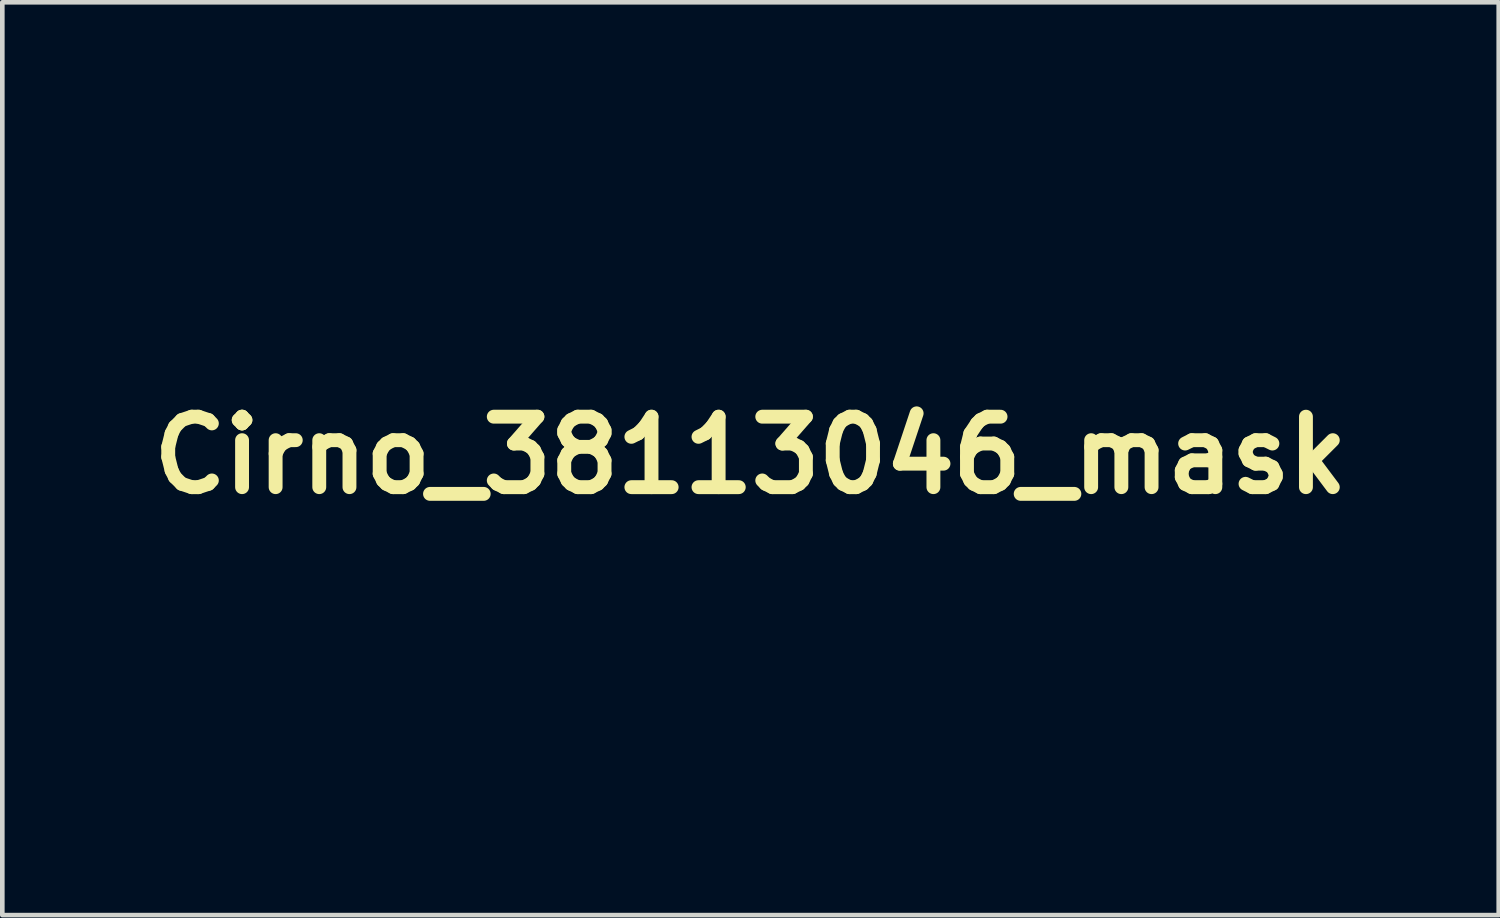
<source format=kicad_pcb>
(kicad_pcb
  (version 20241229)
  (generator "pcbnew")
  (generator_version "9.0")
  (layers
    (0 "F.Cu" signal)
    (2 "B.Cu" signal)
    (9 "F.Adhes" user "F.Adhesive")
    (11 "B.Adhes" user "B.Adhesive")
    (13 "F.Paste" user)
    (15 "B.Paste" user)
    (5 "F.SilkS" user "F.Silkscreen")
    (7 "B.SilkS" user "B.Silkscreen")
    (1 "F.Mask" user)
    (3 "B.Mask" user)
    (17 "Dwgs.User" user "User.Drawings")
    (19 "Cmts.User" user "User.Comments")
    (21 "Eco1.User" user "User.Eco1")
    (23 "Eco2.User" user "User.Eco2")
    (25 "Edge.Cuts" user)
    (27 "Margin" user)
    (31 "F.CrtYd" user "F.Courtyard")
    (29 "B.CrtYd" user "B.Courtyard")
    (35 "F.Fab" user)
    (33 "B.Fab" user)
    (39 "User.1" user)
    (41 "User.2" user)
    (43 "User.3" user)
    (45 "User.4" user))
  (footprint "Cirno_38113046_mask"
    (layer "F.Cu")
    (at 13.179 6.795)
    (property "Reference" "Cirno_38113046_mask" (at 0 0 180) (layer "F.SilkS") (effects (font (size 1.524 1.524) (thickness 0.3))))
    (attr through_hole)
    (fp_poly (pts (xy -1.795 2.261) (xy -1.803 2.269) (xy -1.812 2.261) (xy -1.803 2.252) (xy -1.795 2.261)) (stroke (width 0.01) (type solid)) (fill yes) (layer "F.Mask"))
    (fp_poly (pts (xy -1.977 1.115) (xy -1.964 1.142) (xy -1.978 1.163) (xy -2.009 1.167) (xy -2.046 1.154) (xy -2.058 1.138) (xy -2.041 1.118) (xy -2.007 1.105) (xy -1.977 1.115)) (stroke (width 0.01) (type solid)) (fill yes) (layer "F.Mask"))
    (fp_poly (pts (xy -0.374 1.216) (xy -0.32 1.25) (xy -0.287 1.289) (xy -0.282 1.314) (xy -0.303 1.32) (xy -0.349 1.306) (xy -0.411 1.277) (xy -0.461 1.246) (xy -0.48 1.222) (xy -0.468 1.207) (xy -0.43 1.202) (xy -0.374 1.216)) (stroke (width 0.01) (type solid)) (fill yes) (layer "F.Mask"))
    (fp_poly (pts (xy 1.069 1.84) (xy 1.104 1.871) (xy 1.108 1.875) (xy 1.144 1.934) (xy 1.147 1.995) (xy 1.12 2.05) (xy 1.088 2.09) (xy 1.06 1.969) (xy 1.047 1.909) (xy 1.037 1.862) (xy 1.033 1.839) (xy 1.033 1.838) (xy 1.043 1.828) (xy 1.069 1.84)) (stroke (width 0.01) (type solid)) (fill yes) (layer "F.Mask"))
    (fp_poly (pts (xy -1.363 -2.009) (xy -1.309 -1.983) (xy -1.252 -1.947) (xy -1.191 -1.903) (xy -1.159 -1.874) (xy -1.157 -1.862) (xy -1.186 -1.864) (xy -1.244 -1.882) (xy -1.262 -1.889) (xy -1.311 -1.904) (xy -1.35 -1.913) (xy -1.357 -1.913) (xy -1.387 -1.929) (xy -1.404 -1.968) (xy -1.405 -1.991) (xy -1.395 -2.012) (xy -1.363 -2.009)) (stroke (width 0.01) (type solid)) (fill yes) (layer "F.Mask"))
    (fp_poly (pts (xy -0.048 1.315) (xy -0.028 1.327) (xy -0.02 1.356) (xy -0.02 1.359) (xy -0.022 1.395) (xy -0.04 1.405) (xy -0.079 1.41) (xy -0.088 1.412) (xy -0.122 1.414) (xy -0.146 1.411) (xy -0.172 1.4) (xy -0.175 1.375) (xy -0.171 1.358) (xy -0.158 1.328) (xy -0.134 1.315) (xy -0.092 1.312) (xy -0.048 1.315)) (stroke (width 0.01) (type solid)) (fill yes) (layer "F.Mask"))
    (fp_poly (pts (xy -3.613 -2.959) (xy -3.607 -2.953) (xy -3.619 -2.931) (xy -3.649 -2.896) (xy -3.689 -2.857) (xy -3.73 -2.822) (xy -3.763 -2.799) (xy -3.775 -2.794) (xy -3.802 -2.807) (xy -3.831 -2.839) (xy -3.833 -2.841) (xy -3.858 -2.885) (xy -3.859 -2.911) (xy -3.832 -2.927) (xy -3.8 -2.935) (xy -3.712 -2.952) (xy -3.648 -2.959) (xy -3.613 -2.959)) (stroke (width 0.01) (type solid)) (fill yes) (layer "F.Mask"))
    (fp_poly (pts (xy -0.049 1.567) (xy -0.026 1.619) (xy -0.021 1.639) (xy -0.012 1.688) (xy -0.009 1.723) (xy -0.011 1.731) (xy -0.033 1.741) (xy -0.073 1.744) (xy -0.118 1.741) (xy -0.152 1.734) (xy -0.161 1.728) (xy -0.163 1.7) (xy -0.154 1.656) (xy -0.138 1.608) (xy -0.119 1.57) (xy -0.109 1.557) (xy -0.077 1.546) (xy -0.049 1.567)) (stroke (width 0.01) (type solid)) (fill yes) (layer "F.Mask"))
    (fp_poly (pts (xy 0.883 -1.547) (xy 0.893 -1.541) (xy 0.932 -1.511) (xy 0.947 -1.475) (xy 0.948 -1.452) (xy 0.936 -1.391) (xy 0.905 -1.333) (xy 0.873 -1.3) (xy 0.831 -1.289) (xy 0.779 -1.299) (xy 0.728 -1.334) (xy 0.699 -1.387) (xy 0.694 -1.449) (xy 0.716 -1.511) (xy 0.729 -1.53) (xy 0.772 -1.566) (xy 0.822 -1.571) (xy 0.883 -1.547)) (stroke (width 0.01) (type solid)) (fill yes) (layer "F.Mask"))
    (fp_poly (pts (xy 2.72 1.047) (xy 2.742 1.083) (xy 2.75 1.101) (xy 2.772 1.16) (xy 2.775 1.195) (xy 2.756 1.213) (xy 2.71 1.219) (xy 2.667 1.219) (xy 2.6 1.216) (xy 2.563 1.208) (xy 2.557 1.2) (xy 2.568 1.174) (xy 2.595 1.135) (xy 2.63 1.093) (xy 2.665 1.057) (xy 2.693 1.035) (xy 2.7 1.033) (xy 2.72 1.047)) (stroke (width 0.01) (type solid)) (fill yes) (layer "F.Mask"))
    (fp_poly (pts (xy -1.725 2.299) (xy -1.711 2.31) (xy -1.702 2.345) (xy -1.718 2.384) (xy -1.755 2.418) (xy -1.76 2.421) (xy -1.794 2.435) (xy -1.829 2.435) (xy -1.877 2.422) (xy -1.902 2.414) (xy -1.954 2.393) (xy -1.976 2.376) (xy -1.97 2.355) (xy -1.939 2.327) (xy -1.939 2.327) (xy -1.89 2.301) (xy -1.83 2.287) (xy -1.771 2.286) (xy -1.725 2.299)) (stroke (width 0.01) (type solid)) (fill yes) (layer "F.Mask"))
    (fp_poly (pts (xy 0.241 1.183) (xy 0.246 1.201) (xy 0.223 1.221) (xy 0.176 1.24) (xy 0.152 1.247) (xy 0.101 1.259) (xy 0.064 1.267) (xy 0.053 1.269) (xy 0.06 1.261) (xy 0.086 1.239) (xy 0.089 1.236) (xy 0.125 1.212) (xy 0.15 1.202) (xy 0.151 1.202) (xy 0.169 1.189) (xy 0.169 1.184) (xy 0.183 1.172) (xy 0.207 1.171) (xy 0.241 1.183)) (stroke (width 0.01) (type solid)) (fill yes) (layer "F.Mask"))
    (fp_poly (pts (xy -1.522 -1.576) (xy -1.478 -1.559) (xy -1.459 -1.537) (xy -1.456 -1.514) (xy -1.465 -1.461) (xy -1.487 -1.402) (xy -1.518 -1.345) (xy -1.553 -1.299) (xy -1.585 -1.274) (xy -1.599 -1.271) (xy -1.627 -1.278) (xy -1.659 -1.289) (xy -1.722 -1.323) (xy -1.754 -1.365) (xy -1.755 -1.42) (xy -1.733 -1.481) (xy -1.687 -1.542) (xy -1.624 -1.577) (xy -1.55 -1.582) (xy -1.522 -1.576)) (stroke (width 0.01) (type solid)) (fill yes) (layer "F.Mask"))
    (fp_poly (pts (xy -0.064 0.864) (xy 0.211 0.867) (xy 0.133 0.937) (xy 0.053 1.008) (xy -0.008 1.056) (xy -0.053 1.086) (xy -0.086 1.099) (xy -0.098 1.101) (xy -0.117 1.09) (xy -0.154 1.061) (xy -0.202 1.019) (xy -0.226 0.997) (xy -0.276 0.95) (xy -0.315 0.91) (xy -0.336 0.884) (xy -0.339 0.878) (xy -0.322 0.872) (xy -0.277 0.868) (xy -0.206 0.865) (xy -0.116 0.864) (xy -0.064 0.864)) (stroke (width 0.01) (type solid)) (fill yes) (layer "F.Mask"))
    (fp_poly (pts (xy 1.59 2.325) (xy 1.655 2.339) (xy 1.739 2.361) (xy 1.79 2.38) (xy 1.811 2.398) (xy 1.812 2.401) (xy 1.797 2.418) (xy 1.761 2.442) (xy 1.712 2.466) (xy 1.661 2.487) (xy 1.621 2.497) (xy 1.577 2.5) (xy 1.547 2.494) (xy 1.546 2.493) (xy 1.521 2.462) (xy 1.503 2.414) (xy 1.497 2.367) (xy 1.499 2.351) (xy 1.513 2.33) (xy 1.541 2.321) (xy 1.59 2.325)) (stroke (width 0.01) (type solid)) (fill yes) (layer "F.Mask"))
    (fp_poly (pts (xy 1.734 0.786) (xy 1.709 0.825) (xy 1.69 0.85) (xy 1.655 0.896) (xy 1.609 0.96) (xy 1.559 1.032) (xy 1.526 1.081) (xy 1.479 1.151) (xy 1.447 1.193) (xy 1.429 1.21) (xy 1.423 1.202) (xy 1.423 1.2) (xy 1.434 1.141) (xy 1.465 1.068) (xy 1.511 0.988) (xy 1.565 0.91) (xy 1.624 0.842) (xy 1.667 0.804) (xy 1.712 0.774) (xy 1.735 0.768) (xy 1.734 0.786)) (stroke (width 0.01) (type solid)) (fill yes) (layer "F.Mask"))
    (fp_poly (pts (xy 4.555 0.359) (xy 4.564 0.37) (xy 4.56 0.38) (xy 4.54 0.406) (xy 4.505 0.446) (xy 4.462 0.492) (xy 4.416 0.538) (xy 4.375 0.577) (xy 4.345 0.603) (xy 4.333 0.61) (xy 4.325 0.594) (xy 4.319 0.555) (xy 4.318 0.521) (xy 4.321 0.466) (xy 4.327 0.424) (xy 4.332 0.41) (xy 4.361 0.389) (xy 4.412 0.371) (xy 4.474 0.358) (xy 4.518 0.356) (xy 4.555 0.359)) (stroke (width 0.01) (type solid)) (fill yes) (layer "F.Mask"))
    (fp_poly (pts (xy 4.03 -3.602) (xy 4.03 -3.591) (xy 4.023 -3.55) (xy 3.999 -3.494) (xy 3.958 -3.421) (xy 3.906 -3.34) (xy 3.862 -3.28) (xy 3.827 -3.244) (xy 3.803 -3.234) (xy 3.793 -3.251) (xy 3.793 -3.256) (xy 3.803 -3.283) (xy 3.826 -3.322) (xy 3.837 -3.337) (xy 3.869 -3.385) (xy 3.906 -3.448) (xy 3.929 -3.489) (xy 3.958 -3.543) (xy 3.987 -3.586) (xy 4.003 -3.606) (xy 4.024 -3.618) (xy 4.03 -3.602)) (stroke (width 0.01) (type solid)) (fill yes) (layer "F.Mask"))
    (fp_poly (pts (xy -4.591 0.391) (xy -4.543 0.398) (xy -4.518 0.405) (xy -4.47 0.421) (xy -4.431 0.431) (xy -4.398 0.443) (xy -4.391 0.464) (xy -4.395 0.479) (xy -4.411 0.52) (xy -4.438 0.569) (xy -4.468 0.618) (xy -4.496 0.656) (xy -4.515 0.672) (xy -4.533 0.663) (xy -4.563 0.631) (xy -4.593 0.589) (xy -4.642 0.512) (xy -4.673 0.458) (xy -4.688 0.422) (xy -4.691 0.408) (xy -4.676 0.396) (xy -4.639 0.39) (xy -4.591 0.391)) (stroke (width 0.01) (type solid)) (fill yes) (layer "F.Mask"))
    (fp_poly (pts (xy 1.325 1.367) (xy 1.336 1.378) (xy 1.342 1.397) (xy 1.329 1.424) (xy 1.293 1.465) (xy 1.29 1.468) (xy 1.23 1.524) (xy 1.164 1.576) (xy 1.099 1.62) (xy 1.047 1.647) (xy 1.04 1.649) (xy 1 1.648) (xy 0.984 1.636) (xy 0.98 1.622) (xy 0.99 1.602) (xy 1.018 1.571) (xy 1.066 1.527) (xy 1.118 1.483) (xy 1.19 1.424) (xy 1.243 1.384) (xy 1.28 1.363) (xy 1.306 1.358) (xy 1.325 1.367)) (stroke (width 0.01) (type solid)) (fill yes) (layer "F.Mask"))
    (fp_poly (pts (xy 4.92 -0.707) (xy 4.967 -0.703) (xy 5.031 -0.698) (xy 5.081 -0.692) (xy 5.109 -0.687) (xy 5.111 -0.686) (xy 5.107 -0.669) (xy 5.09 -0.632) (xy 5.073 -0.602) (xy 5.033 -0.548) (xy 4.992 -0.526) (xy 4.947 -0.535) (xy 4.911 -0.559) (xy 4.875 -0.582) (xy 4.849 -0.592) (xy 4.849 -0.592) (xy 4.816 -0.607) (xy 4.802 -0.64) (xy 4.809 -0.678) (xy 4.821 -0.696) (xy 4.839 -0.706) (xy 4.869 -0.709) (xy 4.92 -0.707)) (stroke (width 0.01) (type solid)) (fill yes) (layer "F.Mask"))
    (fp_poly (pts (xy -3.699 3.91) (xy -3.695 3.952) (xy -3.692 4.013) (xy -3.691 4.044) (xy -3.691 4.193) (xy -3.775 4.31) (xy -3.838 4.398) (xy -3.885 4.458) (xy -3.917 4.495) (xy -3.936 4.51) (xy -3.944 4.506) (xy -3.945 4.499) (xy -3.939 4.469) (xy -3.923 4.417) (xy -3.899 4.347) (xy -3.87 4.267) (xy -3.837 4.183) (xy -3.803 4.099) (xy -3.771 4.022) (xy -3.743 3.959) (xy -3.721 3.914) (xy -3.707 3.895) (xy -3.706 3.895) (xy -3.699 3.91)) (stroke (width 0.01) (type solid)) (fill yes) (layer "F.Mask"))
    (fp_poly (pts (xy -1.748 3.501) (xy -1.771 3.537) (xy -1.811 3.583) (xy -1.863 3.634) (xy -1.921 3.684) (xy -1.939 3.699) (xy -2.076 3.794) (xy -2.202 3.862) (xy -2.269 3.889) (xy -2.328 3.91) (xy -2.286 3.877) (xy -2.253 3.852) (xy -2.202 3.814) (xy -2.141 3.769) (xy -2.117 3.752) (xy -2.04 3.696) (xy -1.956 3.632) (xy -1.88 3.573) (xy -1.872 3.567) (xy -1.819 3.526) (xy -1.776 3.496) (xy -1.751 3.481) (xy -1.747 3.48) (xy -1.748 3.501)) (stroke (width 0.01) (type solid)) (fill yes) (layer "F.Mask"))
    (fp_poly (pts (xy -2.642 0.877) (xy -2.604 0.911) (xy -2.561 0.959) (xy -2.518 1.013) (xy -2.482 1.066) (xy -2.46 1.109) (xy -2.455 1.128) (xy -2.457 1.138) (xy -2.466 1.145) (xy -2.486 1.148) (xy -2.524 1.148) (xy -2.586 1.145) (xy -2.675 1.139) (xy -2.68 1.139) (xy -2.732 1.135) (xy -2.767 1.129) (xy -2.777 1.126) (xy -2.772 1.106) (xy -2.759 1.064) (xy -2.742 1.011) (xy -2.724 0.958) (xy -2.708 0.915) (xy -2.706 0.91) (xy -2.687 0.877) (xy -2.668 0.864) (xy -2.642 0.877)) (stroke (width 0.01) (type solid)) (fill yes) (layer "F.Mask"))
    (fp_poly (pts (xy 4.029 -4.226) (xy 4.048 -4.203) (xy 4.075 -4.157) (xy 4.105 -4.098) (xy 4.135 -4.033) (xy 4.161 -3.972) (xy 4.178 -3.924) (xy 4.183 -3.9) (xy 4.176 -3.868) (xy 4.159 -3.821) (xy 4.137 -3.769) (xy 4.113 -3.72) (xy 4.092 -3.686) (xy 4.079 -3.675) (xy 4.069 -3.689) (xy 4.055 -3.727) (xy 4.048 -3.755) (xy 4.037 -3.809) (xy 4.028 -3.877) (xy 4.022 -3.954) (xy 4.017 -4.032) (xy 4.015 -4.105) (xy 4.016 -4.166) (xy 4.02 -4.209) (xy 4.027 -4.226) (xy 4.029 -4.226)) (stroke (width 0.01) (type solid)) (fill yes) (layer "F.Mask"))
    (fp_poly (pts (xy -1.569 1.451) (xy -1.527 1.481) (xy -1.476 1.526) (xy -1.442 1.558) (xy -1.389 1.608) (xy -1.344 1.648) (xy -1.314 1.672) (xy -1.304 1.676) (xy -1.28 1.686) (xy -1.254 1.705) (xy -1.232 1.734) (xy -1.238 1.764) (xy -1.249 1.783) (xy -1.264 1.792) (xy -1.289 1.788) (xy -1.334 1.774) (xy -1.361 1.764) (xy -1.42 1.736) (xy -1.478 1.695) (xy -1.532 1.646) (xy -1.577 1.594) (xy -1.612 1.543) (xy -1.631 1.498) (xy -1.634 1.463) (xy -1.615 1.442) (xy -1.595 1.439) (xy -1.569 1.451)) (stroke (width 0.01) (type solid)) (fill yes) (layer "F.Mask"))
    (fp_poly (pts (xy -0.9 -0.644) (xy -0.902 -0.606) (xy -0.922 -0.553) (xy -0.955 -0.493) (xy -0.992 -0.443) (xy -1.045 -0.393) (xy -1.105 -0.361) (xy -1.181 -0.344) (xy -1.281 -0.339) (xy -1.346 -0.341) (xy -1.39 -0.351) (xy -1.426 -0.373) (xy -1.435 -0.38) (xy -1.468 -0.415) (xy -1.499 -0.462) (xy -1.524 -0.509) (xy -1.537 -0.549) (xy -1.535 -0.571) (xy -1.514 -0.572) (xy -1.471 -0.563) (xy -1.427 -0.55) (xy -1.308 -0.523) (xy -1.194 -0.527) (xy -1.079 -0.562) (xy -0.982 -0.614) (xy -0.939 -0.637) (xy -0.909 -0.647) (xy -0.9 -0.644)) (stroke (width 0.01) (type solid)) (fill yes) (layer "F.Mask"))
    (fp_poly (pts (xy 5.953 -2.249) (xy 5.903 -2.209) (xy 5.839 -2.16) (xy 5.767 -2.108) (xy 5.691 -2.055) (xy 5.619 -2.005) (xy 5.555 -1.963) (xy 5.504 -1.931) (xy 5.473 -1.915) (xy 5.468 -1.913) (xy 5.459 -1.926) (xy 5.46 -1.935) (xy 5.489 -2.029) (xy 5.511 -2.097) (xy 5.531 -2.143) (xy 5.554 -2.174) (xy 5.584 -2.194) (xy 5.626 -2.209) (xy 5.685 -2.225) (xy 5.732 -2.236) (xy 5.782 -2.251) (xy 5.816 -2.264) (xy 5.825 -2.27) (xy 5.845 -2.278) (xy 5.888 -2.288) (xy 5.927 -2.293) (xy 6.02 -2.304) (xy 5.953 -2.249)) (stroke (width 0.01) (type solid)) (fill yes) (layer "F.Mask"))
    (fp_poly (pts (xy 4.201 1.489) (xy 4.236 1.517) (xy 4.288 1.562) (xy 4.352 1.621) (xy 4.424 1.689) (xy 4.502 1.764) (xy 4.581 1.842) (xy 4.657 1.919) (xy 4.728 1.992) (xy 4.789 2.056) (xy 4.836 2.108) (xy 4.867 2.146) (xy 4.877 2.163) (xy 4.862 2.179) (xy 4.821 2.181) (xy 4.758 2.172) (xy 4.679 2.151) (xy 4.664 2.146) (xy 4.594 2.118) (xy 4.549 2.087) (xy 4.527 2.06) (xy 4.421 1.897) (xy 4.335 1.761) (xy 4.268 1.653) (xy 4.221 1.571) (xy 4.193 1.515) (xy 4.184 1.486) (xy 4.185 1.482) (xy 4.201 1.489)) (stroke (width 0.01) (type solid)) (fill yes) (layer "F.Mask"))
    (fp_poly (pts (xy 0.438 0.844) (xy 0.447 0.858) (xy 0.457 0.901) (xy 0.464 0.966) (xy 0.468 1.041) (xy 0.469 1.116) (xy 0.465 1.177) (xy 0.462 1.197) (xy 0.449 1.267) (xy 0.381 1.197) (xy 0.315 1.131) (xy 0.262 1.087) (xy 0.227 1.068) (xy 0.221 1.067) (xy 0.199 1.077) (xy 0.166 1.104) (xy 0.158 1.111) (xy 0.112 1.149) (xy 0.075 1.173) (xy 0.054 1.178) (xy 0.051 1.172) (xy 0.063 1.153) (xy 0.094 1.117) (xy 0.141 1.07) (xy 0.196 1.015) (xy 0.254 0.96) (xy 0.311 0.908) (xy 0.359 0.866) (xy 0.395 0.838) (xy 0.411 0.83) (xy 0.438 0.844)) (stroke (width 0.01) (type solid)) (fill yes) (layer "F.Mask"))
    (fp_poly (pts (xy 0.654 3.291) (xy 0.652 3.308) (xy 0.652 3.31) (xy 0.628 3.371) (xy 0.582 3.449) (xy 0.519 3.537) (xy 0.441 3.632) (xy 0.354 3.727) (xy 0.262 3.819) (xy 0.17 3.902) (xy 0.11 3.949) (xy 0.038 4) (xy -0.023 4.039) (xy -0.069 4.064) (xy -0.096 4.071) (xy -0.102 4.066) (xy -0.09 4.05) (xy -0.058 4.014) (xy -0.009 3.961) (xy 0.053 3.896) (xy 0.125 3.822) (xy 0.148 3.799) (xy 0.234 3.712) (xy 0.322 3.622) (xy 0.405 3.536) (xy 0.477 3.46) (xy 0.53 3.403) (xy 0.587 3.343) (xy 0.624 3.306) (xy 0.645 3.289) (xy 0.654 3.291)) (stroke (width 0.01) (type solid)) (fill yes) (layer "F.Mask"))
    (fp_poly (pts (xy 3.607 3.742) (xy 3.643 3.791) (xy 3.69 3.858) (xy 3.744 3.938) (xy 3.803 4.027) (xy 3.864 4.12) (xy 3.923 4.212) (xy 3.979 4.3) (xy 4.027 4.377) (xy 4.065 4.441) (xy 4.089 4.485) (xy 4.098 4.506) (xy 4.087 4.524) (xy 4.051 4.526) (xy 4.015 4.52) (xy 3.966 4.498) (xy 3.905 4.453) (xy 3.872 4.422) (xy 3.823 4.369) (xy 3.787 4.317) (xy 3.757 4.253) (xy 3.736 4.196) (xy 3.706 4.11) (xy 3.67 4.013) (xy 3.636 3.921) (xy 3.63 3.906) (xy 3.597 3.814) (xy 3.578 3.752) (xy 3.574 3.72) (xy 3.585 3.719) (xy 3.607 3.742)) (stroke (width 0.01) (type solid)) (fill yes) (layer "F.Mask"))
    (fp_poly (pts (xy -4.393 1.393) (xy -4.396 1.413) (xy -4.419 1.459) (xy -4.46 1.527) (xy -4.52 1.616) (xy -4.55 1.659) (xy -4.592 1.72) (xy -4.629 1.773) (xy -4.655 1.809) (xy -4.661 1.818) (xy -4.686 1.853) (xy -4.699 1.869) (xy -4.716 1.891) (xy -4.746 1.934) (xy -4.783 1.988) (xy -4.792 2.002) (xy -4.868 2.116) (xy -5 2.116) (xy -5.061 2.115) (xy -5.108 2.112) (xy -5.13 2.107) (xy -5.131 2.106) (xy -5.119 2.084) (xy -5.082 2.039) (xy -5.021 1.973) (xy -4.937 1.884) (xy -4.859 1.803) (xy -4.739 1.682) (xy -4.634 1.58) (xy -4.547 1.499) (xy -4.477 1.44) (xy -4.428 1.403) (xy -4.399 1.391) (xy -4.393 1.393)) (stroke (width 0.01) (type solid)) (fill yes) (layer "F.Mask"))
    (fp_poly (pts (xy 0.762 -0.66) (xy 0.771 -0.654) (xy 0.835 -0.621) (xy 0.917 -0.591) (xy 1.005 -0.569) (xy 1.081 -0.559) (xy 1.09 -0.559) (xy 1.157 -0.565) (xy 1.234 -0.579) (xy 1.286 -0.594) (xy 1.341 -0.61) (xy 1.383 -0.619) (xy 1.402 -0.619) (xy 1.402 -0.596) (xy 1.386 -0.556) (xy 1.356 -0.505) (xy 1.318 -0.452) (xy 1.294 -0.424) (xy 1.253 -0.383) (xy 1.22 -0.363) (xy 1.18 -0.357) (xy 1.162 -0.357) (xy 1.107 -0.363) (xy 1.038 -0.378) (xy 0.991 -0.391) (xy 0.878 -0.432) (xy 0.795 -0.472) (xy 0.739 -0.513) (xy 0.707 -0.558) (xy 0.695 -0.61) (xy 0.694 -0.622) (xy 0.701 -0.664) (xy 0.723 -0.676) (xy 0.762 -0.66)) (stroke (width 0.01) (type solid)) (fill yes) (layer "F.Mask"))
    (fp_poly (pts (xy -3.24 -1.779) (xy -3.237 -1.759) (xy -3.237 -1.715) (xy -3.239 -1.645) (xy -3.241 -1.6) (xy -3.248 -1.498) (xy -3.258 -1.387) (xy -3.27 -1.282) (xy -3.277 -1.228) (xy -3.291 -1.135) (xy -3.306 -1.025) (xy -3.321 -0.917) (xy -3.327 -0.866) (xy -3.338 -0.789) (xy -3.347 -0.725) (xy -3.355 -0.681) (xy -3.36 -0.665) (xy -3.368 -0.675) (xy -3.382 -0.71) (xy -3.397 -0.756) (xy -3.414 -0.837) (xy -3.424 -0.941) (xy -3.427 -1.058) (xy -3.425 -1.179) (xy -3.415 -1.292) (xy -3.4 -1.387) (xy -3.398 -1.397) (xy -3.373 -1.486) (xy -3.344 -1.576) (xy -3.314 -1.659) (xy -3.285 -1.726) (xy -3.26 -1.769) (xy -3.258 -1.771) (xy -3.247 -1.782) (xy -3.24 -1.779)) (stroke (width 0.01) (type solid)) (fill yes) (layer "F.Mask"))
    (fp_poly (pts (xy -2.351 2.361) (xy -2.301 2.379) (xy -2.237 2.405) (xy -2.169 2.435) (xy -2.104 2.465) (xy -2.052 2.492) (xy -2.02 2.511) (xy -2.016 2.515) (xy -2.001 2.535) (xy -2.012 2.544) (xy -2.016 2.546) (xy -2.057 2.556) (xy -2.12 2.569) (xy -2.192 2.582) (xy -2.261 2.593) (xy -2.303 2.599) (xy -2.364 2.609) (xy -2.437 2.623) (xy -2.481 2.632) (xy -2.586 2.655) (xy -2.663 2.667) (xy -2.71 2.668) (xy -2.726 2.658) (xy -2.726 2.658) (xy -2.713 2.633) (xy -2.672 2.59) (xy -2.607 2.531) (xy -2.551 2.484) (xy -2.503 2.443) (xy -2.458 2.404) (xy -2.445 2.392) (xy -2.409 2.365) (xy -2.38 2.354) (xy -2.379 2.354) (xy -2.351 2.361)) (stroke (width 0.01) (type solid)) (fill yes) (layer "F.Mask"))
    (fp_poly (pts (xy 1.228 5.53) (xy 1.232 5.531) (xy 1.283 5.536) (xy 1.357 5.541) (xy 1.442 5.544) (xy 1.498 5.544) (xy 1.684 5.546) (xy 1.731 5.69) (xy 1.764 5.802) (xy 1.789 5.914) (xy 1.804 6.018) (xy 1.809 6.106) (xy 1.804 6.155) (xy 1.792 6.193) (xy 1.767 6.235) (xy 1.723 6.287) (xy 1.662 6.35) (xy 1.555 6.452) (xy 1.462 6.526) (xy 1.384 6.571) (xy 1.319 6.589) (xy 1.265 6.579) (xy 1.221 6.544) (xy 1.22 6.542) (xy 1.195 6.485) (xy 1.185 6.397) (xy 1.192 6.28) (xy 1.213 6.148) (xy 1.231 5.981) (xy 1.224 5.824) (xy 1.19 5.682) (xy 1.186 5.673) (xy 1.161 5.602) (xy 1.151 5.557) (xy 1.158 5.533) (xy 1.183 5.526) (xy 1.228 5.53)) (stroke (width 0.01) (type solid)) (fill yes) (layer "F.Mask"))
    (fp_poly (pts (xy -0.944 0.828) (xy -0.925 0.865) (xy -0.912 0.913) (xy -0.908 0.961) (xy -0.909 0.972) (xy -0.918 1.014) (xy -0.938 1.076) (xy -0.965 1.153) (xy -0.998 1.238) (xy -1.033 1.326) (xy -1.068 1.411) (xy -1.102 1.487) (xy -1.132 1.549) (xy -1.154 1.591) (xy -1.168 1.607) (xy -1.168 1.607) (xy -1.198 1.6) (xy -1.244 1.582) (xy -1.266 1.572) (xy -1.359 1.51) (xy -1.441 1.423) (xy -1.506 1.319) (xy -1.547 1.208) (xy -1.551 1.191) (xy -1.553 1.154) (xy -1.539 1.122) (xy -1.505 1.087) (xy -1.455 1.049) (xy -1.383 1.005) (xy -1.297 0.96) (xy -1.207 0.919) (xy -1.185 0.91) (xy -1.145 0.893) (xy -1.091 0.867) (xy -1.063 0.853) (xy -1.014 0.83) (xy -0.977 0.816) (xy -0.965 0.813) (xy -0.944 0.828)) (stroke (width 0.01) (type solid)) (fill yes) (layer "F.Mask"))
    (fp_poly (pts (xy 1.783 0.963) (xy 1.788 0.979) (xy 1.785 0.984) (xy 1.789 0.998) (xy 1.795 0.999) (xy 1.822 1.01) (xy 1.837 1.022) (xy 1.858 1.05) (xy 1.885 1.092) (xy 1.91 1.138) (xy 1.927 1.175) (xy 1.93 1.189) (xy 1.915 1.194) (xy 1.871 1.198) (xy 1.807 1.201) (xy 1.729 1.202) (xy 1.727 1.202) (xy 1.641 1.202) (xy 1.583 1.2) (xy 1.549 1.196) (xy 1.531 1.189) (xy 1.524 1.178) (xy 1.524 1.171) (xy 1.538 1.124) (xy 1.573 1.07) (xy 1.623 1.019) (xy 1.671 0.986) (xy 1.707 0.971) (xy 1.733 0.971) (xy 1.735 0.981) (xy 1.744 0.982) (xy 1.758 0.976) (xy 1.755 0.971) (xy 1.735 0.969) (xy 1.733 0.971) (xy 1.707 0.971) (xy 1.717 0.967) (xy 1.757 0.959) (xy 1.783 0.963)) (stroke (width 0.01) (type solid)) (fill yes) (layer "F.Mask"))
    (fp_poly (pts (xy -5.793 -2.233) (xy -5.731 -2.227) (xy -5.658 -2.22) (xy -5.63 -2.217) (xy -5.554 -2.208) (xy -5.482 -2.199) (xy -5.428 -2.193) (xy -5.416 -2.192) (xy -5.358 -2.183) (xy -5.316 -2.17) (xy -5.286 -2.147) (xy -5.262 -2.106) (xy -5.237 -2.043) (xy -5.217 -1.979) (xy -5.189 -1.896) (xy -5.16 -1.813) (xy -5.133 -1.743) (xy -5.121 -1.713) (xy -5.099 -1.663) (xy -5.084 -1.627) (xy -5.08 -1.615) (xy -5.092 -1.608) (xy -5.125 -1.622) (xy -5.175 -1.655) (xy -5.215 -1.686) (xy -5.273 -1.733) (xy -5.33 -1.778) (xy -5.368 -1.808) (xy -5.448 -1.871) (xy -5.533 -1.938) (xy -5.616 -2.005) (xy -5.694 -2.068) (xy -5.761 -2.124) (xy -5.814 -2.169) (xy -5.848 -2.198) (xy -5.857 -2.207) (xy -5.869 -2.227) (xy -5.857 -2.234) (xy -5.831 -2.235) (xy -5.793 -2.233)) (stroke (width 0.01) (type solid)) (fill yes) (layer "F.Mask"))
    (fp_poly (pts (xy -0.583 0.81) (xy -0.583 0.811) (xy -0.578 0.825) (xy -0.541 0.83) (xy -0.539 0.83) (xy -0.51 0.833) (xy -0.483 0.845) (xy -0.449 0.871) (xy -0.405 0.916) (xy -0.359 0.965) (xy -0.31 1.02) (xy -0.274 1.064) (xy -0.253 1.092) (xy -0.251 1.101) (xy -0.274 1.095) (xy -0.317 1.079) (xy -0.353 1.065) (xy -0.44 1.028) (xy -0.513 1.103) (xy -0.563 1.156) (xy -0.611 1.211) (xy -0.634 1.24) (xy -0.67 1.285) (xy -0.694 1.3) (xy -0.709 1.288) (xy -0.719 1.255) (xy -0.727 1.209) (xy -0.734 1.143) (xy -0.741 1.067) (xy -0.746 0.991) (xy -0.749 0.924) (xy -0.749 0.878) (xy -0.748 0.868) (xy -0.736 0.84) (xy -0.704 0.83) (xy -0.692 0.83) (xy -0.642 0.823) (xy -0.606 0.811) (xy -0.582 0.801) (xy -0.583 0.81)) (stroke (width 0.01) (type solid)) (fill yes) (layer "F.Mask"))
    (fp_poly (pts (xy 0.887 0.806) (xy 0.929 0.828) (xy 0.964 0.851) (xy 0.987 0.863) (xy 0.989 0.864) (xy 1.008 0.872) (xy 1.046 0.894) (xy 1.095 0.925) (xy 1.146 0.958) (xy 1.191 0.988) (xy 1.221 1.01) (xy 1.222 1.011) (xy 1.239 1.047) (xy 1.232 1.099) (xy 1.205 1.163) (xy 1.161 1.234) (xy 1.102 1.307) (xy 1.031 1.377) (xy 0.995 1.407) (xy 0.929 1.452) (xy 0.877 1.47) (xy 0.837 1.46) (xy 0.812 1.435) (xy 0.792 1.403) (xy 0.774 1.364) (xy 0.755 1.312) (xy 0.733 1.242) (xy 0.706 1.146) (xy 0.694 1.101) (xy 0.672 1.024) (xy 0.652 0.957) (xy 0.636 0.91) (xy 0.626 0.888) (xy 0.628 0.869) (xy 0.654 0.845) (xy 0.697 0.822) (xy 0.748 0.804) (xy 0.799 0.793) (xy 0.812 0.793) (xy 0.887 0.806)) (stroke (width 0.01) (type solid)) (fill yes) (layer "F.Mask"))
    (fp_poly (pts (xy -1.886 0.636) (xy -1.896 0.674) (xy -1.92 0.742) (xy -1.957 0.833) (xy -2.026 0.985) (xy -2.096 1.112) (xy -2.166 1.211) (xy -2.232 1.279) (xy -2.236 1.282) (xy -2.253 1.289) (xy -2.271 1.277) (xy -2.294 1.24) (xy -2.303 1.222) (xy -2.363 1.116) (xy -2.43 1.012) (xy -2.499 0.92) (xy -2.561 0.849) (xy -2.568 0.843) (xy -2.614 0.795) (xy -2.653 0.748) (xy -2.67 0.721) (xy -2.686 0.689) (xy -2.684 0.679) (xy -2.667 0.683) (xy -2.61 0.718) (xy -2.542 0.783) (xy -2.463 0.877) (xy -2.374 0.998) (xy -2.336 1.054) (xy -2.298 1.109) (xy -2.274 1.141) (xy -2.257 1.152) (xy -2.242 1.148) (xy -2.232 1.138) (xy -2.191 1.089) (xy -2.138 1.015) (xy -2.078 0.922) (xy -2.013 0.814) (xy -1.995 0.783) (xy -1.946 0.701) (xy -1.912 0.649) (xy -1.892 0.627) (xy -1.886 0.636)) (stroke (width 0.01) (type solid)) (fill yes) (layer "F.Mask"))
    (fp_poly (pts (xy -1.389 0.743) (xy -1.398 0.762) (xy -1.424 0.802) (xy -1.462 0.853) (xy -1.481 0.878) (xy -1.548 0.966) (xy -1.596 1.034) (xy -1.628 1.088) (xy -1.649 1.135) (xy -1.662 1.181) (xy -1.669 1.223) (xy -1.678 1.276) (xy -1.689 1.311) (xy -1.697 1.321) (xy -1.717 1.309) (xy -1.752 1.279) (xy -1.79 1.24) (xy -1.847 1.177) (xy -1.893 1.118) (xy -1.926 1.068) (xy -1.942 1.034) (xy -1.941 1.021) (xy -1.924 1.026) (xy -1.891 1.051) (xy -1.847 1.091) (xy -1.837 1.101) (xy -1.793 1.143) (xy -1.759 1.173) (xy -1.741 1.185) (xy -1.74 1.184) (xy -1.731 1.167) (xy -1.71 1.126) (xy -1.682 1.071) (xy -1.672 1.05) (xy -1.637 0.985) (xy -1.602 0.926) (xy -1.574 0.886) (xy -1.569 0.881) (xy -1.533 0.844) (xy -1.49 0.807) (xy -1.447 0.773) (xy -1.412 0.749) (xy -1.391 0.74) (xy -1.389 0.743)) (stroke (width 0.01) (type solid)) (fill yes) (layer "F.Mask"))
    (fp_poly (pts (xy -1.049 2.872) (xy -1.016 2.899) (xy -1.006 2.908) (xy -0.953 2.955) (xy -0.881 3.015) (xy -0.797 3.081) (xy -0.708 3.148) (xy -0.675 3.173) (xy -0.627 3.208) (xy -0.605 3.227) (xy -0.606 3.233) (xy -0.627 3.231) (xy -0.643 3.228) (xy -0.687 3.215) (xy -0.749 3.192) (xy -0.817 3.163) (xy -0.834 3.155) (xy -0.894 3.128) (xy -0.943 3.11) (xy -0.971 3.102) (xy -0.975 3.103) (xy -0.975 3.122) (xy -0.969 3.166) (xy -0.957 3.229) (xy -0.943 3.303) (xy -0.927 3.38) (xy -0.91 3.454) (xy -0.895 3.516) (xy -0.882 3.56) (xy -0.879 3.568) (xy -0.872 3.599) (xy -0.881 3.605) (xy -0.902 3.588) (xy -0.928 3.552) (xy -0.954 3.5) (xy -0.98 3.429) (xy -1.006 3.345) (xy -1.029 3.254) (xy -1.05 3.16) (xy -1.067 3.071) (xy -1.079 2.991) (xy -1.084 2.925) (xy -1.082 2.881) (xy -1.071 2.862) (xy -1.069 2.862) (xy -1.049 2.872)) (stroke (width 0.01) (type solid)) (fill yes) (layer "F.Mask"))
    (fp_poly (pts (xy 4.391 -2.904) (xy 4.435 -2.892) (xy 4.497 -2.873) (xy 4.573 -2.849) (xy 4.656 -2.822) (xy 4.74 -2.794) (xy 4.817 -2.766) (xy 4.884 -2.742) (xy 4.894 -2.738) (xy 4.96 -2.713) (xy 5.044 -2.68) (xy 5.131 -2.646) (xy 5.165 -2.633) (xy 5.273 -2.588) (xy 5.363 -2.543) (xy 5.431 -2.502) (xy 5.473 -2.466) (xy 5.486 -2.439) (xy 5.482 -2.41) (xy 5.47 -2.358) (xy 5.452 -2.292) (xy 5.432 -2.22) (xy 5.411 -2.149) (xy 5.392 -2.087) (xy 5.377 -2.044) (xy 5.369 -2.027) (xy 5.354 -2.034) (xy 5.325 -2.063) (xy 5.286 -2.11) (xy 5.258 -2.146) (xy 5.182 -2.24) (xy 5.089 -2.342) (xy 4.987 -2.443) (xy 4.886 -2.535) (xy 4.793 -2.61) (xy 4.767 -2.629) (xy 4.716 -2.664) (xy 4.677 -2.693) (xy 4.657 -2.708) (xy 4.657 -2.709) (xy 4.64 -2.722) (xy 4.601 -2.749) (xy 4.546 -2.785) (xy 4.508 -2.81) (xy 4.449 -2.849) (xy 4.404 -2.88) (xy 4.378 -2.901) (xy 4.374 -2.906) (xy 4.391 -2.904)) (stroke (width 0.01) (type solid)) (fill yes) (layer "F.Mask"))
    (fp_poly (pts (xy 1.862 0.744) (xy 1.887 0.77) (xy 1.923 0.813) (xy 1.964 0.867) (xy 2.006 0.928) (xy 2.045 0.988) (xy 2.077 1.042) (xy 2.092 1.07) (xy 2.117 1.131) (xy 2.137 1.188) (xy 2.144 1.215) (xy 2.154 1.255) (xy 2.169 1.267) (xy 2.196 1.252) (xy 2.22 1.232) (xy 2.264 1.193) (xy 2.322 1.14) (xy 2.388 1.08) (xy 2.456 1.018) (xy 2.519 0.959) (xy 2.572 0.91) (xy 2.608 0.874) (xy 2.618 0.864) (xy 2.65 0.835) (xy 2.666 0.832) (xy 2.664 0.851) (xy 2.646 0.888) (xy 2.616 0.935) (xy 2.548 1.026) (xy 2.474 1.116) (xy 2.398 1.203) (xy 2.324 1.282) (xy 2.256 1.349) (xy 2.197 1.4) (xy 2.152 1.431) (xy 2.128 1.439) (xy 2.113 1.423) (xy 2.098 1.375) (xy 2.085 1.313) (xy 2.07 1.245) (xy 2.048 1.175) (xy 2.014 1.095) (xy 1.965 0.995) (xy 1.954 0.973) (xy 1.915 0.895) (xy 1.883 0.827) (xy 1.86 0.775) (xy 1.85 0.745) (xy 1.85 0.741) (xy 1.862 0.744)) (stroke (width 0.01) (type solid)) (fill yes) (layer "F.Mask"))
    (fp_poly (pts (xy 2.185 2.424) (xy 2.263 2.429) (xy 2.336 2.436) (xy 2.396 2.447) (xy 2.396 2.447) (xy 2.468 2.469) (xy 2.552 2.502) (xy 2.637 2.541) (xy 2.714 2.581) (xy 2.772 2.618) (xy 2.79 2.633) (xy 2.83 2.67) (xy 2.757 2.697) (xy 2.693 2.717) (xy 2.622 2.736) (xy 2.599 2.741) (xy 2.529 2.756) (xy 2.456 2.772) (xy 2.435 2.777) (xy 2.37 2.787) (xy 2.293 2.792) (xy 2.215 2.794) (xy 2.144 2.79) (xy 2.089 2.783) (xy 2.062 2.773) (xy 2.037 2.742) (xy 2.023 2.702) (xy 2.021 2.667) (xy 2.031 2.651) (xy 2.048 2.625) (xy 2.049 2.616) (xy 2.041 2.604) (xy 2.012 2.595) (xy 1.959 2.59) (xy 1.901 2.587) (xy 1.825 2.583) (xy 1.778 2.577) (xy 1.756 2.567) (xy 1.753 2.56) (xy 1.767 2.538) (xy 1.802 2.511) (xy 1.848 2.484) (xy 1.894 2.463) (xy 1.93 2.455) (xy 1.962 2.447) (xy 1.973 2.438) (xy 1.995 2.429) (xy 2.043 2.424) (xy 2.109 2.422) (xy 2.185 2.424)) (stroke (width 0.01) (type solid)) (fill yes) (layer "F.Mask"))
    (fp_poly (pts (xy 3.732 0.234) (xy 3.722 0.269) (xy 3.703 0.317) (xy 3.678 0.37) (xy 3.651 0.419) (xy 3.648 0.424) (xy 3.6 0.494) (xy 3.534 0.579) (xy 3.456 0.673) (xy 3.372 0.766) (xy 3.321 0.821) (xy 3.222 0.928) (xy 3.131 1.034) (xy 3.054 1.132) (xy 3.005 1.204) (xy 2.977 1.243) (xy 2.956 1.267) (xy 2.95 1.27) (xy 2.934 1.257) (xy 2.908 1.225) (xy 2.9 1.214) (xy 2.878 1.176) (xy 2.851 1.121) (xy 2.823 1.059) (xy 2.799 0.999) (xy 2.782 0.952) (xy 2.777 0.929) (xy 2.786 0.919) (xy 2.808 0.932) (xy 2.838 0.964) (xy 2.861 0.995) (xy 2.894 1.044) (xy 2.925 1.088) (xy 2.932 1.097) (xy 2.961 1.136) (xy 3.042 1.012) (xy 3.082 0.959) (xy 3.141 0.889) (xy 3.211 0.809) (xy 3.289 0.726) (xy 3.345 0.669) (xy 3.422 0.589) (xy 3.497 0.509) (xy 3.563 0.434) (xy 3.615 0.37) (xy 3.641 0.335) (xy 3.678 0.282) (xy 3.708 0.242) (xy 3.727 0.222) (xy 3.729 0.221) (xy 3.732 0.234)) (stroke (width 0.01) (type solid)) (fill yes) (layer "F.Mask"))
    (fp_poly (pts (xy -0.048 2.464) (xy -0.047 2.464) (xy 0.008 2.468) (xy 0.048 2.473) (xy 0.063 2.477) (xy 0.086 2.481) (xy 0.132 2.485) (xy 0.178 2.487) (xy 0.273 2.491) (xy 0.359 2.498) (xy 0.429 2.506) (xy 0.479 2.515) (xy 0.5 2.524) (xy 0.497 2.546) (xy 0.48 2.59) (xy 0.453 2.649) (xy 0.418 2.717) (xy 0.379 2.785) (xy 0.34 2.848) (xy 0.327 2.868) (xy 0.28 2.929) (xy 0.22 2.997) (xy 0.153 3.065) (xy 0.087 3.126) (xy 0.03 3.172) (xy -0.003 3.193) (xy -0.035 3.207) (xy -0.049 3.206) (xy -0.048 3.204) (xy -0.035 3.183) (xy -0.003 3.144) (xy 0.04 3.093) (xy 0.091 3.034) (xy 0.143 2.976) (xy 0.176 2.94) (xy 0.208 2.902) (xy 0.248 2.848) (xy 0.29 2.787) (xy 0.33 2.725) (xy 0.363 2.67) (xy 0.384 2.63) (xy 0.389 2.613) (xy 0.374 2.6) (xy 0.335 2.585) (xy 0.292 2.575) (xy 0.168 2.55) (xy 0.06 2.526) (xy -0.025 2.504) (xy -0.084 2.485) (xy -0.093 2.481) (xy -0.119 2.469) (xy -0.123 2.463) (xy -0.1 2.462) (xy -0.048 2.464)) (stroke (width 0.01) (type solid)) (fill yes) (layer "F.Mask"))
    (fp_poly (pts (xy 0.276 1.451) (xy 0.325 1.485) (xy 0.389 1.539) (xy 0.422 1.569) (xy 0.498 1.638) (xy 0.558 1.689) (xy 0.612 1.729) (xy 0.667 1.765) (xy 0.718 1.795) (xy 0.818 1.851) (xy 0.775 1.887) (xy 0.734 1.919) (xy 0.684 1.96) (xy 0.665 1.975) (xy 0.627 2.013) (xy 0.578 2.069) (xy 0.527 2.136) (xy 0.5 2.174) (xy 0.459 2.234) (xy 0.424 2.282) (xy 0.402 2.313) (xy 0.395 2.32) (xy 0.386 2.305) (xy 0.364 2.265) (xy 0.334 2.204) (xy 0.296 2.127) (xy 0.262 2.055) (xy 0.202 1.926) (xy 0.154 1.816) (xy 0.119 1.727) (xy 0.097 1.661) (xy 0.09 1.621) (xy 0.093 1.611) (xy 0.11 1.616) (xy 0.141 1.639) (xy 0.157 1.653) (xy 0.212 1.703) (xy 0.245 1.729) (xy 0.259 1.733) (xy 0.258 1.714) (xy 0.243 1.672) (xy 0.238 1.658) (xy 0.216 1.598) (xy 0.206 1.563) (xy 0.21 1.55) (xy 0.228 1.552) (xy 0.247 1.558) (xy 0.286 1.572) (xy 0.298 1.568) (xy 0.285 1.544) (xy 0.272 1.526) (xy 0.246 1.482) (xy 0.237 1.451) (xy 0.246 1.439) (xy 0.276 1.451)) (stroke (width 0.01) (type solid)) (fill yes) (layer "F.Mask"))
    (fp_poly (pts (xy 4.807 -1.986) (xy 4.844 -1.979) (xy 4.997 -1.951) (xy 5.18 -1.924) (xy 5.213 -1.92) (xy 5.265 -1.91) (xy 5.301 -1.896) (xy 5.312 -1.886) (xy 5.311 -1.856) (xy 5.299 -1.8) (xy 5.277 -1.726) (xy 5.248 -1.639) (xy 5.213 -1.546) (xy 5.176 -1.452) (xy 5.138 -1.364) (xy 5.102 -1.288) (xy 5.071 -1.234) (xy 5.041 -1.184) (xy 5.02 -1.145) (xy 5.012 -1.128) (xy 5.002 -1.111) (xy 4.976 -1.076) (xy 4.94 -1.029) (xy 4.899 -0.978) (xy 4.859 -0.929) (xy 4.825 -0.89) (xy 4.804 -0.867) (xy 4.799 -0.864) (xy 4.792 -0.874) (xy 4.802 -0.892) (xy 4.826 -0.927) (xy 4.841 -0.946) (xy 4.886 -1.01) (xy 4.931 -1.09) (xy 4.974 -1.177) (xy 5.01 -1.262) (xy 5.035 -1.337) (xy 5.046 -1.393) (xy 5.046 -1.398) (xy 5.04 -1.432) (xy 5.025 -1.486) (xy 5.005 -1.55) (xy 4.982 -1.613) (xy 4.96 -1.662) (xy 4.958 -1.668) (xy 4.941 -1.696) (xy 4.909 -1.743) (xy 4.868 -1.803) (xy 4.839 -1.843) (xy 4.798 -1.902) (xy 4.766 -1.95) (xy 4.748 -1.982) (xy 4.745 -1.991) (xy 4.765 -1.992) (xy 4.807 -1.986)) (stroke (width 0.01) (type solid)) (fill yes) (layer "F.Mask"))
    (fp_poly (pts (xy -1.799 5.373) (xy -1.789 5.374) (xy -1.73 5.38) (xy -1.652 5.389) (xy -1.57 5.398) (xy -1.555 5.4) (xy -1.461 5.411) (xy -1.397 5.422) (xy -1.358 5.433) (xy -1.34 5.446) (xy -1.338 5.456) (xy -1.344 5.478) (xy -1.362 5.523) (xy -1.388 5.584) (xy -1.404 5.62) (xy -1.448 5.723) (xy -1.478 5.806) (xy -1.497 5.881) (xy -1.507 5.958) (xy -1.511 6.048) (xy -1.511 6.05) (xy -1.51 6.136) (xy -1.501 6.207) (xy -1.48 6.28) (xy -1.468 6.315) (xy -1.441 6.392) (xy -1.427 6.445) (xy -1.426 6.481) (xy -1.438 6.504) (xy -1.461 6.524) (xy -1.511 6.545) (xy -1.576 6.559) (xy -1.638 6.561) (xy -1.668 6.556) (xy -1.728 6.53) (xy -1.8 6.49) (xy -1.875 6.442) (xy -1.947 6.39) (xy -2.006 6.342) (xy -2.045 6.301) (xy -2.05 6.293) (xy -2.079 6.215) (xy -2.085 6.115) (xy -2.069 5.997) (xy -2.03 5.864) (xy -2.017 5.827) (xy -1.985 5.742) (xy -1.955 5.653) (xy -1.931 5.575) (xy -1.923 5.542) (xy -1.904 5.464) (xy -1.89 5.412) (xy -1.876 5.383) (xy -1.86 5.37) (xy -1.835 5.368) (xy -1.799 5.373)) (stroke (width 0.01) (type solid)) (fill yes) (layer "F.Mask"))
    (fp_poly (pts (xy -0.411 1.498) (xy -0.395 1.508) (xy -0.403 1.525) (xy -0.418 1.54) (xy -0.449 1.575) (xy -0.483 1.623) (xy -0.492 1.637) (xy -0.523 1.681) (xy -0.551 1.715) (xy -0.558 1.722) (xy -0.574 1.743) (xy -0.572 1.754) (xy -0.549 1.753) (xy -0.502 1.728) (xy -0.433 1.677) (xy -0.389 1.643) (xy -0.326 1.594) (xy -0.283 1.57) (xy -0.26 1.57) (xy -0.255 1.588) (xy -0.262 1.613) (xy -0.283 1.661) (xy -0.313 1.728) (xy -0.352 1.808) (xy -0.395 1.897) (xy -0.441 1.989) (xy -0.487 2.078) (xy -0.53 2.161) (xy -0.567 2.23) (xy -0.597 2.283) (xy -0.616 2.312) (xy -0.62 2.316) (xy -0.641 2.307) (xy -0.667 2.276) (xy -0.676 2.263) (xy -0.709 2.218) (xy -0.756 2.167) (xy -0.788 2.137) (xy -0.846 2.078) (xy -0.9 2.011) (xy -0.944 1.943) (xy -0.973 1.884) (xy -0.982 1.845) (xy -0.971 1.802) (xy -0.953 1.776) (xy -0.906 1.744) (xy -0.861 1.72) (xy -0.829 1.71) (xy -0.808 1.701) (xy -0.766 1.678) (xy -0.712 1.644) (xy -0.689 1.629) (xy -0.583 1.562) (xy -0.501 1.518) (xy -0.442 1.497) (xy -0.411 1.498)) (stroke (width 0.01) (type solid)) (fill yes) (layer "F.Mask"))
    (fp_poly (pts (xy 3.285 2.807) (xy 3.31 2.97) (xy 3.327 3.127) (xy 3.336 3.268) (xy 3.335 3.387) (xy 3.333 3.413) (xy 3.319 3.526) (xy 3.296 3.646) (xy 3.268 3.767) (xy 3.235 3.882) (xy 3.199 3.985) (xy 3.163 4.069) (xy 3.128 4.127) (xy 3.121 4.135) (xy 3.09 4.159) (xy 3.065 4.165) (xy 3.053 4.153) (xy 3.056 4.136) (xy 3.119 3.972) (xy 3.168 3.829) (xy 3.2 3.709) (xy 3.215 3.616) (xy 3.217 3.586) (xy 3.215 3.55) (xy 3.204 3.525) (xy 3.178 3.502) (xy 3.129 3.472) (xy 3.12 3.467) (xy 3.062 3.434) (xy 3.008 3.404) (xy 2.978 3.387) (xy 2.928 3.353) (xy 2.86 3.3) (xy 2.779 3.232) (xy 2.729 3.187) (xy 2.675 3.142) (xy 2.614 3.094) (xy 2.595 3.08) (xy 2.554 3.049) (xy 2.528 3.024) (xy 2.523 3.015) (xy 2.537 2.991) (xy 2.576 2.956) (xy 2.634 2.915) (xy 2.704 2.871) (xy 2.779 2.827) (xy 2.855 2.788) (xy 2.925 2.758) (xy 2.963 2.745) (xy 3.022 2.727) (xy 3.076 2.711) (xy 3.089 2.707) (xy 3.14 2.697) (xy 3.199 2.692) (xy 3.201 2.692) (xy 3.265 2.692) (xy 3.285 2.807)) (stroke (width 0.01) (type solid)) (fill yes) (layer "F.Mask"))
    (fp_poly (pts (xy 1.407 1.578) (xy 1.421 1.586) (xy 1.467 1.623) (xy 1.521 1.684) (xy 1.578 1.759) (xy 1.63 1.842) (xy 1.631 1.844) (xy 1.678 1.928) (xy 1.642 1.999) (xy 1.606 2.059) (xy 1.562 2.117) (xy 1.552 2.128) (xy 1.504 2.19) (xy 1.46 2.261) (xy 1.426 2.333) (xy 1.408 2.393) (xy 1.406 2.413) (xy 1.417 2.47) (xy 1.452 2.536) (xy 1.514 2.615) (xy 1.522 2.625) (xy 1.557 2.665) (xy 1.571 2.691) (xy 1.567 2.709) (xy 1.545 2.731) (xy 1.545 2.731) (xy 1.5 2.753) (xy 1.441 2.749) (xy 1.373 2.725) (xy 1.329 2.697) (xy 1.277 2.653) (xy 1.233 2.608) (xy 1.155 2.519) (xy 1.143 2.589) (xy 1.129 2.645) (xy 1.109 2.669) (xy 1.082 2.662) (xy 1.069 2.651) (xy 1.053 2.617) (xy 1.044 2.559) (xy 1.042 2.487) (xy 1.047 2.411) (xy 1.059 2.34) (xy 1.074 2.294) (xy 1.136 2.178) (xy 1.22 2.068) (xy 1.254 2.032) (xy 1.297 1.986) (xy 1.335 1.94) (xy 1.346 1.925) (xy 1.376 1.878) (xy 1.33 1.899) (xy 1.303 1.909) (xy 1.281 1.907) (xy 1.256 1.889) (xy 1.22 1.85) (xy 1.209 1.838) (xy 1.171 1.792) (xy 1.144 1.755) (xy 1.135 1.736) (xy 1.15 1.707) (xy 1.193 1.669) (xy 1.261 1.623) (xy 1.337 1.581) (xy 1.373 1.569) (xy 1.407 1.578)) (stroke (width 0.01) (type solid)) (fill yes) (layer "F.Mask"))
    (fp_poly (pts (xy -3.015 2.558) (xy -2.977 2.61) (xy -2.94 2.645) (xy -2.893 2.673) (xy -2.824 2.701) (xy -2.819 2.703) (xy -2.755 2.726) (xy -2.699 2.745) (xy -2.661 2.756) (xy -2.66 2.756) (xy -2.613 2.771) (xy -2.575 2.788) (xy -2.532 2.811) (xy -2.591 2.813) (xy -2.633 2.813) (xy -2.698 2.814) (xy -2.777 2.814) (xy -2.832 2.813) (xy -2.907 2.814) (xy -2.968 2.817) (xy -3.009 2.822) (xy -3.022 2.826) (xy -3.014 2.843) (xy -2.986 2.878) (xy -2.943 2.927) (xy -2.889 2.985) (xy -2.887 2.987) (xy -2.831 3.044) (xy -2.786 3.092) (xy -2.755 3.126) (xy -2.743 3.141) (xy -2.743 3.141) (xy -2.758 3.157) (xy -2.798 3.185) (xy -2.859 3.222) (xy -2.936 3.266) (xy -3.024 3.314) (xy -3.119 3.364) (xy -3.215 3.413) (xy -3.308 3.458) (xy -3.393 3.497) (xy -3.413 3.505) (xy -3.475 3.53) (xy -3.516 3.538) (xy -3.544 3.524) (xy -3.564 3.486) (xy -3.585 3.418) (xy -3.587 3.408) (xy -3.604 3.331) (xy -3.619 3.236) (xy -3.631 3.139) (xy -3.634 3.096) (xy -3.645 2.916) (xy -3.592 2.863) (xy -3.556 2.832) (xy -3.529 2.813) (xy -3.523 2.811) (xy -3.499 2.8) (xy -3.485 2.789) (xy -3.441 2.752) (xy -3.374 2.706) (xy -3.293 2.655) (xy -3.206 2.604) (xy -3.121 2.558) (xy -3.108 2.552) (xy -3.041 2.519) (xy -3.015 2.558)) (stroke (width 0.01) (type solid)) (fill yes) (layer "F.Mask"))
    (fp_poly (pts (xy -1.612 1.713) (xy -1.59 1.722) (xy -1.589 1.725) (xy -1.571 1.744) (xy -1.534 1.776) (xy -1.486 1.812) (xy -1.436 1.847) (xy -1.393 1.873) (xy -1.373 1.882) (xy -1.331 1.898) (xy -1.377 1.94) (xy -1.407 1.97) (xy -1.422 1.99) (xy -1.422 1.991) (xy -1.416 2.009) (xy -1.399 2.052) (xy -1.373 2.113) (xy -1.344 2.18) (xy -1.294 2.306) (xy -1.26 2.421) (xy -1.243 2.519) (xy -1.243 2.596) (xy -1.251 2.629) (xy -1.277 2.666) (xy -1.312 2.673) (xy -1.346 2.648) (xy -1.348 2.646) (xy -1.363 2.629) (xy -1.382 2.627) (xy -1.413 2.64) (xy -1.443 2.656) (xy -1.517 2.697) (xy -1.57 2.724) (xy -1.608 2.74) (xy -1.638 2.749) (xy -1.665 2.753) (xy -1.717 2.751) (xy -1.776 2.74) (xy -1.786 2.737) (xy -1.833 2.714) (xy -1.848 2.688) (xy -1.832 2.662) (xy -1.819 2.653) (xy -1.775 2.62) (xy -1.724 2.57) (xy -1.676 2.514) (xy -1.641 2.463) (xy -1.633 2.447) (xy -1.613 2.385) (xy -1.612 2.328) (xy -1.63 2.269) (xy -1.671 2.197) (xy -1.686 2.173) (xy -1.744 2.085) (xy -1.784 2.019) (xy -1.808 1.969) (xy -1.819 1.928) (xy -1.819 1.893) (xy -1.813 1.869) (xy -1.789 1.809) (xy -1.757 1.765) (xy -1.722 1.745) (xy -1.716 1.744) (xy -1.695 1.734) (xy -1.693 1.727) (xy -1.679 1.716) (xy -1.647 1.711) (xy -1.612 1.713)) (stroke (width 0.01) (type solid)) (fill yes) (layer "F.Mask"))
    (fp_poly (pts (xy -2.432 -1.255) (xy -2.419 -1.207) (xy -2.404 -1.139) (xy -2.387 -1.056) (xy -2.382 -1.029) (xy -2.36 -0.929) (xy -2.334 -0.825) (xy -2.307 -0.731) (xy -2.282 -0.658) (xy -2.281 -0.657) (xy -2.224 -0.534) (xy -2.146 -0.401) (xy -2.056 -0.269) (xy -1.96 -0.149) (xy -1.941 -0.127) (xy -1.893 -0.07) (xy -1.87 -0.033) (xy -1.874 -0.013) (xy -1.905 -0.007) (xy -1.964 -0.011) (xy -1.964 -0.011) (xy -2.062 -0.03) (xy -2.148 -0.065) (xy -2.212 -0.104) (xy -2.282 -0.151) (xy -2.292 -0.06) (xy -2.301 -0.02) (xy -2.319 0.038) (xy -2.342 0.105) (xy -2.369 0.174) (xy -2.396 0.237) (xy -2.419 0.287) (xy -2.437 0.317) (xy -2.443 0.322) (xy -2.446 0.306) (xy -2.448 0.264) (xy -2.448 0.202) (xy -2.448 0.157) (xy -2.452 0.041) (xy -2.467 -0.052) (xy -2.497 -0.134) (xy -2.546 -0.213) (xy -2.618 -0.301) (xy -2.63 -0.313) (xy -2.686 -0.388) (xy -2.741 -0.48) (xy -2.785 -0.577) (xy -2.794 -0.601) (xy -2.812 -0.659) (xy -2.824 -0.711) (xy -2.827 -0.763) (xy -2.823 -0.823) (xy -2.811 -0.895) (xy -2.789 -0.987) (xy -2.759 -1.105) (xy -2.745 -1.145) (xy -2.732 -1.167) (xy -2.729 -1.168) (xy -2.718 -1.154) (xy -2.7 -1.115) (xy -2.684 -1.071) (xy -2.657 -0.997) (xy -2.625 -0.921) (xy -2.592 -0.851) (xy -2.563 -0.798) (xy -2.551 -0.781) (xy -2.541 -0.777) (xy -2.532 -0.796) (xy -2.524 -0.841) (xy -2.514 -0.916) (xy -2.513 -0.925) (xy -2.5 -1.031) (xy -2.486 -1.124) (xy -2.471 -1.198) (xy -2.458 -1.25) (xy -2.446 -1.276) (xy -2.439 -1.276) (xy -2.432 -1.255)) (stroke (width 0.01) (type solid)) (fill yes) (layer "F.Mask"))
    (fp_poly (pts (xy 3.179 -0.559) (xy 3.206 -0.511) (xy 3.237 -0.433) (xy 3.269 -0.328) (xy 3.27 -0.322) (xy 3.289 -0.234) (xy 3.303 -0.128) (xy 3.312 0.004) (xy 3.314 0.054) (xy 3.317 0.191) (xy 3.316 0.298) (xy 3.31 0.379) (xy 3.299 0.437) (xy 3.282 0.477) (xy 3.278 0.484) (xy 3.265 0.497) (xy 3.253 0.494) (xy 3.236 0.472) (xy 3.211 0.426) (xy 3.194 0.393) (xy 3.164 0.336) (xy 3.14 0.294) (xy 3.126 0.272) (xy 3.124 0.271) (xy 3.111 0.284) (xy 3.086 0.318) (xy 3.058 0.36) (xy 3.003 0.441) (xy 2.959 0.496) (xy 2.927 0.522) (xy 2.918 0.525) (xy 2.906 0.51) (xy 2.891 0.472) (xy 2.884 0.445) (xy 2.872 0.393) (xy 2.854 0.321) (xy 2.834 0.238) (xy 2.821 0.189) (xy 2.802 0.113) (xy 2.789 0.046) (xy 2.781 -0.003) (xy 2.781 -0.023) (xy 2.786 -0.043) (xy 2.796 -0.041) (xy 2.817 -0.012) (xy 2.822 -0.004) (xy 2.843 0.037) (xy 2.869 0.1) (xy 2.895 0.173) (xy 2.905 0.203) (xy 2.927 0.269) (xy 2.947 0.321) (xy 2.962 0.351) (xy 2.967 0.356) (xy 2.983 0.342) (xy 3.009 0.307) (xy 3.042 0.258) (xy 3.044 0.255) (xy 3.077 0.205) (xy 3.104 0.168) (xy 3.119 0.153) (xy 3.119 0.153) (xy 3.134 0.165) (xy 3.162 0.198) (xy 3.187 0.231) (xy 3.243 0.309) (xy 3.248 0.176) (xy 3.247 0.05) (xy 3.233 -0.088) (xy 3.204 -0.243) (xy 3.174 -0.376) (xy 3.153 -0.459) (xy 3.14 -0.516) (xy 3.135 -0.55) (xy 3.137 -0.568) (xy 3.145 -0.575) (xy 3.155 -0.576) (xy 3.179 -0.559)) (stroke (width 0.01) (type solid)) (fill yes) (layer "F.Mask"))
    (fp_poly (pts (xy -3.899 -0.206) (xy -3.875 -0.152) (xy -3.85 -0.076) (xy -3.823 0.018) (xy -3.818 0.035) (xy -3.761 0.22) (xy -3.692 0.376) (xy -3.609 0.506) (xy -3.509 0.615) (xy -3.392 0.704) (xy -3.274 0.793) (xy -3.172 0.899) (xy -3.094 1.014) (xy -3.078 1.046) (xy -3.051 1.097) (xy -3.028 1.132) (xy -3.014 1.143) (xy -3.013 1.143) (xy -3.002 1.123) (xy -2.985 1.079) (xy -2.964 1.019) (xy -2.953 0.986) (xy -2.931 0.907) (xy -2.917 0.836) (xy -2.91 0.762) (xy -2.907 0.669) (xy -2.907 0.652) (xy -2.914 0.508) (xy -2.935 0.364) (xy -2.966 0.231) (xy -3.006 0.119) (xy -3.017 0.096) (xy -3.036 0.05) (xy -3.04 0.024) (xy -3.029 0.02) (xy -3.005 0.043) (xy -3.005 0.044) (xy -2.952 0.126) (xy -2.902 0.234) (xy -2.856 0.358) (xy -2.819 0.491) (xy -2.792 0.623) (xy -2.786 0.67) (xy -2.784 0.79) (xy -2.802 0.925) (xy -2.838 1.063) (xy -2.889 1.195) (xy -2.947 1.303) (xy -2.989 1.36) (xy -3.024 1.395) (xy -3.05 1.406) (xy -3.064 1.391) (xy -3.065 1.379) (xy -3.073 1.34) (xy -3.095 1.281) (xy -3.127 1.211) (xy -3.163 1.14) (xy -3.2 1.077) (xy -3.23 1.034) (xy -3.322 0.929) (xy -3.425 0.828) (xy -3.529 0.739) (xy -3.591 0.694) (xy -3.682 0.619) (xy -3.754 0.528) (xy -3.813 0.413) (xy -3.816 0.405) (xy -3.838 0.354) (xy -3.856 0.314) (xy -3.861 0.304) (xy -3.875 0.263) (xy -3.89 0.199) (xy -3.904 0.121) (xy -3.917 0.035) (xy -3.927 -0.05) (xy -3.933 -0.128) (xy -3.936 -0.189) (xy -3.932 -0.228) (xy -3.93 -0.233) (xy -3.917 -0.235) (xy -3.899 -0.206)) (stroke (width 0.01) (type solid)) (fill yes) (layer "F.Mask"))
    (fp_poly (pts (xy 1.79 -2.931) (xy 1.812 -2.887) (xy 1.842 -2.819) (xy 1.878 -2.73) (xy 1.911 -2.642) (xy 1.931 -2.591) (xy 1.96 -2.519) (xy 1.995 -2.432) (xy 2.032 -2.342) (xy 2.041 -2.32) (xy 2.106 -2.163) (xy 2.156 -2.028) (xy 2.194 -1.909) (xy 2.222 -1.798) (xy 2.242 -1.688) (xy 2.257 -1.572) (xy 2.261 -1.528) (xy 2.266 -1.454) (xy 2.266 -1.41) (xy 2.261 -1.392) (xy 2.248 -1.397) (xy 2.236 -1.41) (xy 2.218 -1.433) (xy 2.185 -1.474) (xy 2.145 -1.525) (xy 2.139 -1.532) (xy 2.07 -1.615) (xy 2.006 -1.675) (xy 1.938 -1.719) (xy 1.858 -1.752) (xy 1.755 -1.78) (xy 1.727 -1.787) (xy 1.637 -1.81) (xy 1.566 -1.835) (xy 1.517 -1.859) (xy 1.496 -1.881) (xy 1.496 -1.888) (xy 1.514 -1.899) (xy 1.556 -1.911) (xy 1.593 -1.917) (xy 1.654 -1.926) (xy 1.707 -1.938) (xy 1.727 -1.944) (xy 1.747 -1.954) (xy 1.744 -1.96) (xy 1.714 -1.967) (xy 1.67 -1.973) (xy 1.596 -1.978) (xy 1.511 -1.978) (xy 1.463 -1.974) (xy 1.404 -1.969) (xy 1.371 -1.971) (xy 1.357 -1.979) (xy 1.355 -1.992) (xy 1.367 -2.018) (xy 1.401 -2.061) (xy 1.452 -2.114) (xy 1.513 -2.173) (xy 1.58 -2.232) (xy 1.647 -2.286) (xy 1.71 -2.332) (xy 1.717 -2.336) (xy 1.777 -2.378) (xy 1.806 -2.405) (xy 1.805 -2.418) (xy 1.773 -2.416) (xy 1.711 -2.4) (xy 1.699 -2.396) (xy 1.648 -2.382) (xy 1.611 -2.374) (xy 1.599 -2.375) (xy 1.6 -2.394) (xy 1.611 -2.435) (xy 1.625 -2.474) (xy 1.65 -2.545) (xy 1.675 -2.625) (xy 1.686 -2.667) (xy 1.716 -2.779) (xy 1.739 -2.861) (xy 1.757 -2.914) (xy 1.77 -2.941) (xy 1.777 -2.946) (xy 1.79 -2.931)) (stroke (width 0.01) (type solid)) (fill yes) (layer "F.Mask"))
    (fp_poly (pts (xy -4.125 -3.092) (xy -4.115 -3.07) (xy -4.115 -3.066) (xy -4.128 -3.04) (xy -4.161 -3.006) (xy -4.203 -2.971) (xy -4.246 -2.943) (xy -4.279 -2.93) (xy -4.282 -2.929) (xy -4.306 -2.918) (xy -4.311 -2.893) (xy -4.299 -2.877) (xy -4.269 -2.868) (xy -4.22 -2.863) (xy -4.198 -2.862) (xy -4.136 -2.857) (xy -4.096 -2.838) (xy -4.072 -2.799) (xy -4.059 -2.733) (xy -4.057 -2.716) (xy -4.053 -2.662) (xy -4.057 -2.619) (xy -4.073 -2.581) (xy -4.105 -2.537) (xy -4.157 -2.481) (xy -4.174 -2.462) (xy -4.321 -2.304) (xy -4.457 -2.145) (xy -4.578 -1.991) (xy -4.682 -1.846) (xy -4.764 -1.714) (xy -4.804 -1.638) (xy -4.835 -1.579) (xy -4.863 -1.534) (xy -4.883 -1.509) (xy -4.888 -1.507) (xy -4.902 -1.522) (xy -4.923 -1.562) (xy -4.948 -1.619) (xy -4.96 -1.652) (xy -4.996 -1.756) (xy -5.034 -1.872) (xy -5.073 -1.996) (xy -5.11 -2.122) (xy -5.145 -2.245) (xy -5.176 -2.359) (xy -5.202 -2.459) (xy -5.221 -2.541) (xy -5.231 -2.598) (xy -5.232 -2.617) (xy -5.216 -2.636) (xy -5.17 -2.664) (xy -5.094 -2.7) (xy -5.08 -2.705) (xy -5.006 -2.735) (xy -4.929 -2.765) (xy -4.858 -2.792) (xy -4.798 -2.813) (xy -4.758 -2.826) (xy -4.746 -2.828) (xy -4.726 -2.839) (xy -4.724 -2.845) (xy -4.711 -2.86) (xy -4.702 -2.862) (xy -4.674 -2.869) (xy -4.63 -2.886) (xy -4.61 -2.896) (xy -4.564 -2.916) (xy -4.53 -2.928) (xy -4.522 -2.929) (xy -4.505 -2.942) (xy -4.504 -2.946) (xy -4.49 -2.96) (xy -4.47 -2.963) (xy -4.443 -2.97) (xy -4.437 -2.98) (xy -4.423 -2.995) (xy -4.406 -2.997) (xy -4.376 -3.004) (xy -4.327 -3.023) (xy -4.275 -3.047) (xy -4.202 -3.081) (xy -4.153 -3.096) (xy -4.125 -3.092)) (stroke (width 0.01) (type solid)) (fill yes) (layer "F.Mask"))
    (fp_poly (pts (xy -2.014 -2.918) (xy -2.003 -2.897) (xy -1.983 -2.852) (xy -1.956 -2.789) (xy -1.931 -2.728) (xy -1.897 -2.643) (xy -1.861 -2.557) (xy -1.829 -2.483) (xy -1.813 -2.448) (xy -1.788 -2.396) (xy -1.772 -2.358) (xy -1.768 -2.342) (xy -1.768 -2.342) (xy -1.785 -2.343) (xy -1.821 -2.352) (xy -1.826 -2.353) (xy -1.862 -2.362) (xy -1.879 -2.364) (xy -1.88 -2.363) (xy -1.867 -2.352) (xy -1.833 -2.327) (xy -1.785 -2.292) (xy -1.778 -2.287) (xy -1.686 -2.209) (xy -1.607 -2.109) (xy -1.599 -2.097) (xy -1.564 -2.042) (xy -1.54 -1.998) (xy -1.53 -1.973) (xy -1.53 -1.969) (xy -1.55 -1.966) (xy -1.596 -1.962) (xy -1.662 -1.959) (xy -1.739 -1.957) (xy -1.875 -1.951) (xy -1.98 -1.938) (xy -2.036 -1.924) (xy -2.094 -1.904) (xy -2.131 -1.887) (xy -2.143 -1.876) (xy -2.127 -1.872) (xy -2.103 -1.874) (xy -2.074 -1.877) (xy -2.076 -1.872) (xy -2.091 -1.865) (xy -2.1 -1.856) (xy -2.08 -1.851) (xy -2.029 -1.849) (xy -2.009 -1.849) (xy -1.95 -1.847) (xy -1.905 -1.844) (xy -1.884 -1.839) (xy -1.884 -1.839) (xy -1.894 -1.828) (xy -1.926 -1.808) (xy -1.971 -1.785) (xy -2.029 -1.751) (xy -2.099 -1.701) (xy -2.169 -1.642) (xy -2.189 -1.624) (xy -2.242 -1.574) (xy -2.286 -1.536) (xy -2.316 -1.512) (xy -2.324 -1.507) (xy -2.331 -1.522) (xy -2.336 -1.562) (xy -2.337 -1.596) (xy -2.334 -1.656) (xy -2.327 -1.741) (xy -2.316 -1.842) (xy -2.303 -1.949) (xy -2.288 -2.055) (xy -2.273 -2.149) (xy -2.268 -2.176) (xy -2.244 -2.295) (xy -2.216 -2.415) (xy -2.185 -2.531) (xy -2.152 -2.639) (xy -2.119 -2.735) (xy -2.088 -2.815) (xy -2.06 -2.876) (xy -2.036 -2.912) (xy -2.017 -2.92) (xy -2.014 -2.918)) (stroke (width 0.01) (type solid)) (fill yes) (layer "F.Mask"))
    (fp_poly (pts (xy -4.525 3.073) (xy -4.414 3.075) (xy -4.297 3.079) (xy -4.18 3.084) (xy -4.068 3.091) (xy -3.966 3.098) (xy -3.881 3.107) (xy -3.818 3.116) (xy -3.783 3.125) (xy -3.78 3.126) (xy -3.748 3.157) (xy -3.745 3.189) (xy -3.773 3.225) (xy -3.832 3.268) (xy -3.848 3.278) (xy -3.937 3.33) (xy -4.006 3.37) (xy -4.066 3.404) (xy -4.127 3.437) (xy -4.199 3.476) (xy -4.199 3.476) (xy -4.269 3.515) (xy -4.338 3.555) (xy -4.391 3.588) (xy -4.397 3.592) (xy -4.44 3.62) (xy -4.47 3.638) (xy -4.479 3.641) (xy -4.498 3.65) (xy -4.535 3.672) (xy -4.564 3.691) (xy -4.607 3.72) (xy -4.639 3.738) (xy -4.648 3.742) (xy -4.667 3.751) (xy -4.704 3.774) (xy -4.73 3.791) (xy -4.776 3.821) (xy -4.841 3.864) (xy -4.92 3.914) (xy -5.004 3.968) (xy -5.087 4.02) (xy -5.16 4.065) (xy -5.217 4.1) (xy -5.243 4.116) (xy -5.279 4.137) (xy -5.335 4.172) (xy -5.402 4.215) (xy -5.463 4.255) (xy -5.597 4.342) (xy -5.706 4.412) (xy -5.791 4.466) (xy -5.856 4.506) (xy -5.902 4.532) (xy -5.934 4.548) (xy -5.952 4.553) (xy -5.96 4.55) (xy -5.961 4.545) (xy -5.953 4.523) (xy -5.935 4.489) (xy -5.917 4.46) (xy -5.911 4.453) (xy -5.896 4.436) (xy -5.863 4.395) (xy -5.813 4.333) (xy -5.749 4.253) (xy -5.673 4.157) (xy -5.646 4.123) (xy -5.616 4.084) (xy -5.571 4.025) (xy -5.517 3.955) (xy -5.46 3.879) (xy -5.452 3.869) (xy -5.4 3.801) (xy -5.355 3.743) (xy -5.321 3.699) (xy -5.303 3.677) (xy -5.301 3.675) (xy -5.286 3.658) (xy -5.257 3.621) (xy -5.219 3.571) (xy -5.207 3.556) (xy -5.167 3.504) (xy -5.135 3.463) (xy -5.117 3.44) (xy -5.115 3.437) (xy -5.101 3.421) (xy -5.071 3.385) (xy -5.03 3.335) (xy -5.004 3.302) (xy -4.939 3.223) (xy -4.89 3.166) (xy -4.853 3.127) (xy -4.824 3.101) (xy -4.799 3.086) (xy -4.767 3.079) (xy -4.707 3.075) (xy -4.625 3.073) (xy -4.525 3.073)) (stroke (width 0.01) (type solid)) (fill yes) (layer "F.Mask"))
    (fp_poly (pts (xy -1.913 1.77) (xy -1.907 1.793) (xy -1.905 1.839) (xy -1.905 1.878) (xy -1.905 1.998) (xy -2.099 2.127) (xy -2.176 2.179) (xy -2.231 2.214) (xy -2.27 2.235) (xy -2.297 2.244) (xy -2.32 2.245) (xy -2.343 2.238) (xy -2.35 2.236) (xy -2.407 2.215) (xy -2.554 2.36) (xy -2.644 2.447) (xy -2.715 2.512) (xy -2.768 2.557) (xy -2.806 2.584) (xy -2.827 2.594) (xy -2.851 2.586) (xy -2.889 2.555) (xy -2.934 2.507) (xy -2.983 2.448) (xy -3.004 2.419) (xy -3.03 2.381) (xy -3.103 2.421) (xy -3.164 2.457) (xy -3.239 2.504) (xy -3.321 2.558) (xy -3.406 2.616) (xy -3.489 2.673) (xy -3.564 2.727) (xy -3.627 2.774) (xy -3.672 2.809) (xy -3.694 2.831) (xy -3.694 2.832) (xy -3.71 2.874) (xy -3.723 2.929) (xy -3.724 2.938) (xy -3.733 2.981) (xy -3.748 3.001) (xy -3.782 3.007) (xy -3.802 3.008) (xy -3.848 3.007) (xy -3.917 3.004) (xy -3.997 3) (xy -4.039 2.997) (xy -4.164 2.986) (xy -4.274 2.974) (xy -4.364 2.961) (xy -4.43 2.948) (xy -4.468 2.936) (xy -4.474 2.933) (xy -4.47 2.916) (xy -4.437 2.888) (xy -4.374 2.849) (xy -4.28 2.798) (xy -4.155 2.735) (xy -4.106 2.711) (xy -4.031 2.675) (xy -3.964 2.642) (xy -3.913 2.617) (xy -3.886 2.603) (xy -3.845 2.582) (xy -3.809 2.564) (xy -3.764 2.545) (xy -3.701 2.518) (xy -3.691 2.514) (xy -3.624 2.485) (xy -3.557 2.457) (xy -3.514 2.438) (xy -3.465 2.417) (xy -3.398 2.389) (xy -3.325 2.36) (xy -3.31 2.354) (xy -3.237 2.324) (xy -3.166 2.295) (xy -3.111 2.271) (xy -3.103 2.268) (xy -2.993 2.218) (xy -2.9 2.177) (xy -2.831 2.147) (xy -2.819 2.143) (xy -2.771 2.122) (xy -2.692 2.087) (xy -2.583 2.039) (xy -2.443 1.976) (xy -2.4 1.957) (xy -2.348 1.935) (xy -2.309 1.919) (xy -2.294 1.913) (xy -2.276 1.907) (xy -2.234 1.889) (xy -2.176 1.862) (xy -2.137 1.845) (xy -2.068 1.813) (xy -2.006 1.788) (xy -1.961 1.771) (xy -1.947 1.767) (xy -1.925 1.764) (xy -1.913 1.77)) (stroke (width 0.01) (type solid)) (fill yes) (layer "F.Mask"))
    (fp_poly (pts (xy -5.037 0.341) (xy -5.014 0.348) (xy -4.988 0.367) (xy -4.954 0.4) (xy -4.906 0.45) (xy -4.843 0.519) (xy -4.761 0.609) (xy -4.7 0.678) (xy -4.658 0.73) (xy -4.634 0.769) (xy -4.624 0.798) (xy -4.628 0.821) (xy -4.642 0.841) (xy -4.656 0.855) (xy -4.68 0.885) (xy -4.674 0.903) (xy -4.637 0.91) (xy -4.568 0.907) (xy -4.562 0.906) (xy -4.501 0.901) (xy -4.46 0.904) (xy -4.424 0.918) (xy -4.38 0.947) (xy -4.377 0.949) (xy -4.324 0.982) (xy -4.295 0.992) (xy -4.29 0.978) (xy -4.31 0.942) (xy -4.316 0.934) (xy -4.344 0.888) (xy -4.347 0.854) (xy -4.323 0.823) (xy -4.279 0.792) (xy -4.233 0.758) (xy -4.174 0.709) (xy -4.113 0.654) (xy -4.097 0.638) (xy -4.044 0.587) (xy -4.007 0.555) (xy -3.978 0.54) (xy -3.951 0.535) (xy -3.924 0.538) (xy -3.888 0.546) (xy -3.857 0.564) (xy -3.821 0.598) (xy -3.777 0.653) (xy -3.716 0.721) (xy -3.643 0.788) (xy -3.586 0.831) (xy -3.521 0.879) (xy -3.456 0.932) (xy -3.396 0.987) (xy -3.346 1.038) (xy -3.313 1.079) (xy -3.302 1.104) (xy -3.315 1.117) (xy -3.354 1.128) (xy -3.42 1.139) (xy -3.514 1.15) (xy -3.639 1.159) (xy -3.793 1.169) (xy -3.98 1.178) (xy -4.174 1.185) (xy -4.258 1.188) (xy -4.365 1.191) (xy -4.494 1.193) (xy -4.64 1.196) (xy -4.8 1.198) (xy -4.972 1.2) (xy -5.151 1.202) (xy -5.335 1.204) (xy -5.52 1.206) (xy -5.703 1.207) (xy -5.88 1.208) (xy -6.049 1.209) (xy -6.206 1.21) (xy -6.347 1.21) (xy -6.471 1.21) (xy -6.572 1.209) (xy -6.648 1.208) (xy -6.696 1.207) (xy -6.711 1.205) (xy -6.737 1.192) (xy -6.732 1.174) (xy -6.71 1.163) (xy -6.673 1.147) (xy -6.638 1.129) (xy -6.605 1.111) (xy -6.551 1.083) (xy -6.483 1.049) (xy -6.426 1.021) (xy -6.265 0.94) (xy -6.086 0.846) (xy -5.9 0.746) (xy -5.718 0.646) (xy -5.69 0.63) (xy -5.64 0.602) (xy -5.572 0.566) (xy -5.497 0.526) (xy -5.461 0.508) (xy -5.392 0.472) (xy -5.331 0.441) (xy -5.286 0.417) (xy -5.271 0.409) (xy -5.225 0.386) (xy -5.198 0.372) (xy -5.16 0.359) (xy -5.106 0.347) (xy -5.091 0.345) (xy -5.061 0.341) (xy -5.037 0.341)) (stroke (width 0.01) (type solid)) (fill yes) (layer "F.Mask"))
    (fp_poly (pts (xy 2.366 -1.356) (xy 2.374 -1.311) (xy 2.38 -1.243) (xy 2.384 -1.156) (xy 2.385 -1.057) (xy 2.384 -0.949) (xy 2.381 -0.838) (xy 2.376 -0.73) (xy 2.368 -0.629) (xy 2.359 -0.541) (xy 2.348 -0.47) (xy 2.347 -0.466) (xy 2.336 -0.407) (xy 2.329 -0.362) (xy 2.329 -0.341) (xy 2.329 -0.341) (xy 2.344 -0.348) (xy 2.378 -0.373) (xy 2.424 -0.411) (xy 2.477 -0.458) (xy 2.531 -0.508) (xy 2.579 -0.556) (xy 2.601 -0.579) (xy 2.646 -0.63) (xy 2.688 -0.684) (xy 2.729 -0.745) (xy 2.771 -0.816) (xy 2.818 -0.903) (xy 2.871 -1.009) (xy 2.933 -1.138) (xy 3.002 -1.287) (xy 3.029 -1.346) (xy 3.03 -1.29) (xy 3.026 -1.228) (xy 3.012 -1.143) (xy 2.99 -1.043) (xy 2.963 -0.938) (xy 2.932 -0.836) (xy 2.931 -0.834) (xy 2.912 -0.772) (xy 2.899 -0.724) (xy 2.895 -0.697) (xy 2.897 -0.694) (xy 2.914 -0.708) (xy 2.944 -0.743) (xy 2.982 -0.794) (xy 3.023 -0.853) (xy 3.062 -0.913) (xy 3.092 -0.965) (xy 3.127 -1.028) (xy 3.156 -1.072) (xy 3.176 -1.093) (xy 3.183 -1.088) (xy 3.183 -1.087) (xy 3.177 -1.052) (xy 3.159 -0.994) (xy 3.132 -0.92) (xy 3.1 -0.837) (xy 3.064 -0.752) (xy 3.029 -0.674) (xy 3.014 -0.643) (xy 2.931 -0.497) (xy 2.829 -0.35) (xy 2.704 -0.197) (xy 2.569 -0.051) (xy 2.481 0.042) (xy 2.412 0.116) (xy 2.359 0.178) (xy 2.316 0.234) (xy 2.279 0.288) (xy 2.244 0.346) (xy 2.242 0.351) (xy 2.201 0.419) (xy 2.174 0.457) (xy 2.158 0.466) (xy 2.153 0.445) (xy 2.156 0.397) (xy 2.157 0.388) (xy 2.178 0.279) (xy 2.213 0.151) (xy 2.259 0.015) (xy 2.29 -0.064) (xy 2.313 -0.123) (xy 2.328 -0.169) (xy 2.334 -0.193) (xy 2.333 -0.195) (xy 2.315 -0.194) (xy 2.273 -0.183) (xy 2.214 -0.166) (xy 2.192 -0.159) (xy 2.101 -0.13) (xy 2.034 -0.109) (xy 1.981 -0.096) (xy 1.935 -0.086) (xy 1.886 -0.079) (xy 1.856 -0.075) (xy 1.801 -0.07) (xy 1.773 -0.071) (xy 1.767 -0.079) (xy 1.771 -0.087) (xy 1.786 -0.111) (xy 1.816 -0.154) (xy 1.854 -0.211) (xy 1.872 -0.237) (xy 1.975 -0.402) (xy 2.074 -0.592) (xy 2.164 -0.795) (xy 2.241 -1.002) (xy 2.301 -1.202) (xy 2.304 -1.215) (xy 2.322 -1.282) (xy 2.339 -1.335) (xy 2.351 -1.366) (xy 2.356 -1.372) (xy 2.366 -1.356)) (stroke (width 0.01) (type solid)) (fill yes) (layer "F.Mask"))
    (fp_poly (pts (xy 4.904 0.456) (xy 4.984 0.474) (xy 5.094 0.509) (xy 5.232 0.56) (xy 5.326 0.598) (xy 5.414 0.633) (xy 5.49 0.664) (xy 5.546 0.687) (xy 5.567 0.696) (xy 5.612 0.715) (xy 5.644 0.727) (xy 5.651 0.728) (xy 5.673 0.735) (xy 5.713 0.752) (xy 5.732 0.761) (xy 5.79 0.788) (xy 5.851 0.816) (xy 5.906 0.84) (xy 5.949 0.857) (xy 5.968 0.864) (xy 5.987 0.87) (xy 6.027 0.887) (xy 6.082 0.912) (xy 6.088 0.914) (xy 6.143 0.939) (xy 6.185 0.957) (xy 6.205 0.965) (xy 6.206 0.965) (xy 6.228 0.972) (xy 6.274 0.991) (xy 6.335 1.019) (xy 6.406 1.052) (xy 6.479 1.088) (xy 6.549 1.122) (xy 6.607 1.152) (xy 6.647 1.174) (xy 6.663 1.185) (xy 6.651 1.193) (xy 6.614 1.202) (xy 6.557 1.21) (xy 6.54 1.212) (xy 6.506 1.214) (xy 6.44 1.216) (xy 6.347 1.218) (xy 6.228 1.219) (xy 6.088 1.221) (xy 5.929 1.222) (xy 5.753 1.223) (xy 5.565 1.224) (xy 5.366 1.225) (xy 5.161 1.226) (xy 4.951 1.227) (xy 4.74 1.227) (xy 4.531 1.227) (xy 4.326 1.227) (xy 4.13 1.227) (xy 3.944 1.227) (xy 3.771 1.226) (xy 3.616 1.226) (xy 3.48 1.225) (xy 3.367 1.224) (xy 3.279 1.222) (xy 3.219 1.221) (xy 3.195 1.219) (xy 3.113 1.211) (xy 3.161 1.14) (xy 3.187 1.107) (xy 3.232 1.055) (xy 3.293 0.987) (xy 3.364 0.91) (xy 3.442 0.828) (xy 3.467 0.802) (xy 3.544 0.721) (xy 3.615 0.647) (xy 3.674 0.582) (xy 3.72 0.533) (xy 3.747 0.501) (xy 3.752 0.495) (xy 3.783 0.465) (xy 3.817 0.463) (xy 3.856 0.492) (xy 3.895 0.538) (xy 3.938 0.59) (xy 3.993 0.653) (xy 4.05 0.711) (xy 4.051 0.712) (xy 4.097 0.759) (xy 4.131 0.797) (xy 4.148 0.821) (xy 4.149 0.824) (xy 4.139 0.846) (xy 4.114 0.885) (xy 4.089 0.92) (xy 4.059 0.962) (xy 4.042 0.991) (xy 4.042 0.999) (xy 4.067 0.99) (xy 4.107 0.968) (xy 4.148 0.941) (xy 4.179 0.916) (xy 4.186 0.908) (xy 4.21 0.899) (xy 4.268 0.893) (xy 4.359 0.893) (xy 4.389 0.893) (xy 4.58 0.897) (xy 4.513 0.861) (xy 4.469 0.836) (xy 4.439 0.814) (xy 4.434 0.808) (xy 4.433 0.778) (xy 4.458 0.742) (xy 4.502 0.707) (xy 4.505 0.705) (xy 4.544 0.68) (xy 4.595 0.644) (xy 4.65 0.604) (xy 4.703 0.564) (xy 4.745 0.53) (xy 4.769 0.508) (xy 4.772 0.504) (xy 4.792 0.492) (xy 4.801 0.491) (xy 4.826 0.479) (xy 4.83 0.471) (xy 4.852 0.455) (xy 4.904 0.456)) (stroke (width 0.01) (type solid)) (fill yes) (layer "F.Mask"))
    (fp_poly (pts (xy 4.339 -6.481) (xy 4.352 -6.467) (xy 4.357 -6.449) (xy 4.373 -6.355) (xy 4.381 -6.232) (xy 4.383 -6.088) (xy 4.377 -5.927) (xy 4.365 -5.756) (xy 4.347 -5.579) (xy 4.324 -5.402) (xy 4.295 -5.231) (xy 4.262 -5.072) (xy 4.26 -5.063) (xy 4.232 -4.957) (xy 4.202 -4.856) (xy 4.17 -4.764) (xy 4.139 -4.686) (xy 4.111 -4.628) (xy 4.088 -4.595) (xy 4.077 -4.589) (xy 4.072 -4.601) (xy 4.078 -4.619) (xy 4.095 -4.663) (xy 4.113 -4.732) (xy 4.13 -4.817) (xy 4.145 -4.908) (xy 4.157 -4.996) (xy 4.161 -5.04) (xy 4.17 -5.178) (xy 4.118 -5.205) (xy 4.071 -5.225) (xy 4.009 -5.246) (xy 3.973 -5.257) (xy 3.908 -5.276) (xy 3.854 -5.296) (xy 3.819 -5.314) (xy 3.81 -5.323) (xy 3.82 -5.338) (xy 3.844 -5.369) (xy 3.852 -5.378) (xy 3.894 -5.427) (xy 3.856 -5.441) (xy 3.792 -5.457) (xy 3.702 -5.465) (xy 3.592 -5.466) (xy 3.469 -5.461) (xy 3.34 -5.45) (xy 3.211 -5.434) (xy 3.089 -5.412) (xy 2.982 -5.386) (xy 2.963 -5.381) (xy 2.87 -5.35) (xy 2.784 -5.318) (xy 2.714 -5.286) (xy 2.673 -5.263) (xy 2.628 -5.238) (xy 2.595 -5.238) (xy 2.559 -5.263) (xy 2.549 -5.272) (xy 2.447 -5.351) (xy 2.323 -5.406) (xy 2.176 -5.435) (xy 2.057 -5.442) (xy 1.976 -5.44) (xy 1.908 -5.432) (xy 1.839 -5.417) (xy 1.755 -5.391) (xy 1.738 -5.386) (xy 1.653 -5.359) (xy 1.588 -5.345) (xy 1.532 -5.344) (xy 1.475 -5.359) (xy 1.406 -5.389) (xy 1.346 -5.419) (xy 1.199 -5.488) (xy 1.053 -5.542) (xy 0.915 -5.581) (xy 0.792 -5.602) (xy 0.736 -5.605) (xy 0.691 -5.608) (xy 0.664 -5.617) (xy 0.66 -5.621) (xy 0.674 -5.648) (xy 0.708 -5.685) (xy 0.756 -5.728) (xy 0.811 -5.768) (xy 0.864 -5.8) (xy 0.908 -5.82) (xy 0.951 -5.832) (xy 1.002 -5.839) (xy 1.072 -5.842) (xy 1.116 -5.842) (xy 1.208 -5.844) (xy 1.302 -5.85) (xy 1.391 -5.858) (xy 1.469 -5.869) (xy 1.529 -5.881) (xy 1.563 -5.893) (xy 1.565 -5.895) (xy 1.595 -5.908) (xy 1.614 -5.91) (xy 1.649 -5.918) (xy 1.704 -5.939) (xy 1.772 -5.97) (xy 1.842 -6.006) (xy 1.907 -6.043) (xy 1.942 -6.065) (xy 1.984 -6.092) (xy 2.015 -6.11) (xy 2.024 -6.113) (xy 2.043 -6.122) (xy 2.079 -6.144) (xy 2.105 -6.161) (xy 2.221 -6.233) (xy 2.338 -6.293) (xy 2.445 -6.336) (xy 2.467 -6.343) (xy 2.502 -6.352) (xy 2.541 -6.359) (xy 2.589 -6.363) (xy 2.651 -6.365) (xy 2.731 -6.366) (xy 2.835 -6.364) (xy 2.967 -6.362) (xy 2.979 -6.361) (xy 3.17 -6.359) (xy 3.337 -6.36) (xy 3.491 -6.368) (xy 3.642 -6.381) (xy 3.799 -6.402) (xy 3.973 -6.431) (xy 4.098 -6.454) (xy 4.164 -6.465) (xy 4.237 -6.476) (xy 4.261 -6.479) (xy 4.312 -6.484) (xy 4.339 -6.481)) (stroke (width 0.01) (type solid)) (fill yes) (layer "F.Mask"))
    (fp_poly (pts (xy -3.606 -2.677) (xy -3.603 -2.647) (xy -3.612 -2.597) (xy -3.618 -2.574) (xy -3.635 -2.525) (xy -3.666 -2.463) (xy -3.713 -2.382) (xy -3.777 -2.281) (xy -3.836 -2.191) (xy -3.895 -2.103) (xy -3.946 -2.024) (xy -3.988 -1.958) (xy -4.016 -1.91) (xy -4.03 -1.884) (xy -4.03 -1.882) (xy -4.039 -1.854) (xy -4.057 -1.82) (xy -4.072 -1.789) (xy -4.066 -1.778) (xy -4.048 -1.788) (xy -4.047 -1.792) (xy -4.036 -1.813) (xy -4.01 -1.846) (xy -4 -1.857) (xy -3.97 -1.89) (xy -3.924 -1.941) (xy -3.869 -2.002) (xy -3.821 -2.054) (xy -3.768 -2.112) (xy -3.722 -2.159) (xy -3.689 -2.191) (xy -3.673 -2.201) (xy -3.667 -2.185) (xy -3.665 -2.138) (xy -3.665 -2.065) (xy -3.667 -1.969) (xy -3.668 -1.943) (xy -3.672 -1.756) (xy -3.663 -1.591) (xy -3.643 -1.44) (xy -3.609 -1.292) (xy -3.596 -1.247) (xy -3.576 -1.176) (xy -3.567 -1.125) (xy -3.567 -1.084) (xy -3.575 -1.041) (xy -3.576 -1.038) (xy -3.588 -0.955) (xy -3.591 -0.848) (xy -3.584 -0.727) (xy -3.57 -0.6) (xy -3.548 -0.477) (xy -3.522 -0.373) (xy -3.484 -0.244) (xy -3.457 -0.144) (xy -3.44 -0.074) (xy -3.434 -0.034) (xy -3.438 -0.026) (xy -3.454 -0.043) (xy -3.481 -0.081) (xy -3.512 -0.125) (xy -3.572 -0.199) (xy -3.65 -0.271) (xy -3.682 -0.295) (xy -3.787 -0.384) (xy -3.866 -0.485) (xy -3.927 -0.608) (xy -3.939 -0.642) (xy -3.971 -0.777) (xy -3.979 -0.931) (xy -3.964 -1.096) (xy -3.926 -1.266) (xy -3.878 -1.405) (xy -3.852 -1.478) (xy -3.827 -1.556) (xy -3.818 -1.59) (xy -3.805 -1.642) (xy -3.802 -1.666) (xy -3.809 -1.667) (xy -3.826 -1.65) (xy -3.827 -1.65) (xy -3.857 -1.61) (xy -3.896 -1.548) (xy -3.939 -1.473) (xy -3.98 -1.394) (xy -4.014 -1.32) (xy -4.033 -1.271) (xy -4.084 -1.106) (xy -4.116 -0.957) (xy -4.129 -0.814) (xy -4.124 -0.667) (xy -4.101 -0.506) (xy -4.088 -0.44) (xy -4.065 -0.31) (xy -4.048 -0.175) (xy -4.037 -0.043) (xy -4.032 0.079) (xy -4.034 0.186) (xy -4.043 0.271) (xy -4.053 0.313) (xy -4.094 0.401) (xy -4.156 0.496) (xy -4.232 0.588) (xy -4.312 0.667) (xy -4.382 0.718) (xy -4.386 0.711) (xy -4.376 0.681) (xy -4.354 0.634) (xy -4.354 0.632) (xy -4.306 0.524) (xy -4.279 0.429) (xy -4.27 0.333) (xy -4.273 0.262) (xy -4.285 0.167) (xy -4.305 0.078) (xy -4.336 -0.011) (xy -4.381 -0.11) (xy -4.443 -0.226) (xy -4.454 -0.245) (xy -4.515 -0.356) (xy -4.56 -0.448) (xy -4.591 -0.529) (xy -4.61 -0.608) (xy -4.619 -0.696) (xy -4.621 -0.799) (xy -4.617 -0.914) (xy -4.613 -1.012) (xy -4.608 -1.104) (xy -4.603 -1.182) (xy -4.599 -1.238) (xy -4.598 -1.253) (xy -4.589 -1.329) (xy -4.613 -1.278) (xy -4.626 -1.238) (xy -4.641 -1.175) (xy -4.654 -1.103) (xy -4.657 -1.084) (xy -4.669 -0.999) (xy -4.685 -0.907) (xy -4.702 -0.814) (xy -4.719 -0.728) (xy -4.736 -0.655) (xy -4.749 -0.602) (xy -4.758 -0.577) (xy -4.767 -0.577) (xy -4.777 -0.606) (xy -4.787 -0.658) (xy -4.797 -0.729) (xy -4.805 -0.813) (xy -4.811 -0.906) (xy -4.816 -1.003) (xy -4.817 -1.092) (xy -4.816 -1.191) (xy -4.813 -1.264) (xy -4.807 -1.321) (xy -4.798 -1.371) (xy -4.782 -1.423) (xy -4.768 -1.465) (xy -4.726 -1.571) (xy -4.676 -1.684) (xy -4.622 -1.794) (xy -4.568 -1.892) (xy -4.519 -1.968) (xy -4.509 -1.981) (xy -4.448 -2.055) (xy -4.37 -2.141) (xy -4.284 -2.228) (xy -4.2 -2.308) (xy -4.144 -2.356) (xy -4.098 -2.395) (xy -4.063 -2.424) (xy -4.047 -2.438) (xy -4.024 -2.457) (xy -3.981 -2.487) (xy -3.926 -2.524) (xy -3.869 -2.561) (xy -3.818 -2.593) (xy -3.81 -2.598) (xy -3.724 -2.646) (xy -3.664 -2.676) (xy -3.626 -2.687) (xy -3.606 -2.677)) (stroke (width 0.01) (type solid)) (fill yes) (layer "F.Mask"))
    (fp_poly (pts (xy 3.726 -2.294) (xy 3.783 -2.274) (xy 3.856 -2.242) (xy 3.94 -2.198) (xy 4.031 -2.146) (xy 4.125 -2.087) (xy 4.145 -2.074) (xy 4.241 -2.002) (xy 4.344 -1.912) (xy 4.444 -1.814) (xy 4.529 -1.719) (xy 4.555 -1.687) (xy 4.616 -1.59) (xy 4.672 -1.474) (xy 4.717 -1.351) (xy 4.743 -1.246) (xy 4.75 -1.189) (xy 4.751 -1.115) (xy 4.749 -1.033) (xy 4.743 -0.952) (xy 4.734 -0.879) (xy 4.723 -0.823) (xy 4.711 -0.792) (xy 4.71 -0.792) (xy 4.696 -0.792) (xy 4.673 -0.817) (xy 4.641 -0.868) (xy 4.597 -0.947) (xy 4.583 -0.974) (xy 4.571 -0.996) (xy 4.563 -1.002) (xy 4.558 -0.988) (xy 4.556 -0.95) (xy 4.556 -0.883) (xy 4.555 -0.864) (xy 4.549 -0.694) (xy 4.531 -0.544) (xy 4.498 -0.403) (xy 4.449 -0.26) (xy 4.38 -0.104) (xy 4.368 -0.079) (xy 4.294 0.083) (xy 4.242 0.224) (xy 4.213 0.346) (xy 4.204 0.454) (xy 4.206 0.492) (xy 4.215 0.562) (xy 4.229 0.627) (xy 4.242 0.666) (xy 4.258 0.707) (xy 4.267 0.733) (xy 4.267 0.736) (xy 4.255 0.746) (xy 4.222 0.737) (xy 4.175 0.711) (xy 4.162 0.703) (xy 4.097 0.645) (xy 4.032 0.562) (xy 3.97 0.461) (xy 3.916 0.35) (xy 3.897 0.3) (xy 3.854 0.168) (xy 3.815 0.029) (xy 3.783 -0.107) (xy 3.76 -0.228) (xy 3.752 -0.293) (xy 3.734 -0.418) (xy 3.704 -0.563) (xy 3.662 -0.719) (xy 3.631 -0.821) (xy 3.603 -0.898) (xy 3.564 -0.991) (xy 3.518 -1.093) (xy 3.47 -1.195) (xy 3.422 -1.288) (xy 3.38 -1.364) (xy 3.355 -1.404) (xy 3.332 -1.441) (xy 3.32 -1.476) (xy 3.317 -1.523) (xy 3.319 -1.583) (xy 3.322 -1.658) (xy 3.325 -1.749) (xy 3.326 -1.84) (xy 3.326 -1.858) (xy 3.328 -1.927) (xy 3.331 -1.98) (xy 3.335 -2.01) (xy 3.338 -2.015) (xy 3.351 -2) (xy 3.373 -1.956) (xy 3.402 -1.887) (xy 3.435 -1.798) (xy 3.468 -1.702) (xy 3.5 -1.617) (xy 3.543 -1.52) (xy 3.59 -1.426) (xy 3.61 -1.389) (xy 3.693 -1.234) (xy 3.765 -1.086) (xy 3.823 -0.951) (xy 3.864 -0.834) (xy 3.878 -0.784) (xy 3.891 -0.724) (xy 3.898 -0.677) (xy 3.899 -0.653) (xy 3.898 -0.652) (xy 3.88 -0.655) (xy 3.855 -0.673) (xy 3.834 -0.689) (xy 3.832 -0.684) (xy 3.84 -0.66) (xy 3.853 -0.612) (xy 3.869 -0.547) (xy 3.877 -0.51) (xy 3.897 -0.434) (xy 3.923 -0.345) (xy 3.954 -0.247) (xy 3.989 -0.147) (xy 4.025 -0.049) (xy 4.06 0.041) (xy 4.092 0.118) (xy 4.12 0.177) (xy 4.14 0.212) (xy 4.15 0.22) (xy 4.161 0.205) (xy 4.178 0.165) (xy 4.199 0.108) (xy 4.209 0.08) (xy 4.235 0.006) (xy 4.27 -0.086) (xy 4.309 -0.183) (xy 4.339 -0.254) (xy 4.394 -0.387) (xy 4.434 -0.501) (xy 4.461 -0.604) (xy 4.478 -0.708) (xy 4.486 -0.822) (xy 4.488 -0.936) (xy 4.49 -1.02) (xy 4.493 -1.091) (xy 4.497 -1.142) (xy 4.502 -1.167) (xy 4.504 -1.168) (xy 4.522 -1.156) (xy 4.55 -1.122) (xy 4.571 -1.093) (xy 4.607 -1.042) (xy 4.632 -1.015) (xy 4.647 -1.013) (xy 4.655 -1.038) (xy 4.656 -1.093) (xy 4.654 -1.179) (xy 4.654 -1.187) (xy 4.649 -1.275) (xy 4.643 -1.34) (xy 4.633 -1.39) (xy 4.617 -1.436) (xy 4.593 -1.488) (xy 4.593 -1.49) (xy 4.552 -1.561) (xy 4.5 -1.638) (xy 4.451 -1.699) (xy 4.411 -1.741) (xy 4.357 -1.791) (xy 4.295 -1.846) (xy 4.231 -1.9) (xy 4.171 -1.948) (xy 4.121 -1.987) (xy 4.085 -2.01) (xy 4.073 -2.015) (xy 4.053 -2.024) (xy 4.016 -2.046) (xy 3.991 -2.062) (xy 3.94 -2.095) (xy 3.893 -2.123) (xy 3.878 -2.131) (xy 3.831 -2.158) (xy 3.78 -2.193) (xy 3.731 -2.23) (xy 3.694 -2.262) (xy 3.675 -2.284) (xy 3.675 -2.288) (xy 3.688 -2.299) (xy 3.726 -2.294)) (stroke (width 0.01) (type solid)) (fill yes) (layer "F.Mask"))
    (fp_poly (pts (xy 1.912 1.893) (xy 1.993 1.92) (xy 1.999 1.923) (xy 2.098 1.963) (xy 2.202 2.006) (xy 2.302 2.047) (xy 2.39 2.084) (xy 2.456 2.113) (xy 2.468 2.118) (xy 2.512 2.138) (xy 2.542 2.149) (xy 2.548 2.151) (xy 2.566 2.157) (xy 2.607 2.174) (xy 2.661 2.199) (xy 2.667 2.201) (xy 2.722 2.226) (xy 2.764 2.244) (xy 2.784 2.252) (xy 2.784 2.252) (xy 2.801 2.259) (xy 2.842 2.276) (xy 2.9 2.302) (xy 2.94 2.321) (xy 3.009 2.352) (xy 3.069 2.379) (xy 3.112 2.399) (xy 3.124 2.405) (xy 3.151 2.417) (xy 3.201 2.441) (xy 3.271 2.474) (xy 3.353 2.513) (xy 3.409 2.539) (xy 3.494 2.579) (xy 3.567 2.613) (xy 3.624 2.64) (xy 3.66 2.655) (xy 3.669 2.659) (xy 3.686 2.665) (xy 3.728 2.684) (xy 3.787 2.711) (xy 3.841 2.737) (xy 3.919 2.774) (xy 3.997 2.81) (xy 4.062 2.841) (xy 4.089 2.853) (xy 4.144 2.878) (xy 4.217 2.912) (xy 4.294 2.949) (xy 4.321 2.961) (xy 4.386 2.991) (xy 4.439 3.015) (xy 4.475 3.029) (xy 4.484 3.031) (xy 4.507 3.043) (xy 4.521 3.056) (xy 4.53 3.076) (xy 4.512 3.086) (xy 4.502 3.089) (xy 4.362 3.115) (xy 4.199 3.139) (xy 4.115 3.15) (xy 4.037 3.159) (xy 3.965 3.168) (xy 3.911 3.175) (xy 3.895 3.177) (xy 3.836 3.187) (xy 3.886 3.207) (xy 3.927 3.217) (xy 3.99 3.226) (xy 4.062 3.231) (xy 4.08 3.231) (xy 4.147 3.235) (xy 4.202 3.241) (xy 4.236 3.248) (xy 4.241 3.25) (xy 4.265 3.258) (xy 4.314 3.266) (xy 4.38 3.272) (xy 4.411 3.274) (xy 4.538 3.284) (xy 4.668 3.298) (xy 4.787 3.316) (xy 4.855 3.328) (xy 4.902 3.351) (xy 4.963 3.401) (xy 5.036 3.475) (xy 5.117 3.572) (xy 5.122 3.578) (xy 5.152 3.615) (xy 5.198 3.67) (xy 5.255 3.738) (xy 5.317 3.811) (xy 5.334 3.831) (xy 5.402 3.911) (xy 5.473 3.995) (xy 5.539 4.072) (xy 5.592 4.135) (xy 5.596 4.14) (xy 5.644 4.197) (xy 5.686 4.245) (xy 5.716 4.279) (xy 5.723 4.287) (xy 5.748 4.314) (xy 5.784 4.357) (xy 5.808 4.386) (xy 5.851 4.439) (xy 5.894 4.491) (xy 5.911 4.512) (xy 5.946 4.556) (xy 5.973 4.597) (xy 5.976 4.602) (xy 5.986 4.628) (xy 5.978 4.638) (xy 5.95 4.632) (xy 5.899 4.608) (xy 5.823 4.566) (xy 5.819 4.563) (xy 5.76 4.53) (xy 5.713 4.504) (xy 5.685 4.489) (xy 5.681 4.487) (xy 5.665 4.479) (xy 5.626 4.458) (xy 5.571 4.427) (xy 5.529 4.403) (xy 5.466 4.367) (xy 5.416 4.339) (xy 5.383 4.322) (xy 5.375 4.318) (xy 5.359 4.31) (xy 5.32 4.288) (xy 5.263 4.255) (xy 5.199 4.216) (xy 5.131 4.177) (xy 5.075 4.144) (xy 5.037 4.122) (xy 5.021 4.115) (xy 5.004 4.107) (xy 4.966 4.086) (xy 4.916 4.058) (xy 4.833 4.012) (xy 4.729 3.954) (xy 4.601 3.885) (xy 4.446 3.803) (xy 4.386 3.771) (xy 4.31 3.731) (xy 4.236 3.692) (xy 4.175 3.659) (xy 4.149 3.644) (xy 4.087 3.61) (xy 4.024 3.575) (xy 4.005 3.564) (xy 3.949 3.533) (xy 3.884 3.497) (xy 3.852 3.48) (xy 3.792 3.446) (xy 3.718 3.406) (xy 3.658 3.374) (xy 3.578 3.331) (xy 3.523 3.3) (xy 3.487 3.276) (xy 3.467 3.252) (xy 3.456 3.225) (xy 3.451 3.189) (xy 3.447 3.154) (xy 3.433 3.049) (xy 3.412 2.941) (xy 3.386 2.836) (xy 3.357 2.742) (xy 3.327 2.666) (xy 3.299 2.616) (xy 3.299 2.616) (xy 3.279 2.594) (xy 3.257 2.582) (xy 3.225 2.579) (xy 3.178 2.585) (xy 3.107 2.6) (xy 3.061 2.611) (xy 3.012 2.622) (xy 2.978 2.62) (xy 2.943 2.603) (xy 2.909 2.58) (xy 2.785 2.506) (xy 2.637 2.438) (xy 2.475 2.379) (xy 2.306 2.332) (xy 2.141 2.301) (xy 2.065 2.293) (xy 1.935 2.27) (xy 1.835 2.233) (xy 1.776 2.208) (xy 1.726 2.191) (xy 1.696 2.184) (xy 1.665 2.179) (xy 1.654 2.162) (xy 1.665 2.128) (xy 1.696 2.074) (xy 1.718 2.04) (xy 1.754 1.985) (xy 1.781 1.938) (xy 1.794 1.908) (xy 1.795 1.904) (xy 1.809 1.884) (xy 1.849 1.881) (xy 1.912 1.893)) (stroke (width 0.01) (type solid)) (fill yes) (layer "F.Mask"))
    (fp_poly (pts (xy -0.179 -5.84) (xy -0.158 -5.828) (xy -0.143 -5.798) (xy -0.129 -5.753) (xy -0.096 -5.631) (xy -0.058 -5.48) (xy -0.015 -5.302) (xy 0.031 -5.1) (xy 0.05 -5.013) (xy 0.072 -4.915) (xy 0.092 -4.829) (xy 0.108 -4.76) (xy 0.12 -4.713) (xy 0.126 -4.695) (xy 0.126 -4.694) (xy 0.133 -4.696) (xy 0.139 -4.716) (xy 0.146 -4.757) (xy 0.153 -4.823) (xy 0.16 -4.917) (xy 0.169 -5.04) (xy 0.171 -5.068) (xy 0.18 -5.193) (xy 0.189 -5.287) (xy 0.197 -5.349) (xy 0.206 -5.378) (xy 0.209 -5.38) (xy 0.227 -5.36) (xy 0.252 -5.312) (xy 0.282 -5.242) (xy 0.315 -5.155) (xy 0.349 -5.057) (xy 0.383 -4.952) (xy 0.415 -4.845) (xy 0.442 -4.743) (xy 0.464 -4.651) (xy 0.476 -4.59) (xy 0.488 -4.52) (xy 0.5 -4.452) (xy 0.507 -4.411) (xy 0.519 -4.343) (xy 0.543 -4.445) (xy 0.553 -4.51) (xy 0.56 -4.599) (xy 0.564 -4.705) (xy 0.566 -4.818) (xy 0.564 -4.93) (xy 0.559 -5.032) (xy 0.551 -5.114) (xy 0.545 -5.148) (xy 0.519 -5.269) (xy 0.499 -5.364) (xy 0.482 -5.437) (xy 0.467 -5.496) (xy 0.453 -5.546) (xy 0.438 -5.594) (xy 0.432 -5.613) (xy 0.414 -5.671) (xy 0.401 -5.715) (xy 0.397 -5.736) (xy 0.397 -5.737) (xy 0.411 -5.729) (xy 0.441 -5.702) (xy 0.479 -5.666) (xy 0.551 -5.58) (xy 0.621 -5.46) (xy 0.691 -5.306) (xy 0.76 -5.122) (xy 0.79 -5.025) (xy 0.818 -4.929) (xy 0.84 -4.839) (xy 0.857 -4.76) (xy 0.867 -4.698) (xy 0.868 -4.659) (xy 0.864 -4.649) (xy 0.852 -4.659) (xy 0.832 -4.695) (xy 0.806 -4.748) (xy 0.797 -4.767) (xy 0.769 -4.828) (xy 0.742 -4.878) (xy 0.724 -4.907) (xy 0.721 -4.91) (xy 0.711 -4.912) (xy 0.708 -4.894) (xy 0.712 -4.853) (xy 0.723 -4.785) (xy 0.742 -4.688) (xy 0.744 -4.682) (xy 0.75 -4.626) (xy 0.754 -4.544) (xy 0.755 -4.441) (xy 0.754 -4.325) (xy 0.75 -4.203) (xy 0.743 -4.082) (xy 0.735 -3.968) (xy 0.725 -3.868) (xy 0.721 -3.841) (xy 0.706 -3.751) (xy 0.682 -3.636) (xy 0.652 -3.501) (xy 0.616 -3.353) (xy 0.577 -3.199) (xy 0.536 -3.044) (xy 0.495 -2.897) (xy 0.456 -2.762) (xy 0.42 -2.647) (xy 0.388 -2.558) (xy 0.385 -2.55) (xy 0.356 -2.485) (xy 0.333 -2.448) (xy 0.316 -2.441) (xy 0.308 -2.463) (xy 0.31 -2.516) (xy 0.31 -2.517) (xy 0.322 -2.646) (xy 0.33 -2.797) (xy 0.334 -2.956) (xy 0.332 -3.112) (xy 0.326 -3.251) (xy 0.323 -3.294) (xy 0.314 -3.373) (xy 0.303 -3.466) (xy 0.289 -3.567) (xy 0.274 -3.67) (xy 0.259 -3.769) (xy 0.244 -3.859) (xy 0.23 -3.932) (xy 0.219 -3.985) (xy 0.211 -4.011) (xy 0.21 -4.012) (xy 0.196 -4.009) (xy 0.181 -3.985) (xy 0.171 -3.948) (xy 0.17 -3.932) (xy 0.163 -3.878) (xy 0.146 -3.795) (xy 0.117 -3.684) (xy 0.077 -3.547) (xy 0.028 -3.386) (xy -0.026 -3.217) (xy -0.098 -2.991) (xy -0.157 -2.79) (xy -0.204 -2.609) (xy -0.241 -2.443) (xy -0.27 -2.285) (xy -0.28 -2.218) (xy -0.294 -2.118) (xy -0.306 -2.047) (xy -0.317 -2.003) (xy -0.328 -1.979) (xy -0.341 -1.974) (xy -0.349 -1.977) (xy -0.365 -1.995) (xy -0.395 -2.036) (xy -0.437 -2.094) (xy -0.487 -2.166) (xy -0.515 -2.207) (xy -0.66 -2.44) (xy -0.78 -2.675) (xy -0.877 -2.916) (xy -0.952 -3.172) (xy -1.008 -3.447) (xy -1.041 -3.683) (xy -1.06 -3.857) (xy -1.074 -4.003) (xy -1.085 -4.129) (xy -1.093 -4.241) (xy -1.097 -4.345) (xy -1.099 -4.448) (xy -1.098 -4.556) (xy -1.095 -4.665) (xy -1.088 -4.838) (xy -1.075 -4.984) (xy -1.056 -5.112) (xy -1.029 -5.228) (xy -0.992 -5.339) (xy -0.944 -5.454) (xy -0.921 -5.501) (xy -0.881 -5.582) (xy -0.85 -5.636) (xy -0.821 -5.671) (xy -0.789 -5.692) (xy -0.751 -5.703) (xy -0.727 -5.707) (xy -0.667 -5.716) (xy -0.706 -5.609) (xy -0.732 -5.533) (xy -0.742 -5.486) (xy -0.737 -5.467) (xy -0.716 -5.476) (xy -0.678 -5.511) (xy -0.667 -5.522) (xy -0.6 -5.592) (xy -0.548 -5.643) (xy -0.504 -5.681) (xy -0.462 -5.714) (xy -0.446 -5.725) (xy -0.402 -5.754) (xy -0.367 -5.771) (xy -0.357 -5.774) (xy -0.339 -5.786) (xy -0.339 -5.791) (xy -0.324 -5.805) (xy -0.305 -5.808) (xy -0.277 -5.815) (xy -0.271 -5.825) (xy -0.256 -5.836) (xy -0.22 -5.842) (xy -0.213 -5.842) (xy -0.179 -5.84)) (stroke (width 0.01) (type solid)) (fill yes) (layer "F.Mask"))
    (fp_poly (pts (xy -3.516 -6.401) (xy -3.317 -6.386) (xy -3.114 -6.363) (xy -2.919 -6.334) (xy -2.742 -6.298) (xy -2.675 -6.282) (xy -2.618 -6.268) (xy -2.565 -6.257) (xy -2.501 -6.242) (xy -2.429 -6.224) (xy -2.368 -6.206) (xy -2.345 -6.198) (xy -2.291 -6.177) (xy -2.233 -6.152) (xy -2.188 -6.132) (xy -2.184 -6.13) (xy -2.128 -6.113) (xy -2.05 -6.105) (xy -1.961 -6.104) (xy -1.873 -6.113) (xy -1.871 -6.113) (xy -1.756 -6.131) (xy -1.671 -6.141) (xy -1.614 -6.144) (xy -1.58 -6.14) (xy -1.568 -6.132) (xy -1.543 -6.117) (xy -1.515 -6.113) (xy -1.483 -6.108) (xy -1.473 -6.099) (xy -1.459 -6.082) (xy -1.427 -6.063) (xy -1.395 -6.045) (xy -1.344 -6.01) (xy -1.28 -5.965) (xy -1.209 -5.913) (xy -1.137 -5.859) (xy -1.073 -5.809) (xy -1.022 -5.767) (xy -1.012 -5.759) (xy -0.981 -5.727) (xy -0.966 -5.701) (xy -0.965 -5.698) (xy -0.978 -5.675) (xy -1.011 -5.638) (xy -1.059 -5.591) (xy -1.116 -5.54) (xy -1.176 -5.49) (xy -1.191 -5.479) (xy -1.223 -5.456) (xy -1.251 -5.442) (xy -1.285 -5.435) (xy -1.334 -5.432) (xy -1.406 -5.433) (xy -1.421 -5.434) (xy -1.502 -5.435) (xy -1.559 -5.432) (xy -1.6 -5.424) (xy -1.636 -5.41) (xy -1.653 -5.401) (xy -1.697 -5.376) (xy -1.729 -5.355) (xy -1.736 -5.351) (xy -1.759 -5.336) (xy -1.802 -5.311) (xy -1.848 -5.285) (xy -1.916 -5.252) (xy -1.976 -5.237) (xy -2.047 -5.232) (xy -2.111 -5.236) (xy -2.168 -5.244) (xy -2.196 -5.251) (xy -2.243 -5.27) (xy -2.278 -5.284) (xy -2.322 -5.298) (xy -2.387 -5.317) (xy -2.462 -5.337) (xy -2.535 -5.355) (xy -2.594 -5.368) (xy -2.599 -5.369) (xy -2.647 -5.378) (xy -2.716 -5.39) (xy -2.794 -5.404) (xy -2.818 -5.409) (xy -2.876 -5.417) (xy -2.953 -5.424) (xy -3.044 -5.43) (xy -3.141 -5.435) (xy -3.24 -5.438) (xy -3.334 -5.44) (xy -3.416 -5.44) (xy -3.481 -5.438) (xy -3.522 -5.434) (xy -3.533 -5.43) (xy -3.529 -5.411) (xy -3.503 -5.37) (xy -3.458 -5.311) (xy -3.394 -5.235) (xy -3.315 -5.146) (xy -3.251 -5.076) (xy -3.208 -5.027) (xy -3.175 -4.987) (xy -3.159 -4.961) (xy -3.158 -4.958) (xy -3.173 -4.944) (xy -3.212 -4.928) (xy -3.251 -4.916) (xy -3.319 -4.897) (xy -3.392 -4.875) (xy -3.461 -4.852) (xy -3.518 -4.831) (xy -3.554 -4.815) (xy -3.561 -4.81) (xy -3.553 -4.798) (xy -3.523 -4.776) (xy -3.48 -4.75) (xy -3.431 -4.725) (xy -3.385 -4.703) (xy -3.35 -4.692) (xy -3.342 -4.691) (xy -3.321 -4.682) (xy -3.319 -4.676) (xy -3.305 -4.66) (xy -3.271 -4.641) (xy -3.268 -4.64) (xy -3.229 -4.617) (xy -3.22 -4.588) (xy -3.24 -4.548) (xy -3.243 -4.543) (xy -3.274 -4.485) (xy -3.309 -4.396) (xy -3.348 -4.276) (xy -3.391 -4.122) (xy -3.427 -3.985) (xy -3.452 -3.884) (xy -3.475 -3.789) (xy -3.494 -3.708) (xy -3.507 -3.647) (xy -3.514 -3.616) (xy -3.533 -3.54) (xy -3.567 -3.473) (xy -3.62 -3.408) (xy -3.696 -3.341) (xy -3.776 -3.282) (xy -3.82 -3.25) (xy -3.851 -3.226) (xy -3.861 -3.218) (xy -3.879 -3.202) (xy -3.912 -3.177) (xy -3.948 -3.153) (xy -3.975 -3.136) (xy -3.983 -3.133) (xy -3.993 -3.147) (xy -4.013 -3.183) (xy -4.033 -3.222) (xy -4.058 -3.28) (xy -4.087 -3.357) (xy -4.115 -3.439) (xy -4.123 -3.463) (xy -4.149 -3.55) (xy -4.178 -3.644) (xy -4.204 -3.728) (xy -4.209 -3.742) (xy -4.241 -3.851) (xy -4.268 -3.963) (xy -4.29 -4.07) (xy -4.305 -4.165) (xy -4.311 -4.24) (xy -4.31 -4.279) (xy -4.296 -4.337) (xy -4.272 -4.401) (xy -4.243 -4.463) (xy -4.212 -4.514) (xy -4.184 -4.547) (xy -4.168 -4.555) (xy -4.144 -4.543) (xy -4.104 -4.512) (xy -4.054 -4.467) (xy -4.021 -4.434) (xy -3.967 -4.38) (xy -3.933 -4.348) (xy -3.912 -4.334) (xy -3.902 -4.338) (xy -3.898 -4.354) (xy -3.901 -4.385) (xy -3.912 -4.441) (xy -3.929 -4.514) (xy -3.951 -4.597) (xy -3.953 -4.603) (xy -3.976 -4.679) (xy -4.004 -4.757) (xy -4.039 -4.843) (xy -4.082 -4.942) (xy -4.136 -5.058) (xy -4.204 -5.197) (xy -4.232 -5.254) (xy -4.291 -5.375) (xy -4.348 -5.492) (xy -4.4 -5.6) (xy -4.445 -5.694) (xy -4.48 -5.769) (xy -4.503 -5.82) (xy -4.504 -5.823) (xy -4.54 -5.918) (xy -4.57 -6.017) (xy -4.59 -6.113) (xy -4.601 -6.195) (xy -4.599 -6.255) (xy -4.591 -6.286) (xy -4.576 -6.306) (xy -4.546 -6.319) (xy -4.492 -6.331) (xy -4.483 -6.333) (xy -4.418 -6.346) (xy -4.358 -6.359) (xy -4.326 -6.367) (xy -4.287 -6.374) (xy -4.22 -6.381) (xy -4.134 -6.388) (xy -4.035 -6.395) (xy -3.932 -6.4) (xy -3.83 -6.404) (xy -3.737 -6.406) (xy -3.7 -6.407) (xy -3.516 -6.401)) (stroke (width 0.01) (type solid)) (fill yes) (layer "F.Mask"))
    (fp_poly (pts (xy 0.868 -5.448) (xy 0.934 -5.428) (xy 1.023 -5.392) (xy 1.068 -5.372) (xy 1.24 -5.301) (xy 1.433 -5.238) (xy 1.524 -5.214) (xy 1.565 -5.208) (xy 1.63 -5.2) (xy 1.71 -5.194) (xy 1.778 -5.19) (xy 1.86 -5.186) (xy 1.913 -5.185) (xy 1.94 -5.186) (xy 1.946 -5.191) (xy 1.935 -5.2) (xy 1.926 -5.205) (xy 1.887 -5.227) (xy 1.861 -5.242) (xy 1.857 -5.257) (xy 1.877 -5.276) (xy 1.911 -5.293) (xy 1.953 -5.303) (xy 1.964 -5.304) (xy 1.997 -5.308) (xy 2.007 -5.316) (xy 2.007 -5.316) (xy 2.014 -5.326) (xy 2.046 -5.33) (xy 2.096 -5.327) (xy 2.156 -5.318) (xy 2.218 -5.304) (xy 2.235 -5.3) (xy 2.339 -5.26) (xy 2.438 -5.207) (xy 2.523 -5.146) (xy 2.578 -5.091) (xy 2.617 -5.034) (xy 2.667 -4.95) (xy 2.726 -4.843) (xy 2.791 -4.718) (xy 2.861 -4.579) (xy 2.927 -4.44) (xy 2.967 -4.354) (xy 3.001 -4.279) (xy 3.028 -4.22) (xy 3.044 -4.182) (xy 3.048 -4.171) (xy 3.055 -4.152) (xy 3.074 -4.111) (xy 3.102 -4.054) (xy 3.118 -4.024) (xy 3.215 -3.853) (xy 3.335 -3.672) (xy 3.472 -3.49) (xy 3.62 -3.314) (xy 3.734 -3.193) (xy 3.834 -3.094) (xy 3.922 -3.014) (xy 4.01 -2.944) (xy 4.107 -2.877) (xy 4.224 -2.804) (xy 4.24 -2.794) (xy 4.307 -2.753) (xy 4.348 -2.726) (xy 4.367 -2.709) (xy 4.368 -2.698) (xy 4.354 -2.689) (xy 4.35 -2.688) (xy 4.313 -2.681) (xy 4.25 -2.679) (xy 4.168 -2.679) (xy 4.074 -2.683) (xy 3.977 -2.689) (xy 3.882 -2.698) (xy 3.798 -2.708) (xy 3.74 -2.718) (xy 3.635 -2.746) (xy 3.535 -2.783) (xy 3.45 -2.824) (xy 3.389 -2.867) (xy 3.389 -2.867) (xy 3.358 -2.9) (xy 3.322 -2.947) (xy 3.289 -2.997) (xy 3.263 -3.041) (xy 3.251 -3.069) (xy 3.251 -3.07) (xy 3.265 -3.078) (xy 3.294 -3.075) (xy 3.326 -3.071) (xy 3.333 -3.085) (xy 3.314 -3.117) (xy 3.285 -3.152) (xy 3.254 -3.188) (xy 3.209 -3.244) (xy 3.157 -3.311) (xy 3.112 -3.37) (xy 3.062 -3.435) (xy 3.018 -3.491) (xy 2.985 -3.533) (xy 2.969 -3.553) (xy 2.953 -3.576) (xy 2.927 -3.622) (xy 2.894 -3.686) (xy 2.857 -3.759) (xy 2.82 -3.836) (xy 2.784 -3.91) (xy 2.755 -3.974) (xy 2.734 -4.021) (xy 2.726 -4.046) (xy 2.726 -4.046) (xy 2.72 -4.075) (xy 2.704 -4.117) (xy 2.702 -4.121) (xy 2.683 -4.165) (xy 2.67 -4.198) (xy 2.67 -4.199) (xy 2.663 -4.209) (xy 2.66 -4.192) (xy 2.66 -4.153) (xy 2.663 -4.098) (xy 2.669 -4.035) (xy 2.677 -3.969) (xy 2.684 -3.918) (xy 2.722 -3.74) (xy 2.772 -3.571) (xy 2.832 -3.415) (xy 2.898 -3.281) (xy 2.968 -3.175) (xy 3.079 -3.032) (xy 3.182 -2.894) (xy 3.272 -2.764) (xy 3.347 -2.648) (xy 3.405 -2.55) (xy 3.428 -2.505) (xy 3.46 -2.429) (xy 3.489 -2.345) (xy 3.515 -2.259) (xy 3.535 -2.176) (xy 3.549 -2.103) (xy 3.555 -2.045) (xy 3.552 -2.008) (xy 3.541 -1.998) (xy 3.523 -2.011) (xy 3.522 -2.016) (xy 3.514 -2.044) (xy 3.492 -2.094) (xy 3.459 -2.161) (xy 3.418 -2.238) (xy 3.373 -2.319) (xy 3.328 -2.398) (xy 3.285 -2.468) (xy 3.271 -2.489) (xy 3.219 -2.563) (xy 3.152 -2.648) (xy 3.08 -2.732) (xy 3.031 -2.786) (xy 2.97 -2.85) (xy 2.913 -2.91) (xy 2.866 -2.959) (xy 2.838 -2.989) (xy 2.791 -3.04) (xy 2.801 -2.963) (xy 2.833 -2.606) (xy 2.833 -2.252) (xy 2.803 -1.895) (xy 2.767 -1.66) (xy 2.748 -1.568) (xy 2.733 -1.509) (xy 2.72 -1.482) (xy 2.709 -1.487) (xy 2.703 -1.507) (xy 2.697 -1.543) (xy 2.688 -1.602) (xy 2.679 -1.673) (xy 2.676 -1.702) (xy 2.659 -1.803) (xy 2.634 -1.925) (xy 2.601 -2.058) (xy 2.563 -2.191) (xy 2.524 -2.316) (xy 2.488 -2.416) (xy 2.462 -2.477) (xy 2.425 -2.558) (xy 2.382 -2.651) (xy 2.336 -2.745) (xy 2.322 -2.772) (xy 2.285 -2.848) (xy 2.251 -2.918) (xy 2.218 -2.989) (xy 2.184 -3.066) (xy 2.146 -3.153) (xy 2.102 -3.257) (xy 2.049 -3.383) (xy 1.999 -3.505) (xy 1.975 -3.57) (xy 1.948 -3.654) (xy 1.921 -3.745) (xy 1.906 -3.802) (xy 1.864 -3.958) (xy 1.821 -4.086) (xy 1.776 -4.193) (xy 1.751 -4.242) (xy 1.722 -4.297) (xy 1.686 -4.363) (xy 1.667 -4.398) (xy 1.639 -4.446) (xy 1.616 -4.478) (xy 1.604 -4.487) (xy 1.599 -4.472) (xy 1.599 -4.432) (xy 1.603 -4.381) (xy 1.609 -4.31) (xy 1.613 -4.213) (xy 1.615 -4.098) (xy 1.615 -3.975) (xy 1.613 -3.849) (xy 1.61 -3.73) (xy 1.605 -3.626) (xy 1.598 -3.543) (xy 1.594 -3.516) (xy 1.544 -3.261) (xy 1.471 -3.033) (xy 1.444 -2.966) (xy 1.404 -2.876) (xy 1.375 -2.814) (xy 1.354 -2.777) (xy 1.339 -2.761) (xy 1.33 -2.762) (xy 1.326 -2.781) (xy 1.322 -2.829) (xy 1.317 -2.897) (xy 1.313 -2.981) (xy 1.312 -3.024) (xy 1.295 -3.376) (xy 1.269 -3.698) (xy 1.234 -3.996) (xy 1.188 -4.272) (xy 1.131 -4.531) (xy 1.063 -4.776) (xy 0.981 -5.012) (xy 0.891 -5.232) (xy 0.86 -5.305) (xy 0.835 -5.367) (xy 0.818 -5.413) (xy 0.813 -5.433) (xy 0.827 -5.449) (xy 0.868 -5.448)) (stroke (width 0.01) (type solid)) (fill yes) (layer "F.Mask"))
    (fp_poly (pts (xy -2.598 3.268) (xy -2.591 3.276) (xy -2.58 3.308) (xy -2.595 3.331) (xy -2.615 3.336) (xy -2.647 3.342) (xy -2.691 3.358) (xy -2.737 3.379) (xy -2.777 3.4) (xy -2.799 3.417) (xy -2.801 3.423) (xy -2.781 3.43) (xy -2.736 3.436) (xy -2.685 3.437) (xy -2.58 3.44) (xy -2.499 3.449) (xy -2.446 3.462) (xy -2.422 3.479) (xy -2.421 3.484) (xy -2.429 3.508) (xy -2.451 3.556) (xy -2.483 3.621) (xy -2.523 3.698) (xy -2.567 3.781) (xy -2.613 3.864) (xy -2.657 3.941) (xy -2.67 3.962) (xy -2.708 4.029) (xy -2.725 4.073) (xy -2.719 4.099) (xy -2.687 4.111) (xy -2.628 4.115) (xy -2.608 4.115) (xy -2.547 4.113) (xy -2.505 4.107) (xy -2.489 4.098) (xy -2.489 4.098) (xy -2.473 4.09) (xy -2.428 4.084) (xy -2.358 4.081) (xy -2.313 4.081) (xy -2.239 4.08) (xy -2.18 4.076) (xy -2.141 4.07) (xy -2.131 4.065) (xy -2.112 4.057) (xy -2.068 4.049) (xy -2.007 4.041) (xy -1.977 4.039) (xy -1.829 4.027) (xy -1.802 4.075) (xy -1.787 4.106) (xy -1.76 4.161) (xy -1.725 4.236) (xy -1.684 4.323) (xy -1.643 4.411) (xy -1.599 4.503) (xy -1.559 4.584) (xy -1.525 4.65) (xy -1.499 4.696) (xy -1.484 4.715) (xy -1.462 4.72) (xy -1.428 4.712) (xy -1.379 4.691) (xy -1.312 4.655) (xy -1.225 4.602) (xy -1.115 4.531) (xy -1.022 4.469) (xy -0.937 4.411) (xy -0.873 4.367) (xy -0.826 4.333) (xy -0.788 4.303) (xy -0.756 4.276) (xy -0.698 4.228) (xy -0.637 4.183) (xy -0.58 4.146) (xy -0.535 4.122) (xy -0.513 4.115) (xy -0.483 4.129) (xy -0.44 4.172) (xy -0.382 4.244) (xy -0.38 4.246) (xy -0.322 4.322) (xy -0.255 4.405) (xy -0.193 4.478) (xy -0.181 4.492) (xy -0.13 4.548) (xy -0.094 4.581) (xy -0.068 4.596) (xy -0.047 4.596) (xy -0.045 4.595) (xy -0.019 4.582) (xy 0.029 4.553) (xy 0.094 4.512) (xy 0.169 4.463) (xy 0.218 4.43) (xy 0.298 4.376) (xy 0.37 4.328) (xy 0.428 4.289) (xy 0.468 4.263) (xy 0.481 4.255) (xy 0.534 4.235) (xy 0.59 4.239) (xy 0.653 4.269) (xy 0.703 4.305) (xy 0.731 4.325) (xy 0.782 4.359) (xy 0.85 4.403) (xy 0.928 4.454) (xy 1.011 4.507) (xy 1.093 4.559) (xy 1.167 4.606) (xy 1.228 4.644) (xy 1.269 4.668) (xy 1.271 4.67) (xy 1.366 4.724) (xy 1.396 4.66) (xy 1.423 4.601) (xy 1.459 4.52) (xy 1.5 4.424) (xy 1.543 4.324) (xy 1.583 4.228) (xy 1.616 4.145) (xy 1.631 4.106) (xy 1.659 4.034) (xy 1.68 3.988) (xy 1.699 3.964) (xy 1.723 3.956) (xy 1.756 3.961) (xy 1.795 3.97) (xy 1.87 3.99) (xy 1.949 4.014) (xy 2.021 4.039) (xy 2.074 4.06) (xy 2.084 4.065) (xy 2.126 4.082) (xy 2.19 4.101) (xy 2.265 4.12) (xy 2.339 4.136) (xy 2.401 4.146) (xy 2.432 4.149) (xy 2.494 4.149) (xy 2.483 3.797) (xy 2.479 3.687) (xy 2.475 3.583) (xy 2.47 3.493) (xy 2.466 3.422) (xy 2.462 3.378) (xy 2.462 3.374) (xy 2.458 3.342) (xy 2.46 3.319) (xy 2.47 3.305) (xy 2.491 3.303) (xy 2.526 3.311) (xy 2.58 3.332) (xy 2.653 3.366) (xy 2.751 3.413) (xy 2.876 3.475) (xy 2.886 3.48) (xy 2.98 3.527) (xy 3.048 3.563) (xy 3.091 3.593) (xy 3.112 3.622) (xy 3.116 3.655) (xy 3.103 3.698) (xy 3.078 3.755) (xy 3.061 3.792) (xy 3.028 3.865) (xy 2.99 3.951) (xy 2.955 4.032) (xy 2.954 4.036) (xy 2.916 4.119) (xy 2.867 4.215) (xy 2.813 4.317) (xy 2.756 4.418) (xy 2.7 4.513) (xy 2.649 4.593) (xy 2.606 4.654) (xy 2.587 4.677) (xy 2.566 4.701) (xy 2.531 4.743) (xy 2.489 4.792) (xy 2.489 4.792) (xy 2.393 4.901) (xy 2.292 5) (xy 2.18 5.092) (xy 2.053 5.182) (xy 1.905 5.272) (xy 1.731 5.368) (xy 1.668 5.401) (xy 1.622 5.414) (xy 1.551 5.424) (xy 1.464 5.43) (xy 1.368 5.431) (xy 1.274 5.428) (xy 1.189 5.421) (xy 1.122 5.409) (xy 1.118 5.408) (xy 1.053 5.391) (xy 0.992 5.374) (xy 0.965 5.368) (xy 0.929 5.359) (xy 0.868 5.343) (xy 0.786 5.322) (xy 0.693 5.298) (xy 0.618 5.279) (xy 0.47 5.241) (xy 0.347 5.213) (xy 0.243 5.192) (xy 0.15 5.178) (xy 0.06 5.17) (xy -0.032 5.166) (xy -0.115 5.165) (xy -0.2 5.167) (xy -0.282 5.171) (xy -0.366 5.178) (xy -0.457 5.19) (xy -0.563 5.207) (xy -0.689 5.23) (xy -0.84 5.26) (xy -0.881 5.268) (xy -1.093 5.301) (xy -1.316 5.32) (xy -1.542 5.323) (xy -1.761 5.312) (xy -1.964 5.285) (xy -2.091 5.258) (xy -2.148 5.24) (xy -2.228 5.207) (xy -2.326 5.163) (xy -2.435 5.111) (xy -2.55 5.054) (xy -2.666 4.994) (xy -2.775 4.934) (xy -2.781 4.93) (xy -2.841 4.896) (xy -2.902 4.862) (xy -2.908 4.858) (xy -2.954 4.827) (xy -3.016 4.779) (xy -3.086 4.721) (xy -3.156 4.66) (xy -3.217 4.603) (xy -3.255 4.564) (xy -3.287 4.521) (xy -3.324 4.461) (xy -3.352 4.411) (xy -3.386 4.346) (xy -3.421 4.281) (xy -3.442 4.242) (xy -3.477 4.174) (xy -3.513 4.094) (xy -3.548 4.009) (xy -3.578 3.924) (xy -3.602 3.848) (xy -3.617 3.786) (xy -3.621 3.746) (xy -3.62 3.739) (xy -3.598 3.717) (xy -3.551 3.688) (xy -3.486 3.656) (xy -3.41 3.625) (xy -3.404 3.622) (xy -3.365 3.606) (xy -3.302 3.576) (xy -3.218 3.534) (xy -3.118 3.484) (xy -3.007 3.427) (xy -2.889 3.366) (xy -2.788 3.313) (xy -2.714 3.275) (xy -2.661 3.256) (xy -2.625 3.254) (xy -2.598 3.268)) (stroke (width 0.01) (type solid)) (fill yes) (layer "F.Mask"))
    (fp_poly (pts (xy -1.408 -5.361) (xy -1.394 -5.338) (xy -1.405 -5.311) (xy -1.433 -5.269) (xy -1.469 -5.224) (xy -1.508 -5.176) (xy -1.523 -5.145) (xy -1.516 -5.133) (xy -1.491 -5.136) (xy -1.45 -5.155) (xy -1.396 -5.188) (xy -1.333 -5.234) (xy -1.262 -5.291) (xy -1.228 -5.321) (xy -1.181 -5.358) (xy -1.151 -5.367) (xy -1.139 -5.346) (xy -1.143 -5.313) (xy -1.176 -5.154) (xy -1.21 -5.014) (xy -1.22 -4.978) (xy -1.24 -4.902) (xy -1.261 -4.814) (xy -1.278 -4.741) (xy -1.295 -4.675) (xy -1.32 -4.588) (xy -1.35 -4.492) (xy -1.382 -4.398) (xy -1.446 -4.206) (xy -1.497 -4.034) (xy -1.536 -3.873) (xy -1.564 -3.715) (xy -1.584 -3.549) (xy -1.596 -3.368) (xy -1.603 -3.175) (xy -1.606 -3.038) (xy -1.607 -2.927) (xy -1.605 -2.831) (xy -1.6 -2.743) (xy -1.592 -2.653) (xy -1.58 -2.553) (xy -1.576 -2.525) (xy -1.565 -2.432) (xy -1.556 -2.351) (xy -1.549 -2.289) (xy -1.547 -2.25) (xy -1.547 -2.24) (xy -1.562 -2.247) (xy -1.588 -2.282) (xy -1.625 -2.343) (xy -1.669 -2.425) (xy -1.698 -2.481) (xy -1.736 -2.565) (xy -1.781 -2.677) (xy -1.832 -2.815) (xy -1.887 -2.972) (xy -1.945 -3.146) (xy -1.997 -3.31) (xy -2.03 -3.439) (xy -2.058 -3.592) (xy -2.081 -3.764) (xy -2.097 -3.944) (xy -2.105 -4.125) (xy -2.105 -4.166) (xy -2.104 -4.321) (xy -2.098 -4.445) (xy -2.085 -4.541) (xy -2.066 -4.611) (xy -2.041 -4.659) (xy -2.033 -4.667) (xy -1.988 -4.71) (xy -1.947 -4.742) (xy -1.919 -4.758) (xy -1.916 -4.758) (xy -1.896 -4.769) (xy -1.866 -4.797) (xy -1.865 -4.798) (xy -1.827 -4.839) (xy -1.874 -4.831) (xy -1.944 -4.81) (xy -2.022 -4.769) (xy -2.095 -4.718) (xy -2.113 -4.701) (xy -2.143 -4.67) (xy -2.167 -4.636) (xy -2.186 -4.595) (xy -2.199 -4.545) (xy -2.208 -4.48) (xy -2.213 -4.397) (xy -2.214 -4.291) (xy -2.213 -4.16) (xy -2.209 -4.007) (xy -2.197 -3.548) (xy -2.244 -3.378) (xy -2.324 -3.064) (xy -2.391 -2.75) (xy -2.446 -2.429) (xy -2.49 -2.093) (xy -2.525 -1.735) (xy -2.542 -1.512) (xy -2.549 -1.414) (xy -2.556 -1.326) (xy -2.564 -1.255) (xy -2.57 -1.206) (xy -2.574 -1.187) (xy -2.582 -1.193) (xy -2.593 -1.226) (xy -2.606 -1.282) (xy -2.621 -1.355) (xy -2.637 -1.441) (xy -2.652 -1.532) (xy -2.665 -1.625) (xy -2.674 -1.709) (xy -2.683 -1.78) (xy -2.693 -1.838) (xy -2.702 -1.875) (xy -2.707 -1.884) (xy -2.719 -1.876) (xy -2.737 -1.839) (xy -2.761 -1.774) (xy -2.774 -1.733) (xy -2.859 -1.428) (xy -2.919 -1.146) (xy -2.954 -0.886) (xy -2.963 -0.676) (xy -2.964 -0.595) (xy -2.967 -0.527) (xy -2.972 -0.479) (xy -2.977 -0.458) (xy -2.978 -0.457) (xy -2.99 -0.472) (xy -3.009 -0.512) (xy -3.032 -0.571) (xy -3.048 -0.614) (xy -3.108 -0.828) (xy -3.146 -1.062) (xy -3.162 -1.317) (xy -3.156 -1.596) (xy -3.151 -1.676) (xy -3.132 -1.894) (xy -3.108 -2.086) (xy -3.08 -2.259) (xy -3.047 -2.414) (xy -3.026 -2.494) (xy -2.997 -2.595) (xy -2.961 -2.711) (xy -2.921 -2.834) (xy -2.88 -2.957) (xy -2.84 -3.072) (xy -2.803 -3.173) (xy -2.772 -3.252) (xy -2.759 -3.282) (xy -2.734 -3.339) (xy -2.716 -3.384) (xy -2.709 -3.41) (xy -2.709 -3.41) (xy -2.7 -3.443) (xy -2.697 -3.448) (xy -2.7 -3.446) (xy -2.722 -3.425) (xy -2.749 -3.396) (xy -2.787 -3.347) (xy -2.832 -3.274) (xy -2.881 -3.183) (xy -2.931 -3.083) (xy -2.976 -2.981) (xy -3.014 -2.885) (xy -3.028 -2.845) (xy -3.046 -2.784) (xy -3.069 -2.702) (xy -3.093 -2.608) (xy -3.116 -2.517) (xy -3.144 -2.405) (xy -3.178 -2.301) (xy -3.219 -2.194) (xy -3.273 -2.072) (xy -3.285 -2.046) (xy -3.331 -1.946) (xy -3.376 -1.843) (xy -3.416 -1.746) (xy -3.448 -1.666) (xy -3.457 -1.641) (xy -3.484 -1.566) (xy -3.505 -1.522) (xy -3.52 -1.505) (xy -3.529 -1.507) (xy -3.536 -1.53) (xy -3.541 -1.582) (xy -3.545 -1.654) (xy -3.547 -1.742) (xy -3.548 -1.839) (xy -3.546 -1.939) (xy -3.543 -2.036) (xy -3.538 -2.124) (xy -3.534 -2.171) (xy -3.522 -2.27) (xy -3.503 -2.393) (xy -3.48 -2.534) (xy -3.452 -2.682) (xy -3.423 -2.831) (xy -3.393 -2.971) (xy -3.365 -3.096) (xy -3.339 -3.196) (xy -3.336 -3.208) (xy -3.322 -3.265) (xy -3.316 -3.308) (xy -3.319 -3.327) (xy -3.319 -3.328) (xy -3.335 -3.319) (xy -3.364 -3.288) (xy -3.401 -3.242) (xy -3.413 -3.226) (xy -3.463 -3.159) (xy -3.506 -3.115) (xy -3.549 -3.087) (xy -3.601 -3.067) (xy -3.619 -3.062) (xy -3.675 -3.048) (xy -3.735 -3.032) (xy -3.738 -3.031) (xy -3.777 -3.021) (xy -3.834 -3.009) (xy -3.9 -2.995) (xy -3.964 -2.981) (xy -4.019 -2.97) (xy -4.055 -2.964) (xy -4.063 -2.963) (xy -4.058 -2.973) (xy -4.034 -2.997) (xy -4.034 -2.997) (xy -4.003 -3.022) (xy -3.983 -3.031) (xy -3.961 -3.042) (xy -3.937 -3.065) (xy -3.907 -3.09) (xy -3.885 -3.099) (xy -3.861 -3.108) (xy -3.858 -3.112) (xy -3.842 -3.127) (xy -3.805 -3.155) (xy -3.755 -3.191) (xy -3.742 -3.2) (xy -3.639 -3.278) (xy -3.558 -3.361) (xy -3.493 -3.455) (xy -3.442 -3.568) (xy -3.4 -3.704) (xy -3.379 -3.793) (xy -3.336 -3.979) (xy -3.289 -4.136) (xy -3.236 -4.27) (xy -3.176 -4.385) (xy -3.104 -4.488) (xy -3.02 -4.583) (xy -3.001 -4.602) (xy -2.947 -4.653) (xy -2.901 -4.693) (xy -2.869 -4.719) (xy -2.858 -4.724) (xy -2.834 -4.733) (xy -2.798 -4.755) (xy -2.797 -4.755) (xy -2.746 -4.784) (xy -2.682 -4.814) (xy -2.616 -4.839) (xy -2.559 -4.856) (xy -2.53 -4.86) (xy -2.496 -4.866) (xy -2.482 -4.875) (xy -2.469 -4.884) (xy -2.44 -4.894) (xy -2.389 -4.904) (xy -2.312 -4.917) (xy -2.28 -4.922) (xy -2.238 -4.927) (xy -2.222 -4.921) (xy -2.224 -4.901) (xy -2.227 -4.891) (xy -2.244 -4.847) (xy -2.265 -4.801) (xy -2.265 -4.792) (xy -2.243 -4.807) (xy -2.202 -4.843) (xy -2.144 -4.899) (xy -2.115 -4.929) (xy -2.018 -5.026) (xy -1.938 -5.102) (xy -1.87 -5.163) (xy -1.808 -5.212) (xy -1.746 -5.254) (xy -1.678 -5.293) (xy -1.634 -5.317) (xy -1.565 -5.347) (xy -1.5 -5.365) (xy -1.445 -5.369) (xy -1.408 -5.361)) (stroke (width 0.01) (type solid)) (fill yes) (layer "F.Mask"))
    (fp_poly (pts (xy 0.959 -3.96) (xy 0.979 -3.913) (xy 1.001 -3.843) (xy 1.024 -3.752) (xy 1.048 -3.644) (xy 1.071 -3.522) (xy 1.093 -3.39) (xy 1.108 -3.294) (xy 1.132 -3.091) (xy 1.153 -2.865) (xy 1.169 -2.612) (xy 1.178 -2.42) (xy 1.19 -2.139) (xy 1.124 -2.091) (xy 1.023 -2.016) (xy 0.944 -1.957) (xy 0.881 -1.91) (xy 0.83 -1.868) (xy 0.784 -1.829) (xy 0.739 -1.788) (xy 0.689 -1.739) (xy 0.651 -1.702) (xy 0.578 -1.627) (xy 0.527 -1.571) (xy 0.497 -1.529) (xy 0.484 -1.496) (xy 0.485 -1.469) (xy 0.49 -1.457) (xy 0.506 -1.431) (xy 0.521 -1.424) (xy 0.551 -1.433) (xy 0.566 -1.439) (xy 0.581 -1.445) (xy 0.593 -1.449) (xy 0.601 -1.447) (xy 0.607 -1.434) (xy 0.611 -1.409) (xy 0.613 -1.366) (xy 0.613 -1.303) (xy 0.613 -1.215) (xy 0.611 -1.099) (xy 0.61 -1.012) (xy 0.609 -0.859) (xy 0.61 -0.737) (xy 0.615 -0.64) (xy 0.623 -0.565) (xy 0.636 -0.508) (xy 0.655 -0.466) (xy 0.681 -0.433) (xy 0.714 -0.407) (xy 0.754 -0.385) (xy 0.909 -0.315) (xy 1.051 -0.272) (xy 1.177 -0.259) (xy 1.229 -0.262) (xy 1.291 -0.273) (xy 1.334 -0.291) (xy 1.372 -0.323) (xy 1.385 -0.336) (xy 1.435 -0.403) (xy 1.486 -0.493) (xy 1.534 -0.597) (xy 1.575 -0.706) (xy 1.603 -0.804) (xy 1.622 -0.924) (xy 1.63 -1.063) (xy 1.629 -1.208) (xy 1.617 -1.346) (xy 1.602 -1.436) (xy 1.585 -1.518) (xy 1.576 -1.573) (xy 1.577 -1.604) (xy 1.587 -1.617) (xy 1.608 -1.617) (xy 1.621 -1.615) (xy 1.664 -1.599) (xy 1.718 -1.573) (xy 1.744 -1.559) (xy 1.799 -1.528) (xy 1.85 -1.5) (xy 1.868 -1.491) (xy 1.916 -1.46) (xy 1.957 -1.425) (xy 1.978 -1.4) (xy 1.991 -1.371) (xy 1.997 -1.328) (xy 1.998 -1.263) (xy 1.998 -1.255) (xy 1.995 -1.149) (xy 1.984 -1.049) (xy 1.964 -0.945) (xy 1.933 -0.829) (xy 1.889 -0.693) (xy 1.879 -0.664) (xy 1.852 -0.581) (xy 1.83 -0.512) (xy 1.816 -0.462) (xy 1.811 -0.435) (xy 1.813 -0.432) (xy 1.835 -0.455) (xy 1.868 -0.5) (xy 1.906 -0.558) (xy 1.945 -0.621) (xy 1.978 -0.682) (xy 1.997 -0.72) (xy 2.021 -0.774) (xy 2.042 -0.821) (xy 2.05 -0.838) (xy 2.063 -0.869) (xy 2.082 -0.923) (xy 2.105 -0.989) (xy 2.114 -1.015) (xy 2.14 -1.087) (xy 2.165 -1.138) (xy 2.184 -1.165) (xy 2.197 -1.166) (xy 2.201 -1.139) (xy 2.195 -1.088) (xy 2.178 -1.015) (xy 2.153 -0.927) (xy 2.122 -0.834) (xy 2.088 -0.743) (xy 2.071 -0.703) (xy 2.029 -0.615) (xy 1.972 -0.512) (xy 1.906 -0.402) (xy 1.836 -0.294) (xy 1.767 -0.195) (xy 1.704 -0.113) (xy 1.678 -0.083) (xy 1.642 -0.041) (xy 1.616 -0.009) (xy 1.609 0.004) (xy 1.624 0.011) (xy 1.664 0.016) (xy 1.71 0.017) (xy 1.764 0.02) (xy 1.801 0.026) (xy 1.812 0.034) (xy 1.826 0.048) (xy 1.845 0.051) (xy 1.88 0.059) (xy 1.889 0.083) (xy 1.873 0.12) (xy 1.834 0.166) (xy 1.773 0.219) (xy 1.705 0.268) (xy 1.637 0.312) (xy 1.579 0.347) (xy 1.52 0.377) (xy 1.452 0.407) (xy 1.364 0.443) (xy 1.338 0.453) (xy 1.206 0.501) (xy 1.048 0.551) (xy 0.871 0.601) (xy 0.684 0.649) (xy 0.643 0.659) (xy 0.57 0.676) (xy 0.508 0.69) (xy 0.451 0.701) (xy 0.395 0.711) (xy 0.336 0.718) (xy 0.268 0.725) (xy 0.186 0.731) (xy 0.087 0.737) (xy -0.035 0.743) (xy -0.185 0.75) (xy -0.237 0.752) (xy -0.319 0.754) (xy -0.418 0.752) (xy -0.519 0.747) (xy -0.567 0.744) (xy -0.648 0.736) (xy -0.719 0.728) (xy -0.773 0.719) (xy -0.796 0.713) (xy -0.838 0.7) (xy -0.895 0.684) (xy -0.923 0.677) (xy -1.009 0.653) (xy -1.118 0.62) (xy -1.241 0.579) (xy -1.368 0.535) (xy -1.493 0.49) (xy -1.605 0.447) (xy -1.696 0.409) (xy -1.715 0.4) (xy -1.767 0.377) (xy -1.806 0.361) (xy -1.822 0.356) (xy -1.839 0.347) (xy -1.874 0.325) (xy -0.745 0.325) (xy -0.738 0.404) (xy -0.713 0.467) (xy -0.672 0.521) (xy -0.634 0.553) (xy -0.607 0.555) (xy -0.594 0.526) (xy -0.593 0.507) (xy -0.577 0.433) (xy -0.535 0.36) (xy -0.473 0.297) (xy -0.397 0.251) (xy -0.377 0.243) (xy -0.339 0.235) (xy -0.279 0.228) (xy -0.204 0.224) (xy -0.122 0.221) (xy -0.039 0.22) (xy 0.039 0.221) (xy 0.104 0.224) (xy 0.15 0.229) (xy 0.169 0.236) (xy 0.169 0.237) (xy 0.184 0.25) (xy 0.214 0.254) (xy 0.268 0.268) (xy 0.303 0.309) (xy 0.318 0.372) (xy 0.316 0.415) (xy 0.309 0.471) (xy 0.3 0.516) (xy 0.296 0.529) (xy 0.294 0.553) (xy 0.312 0.558) (xy 0.342 0.544) (xy 0.367 0.521) (xy 0.414 0.457) (xy 0.436 0.389) (xy 0.44 0.331) (xy 0.437 0.281) (xy 0.424 0.25) (xy 0.394 0.225) (xy 0.385 0.22) (xy 0.282 0.172) (xy 0.152 0.135) (xy -0.001 0.111) (xy -0.172 0.1) (xy -0.355 0.101) (xy -0.472 0.11) (xy -0.544 0.117) (xy -0.593 0.127) (xy -0.629 0.142) (xy -0.662 0.166) (xy -0.679 0.182) (xy -0.719 0.221) (xy -0.738 0.255) (xy -0.745 0.299) (xy -0.745 0.325) (xy -1.874 0.325) (xy -1.877 0.324) (xy -1.926 0.291) (xy -1.93 0.288) (xy -2.001 0.235) (xy -2.052 0.187) (xy -2.079 0.147) (xy -2.083 0.132) (xy -2.071 0.122) (xy -2.035 0.108) (xy -1.971 0.092) (xy -1.877 0.07) (xy -1.861 0.067) (xy -1.801 0.05) (xy -1.748 0.029) (xy -1.726 0.016) (xy -1.686 -0.014) (xy -1.814 -0.138) (xy -1.948 -0.279) (xy -2.057 -0.419) (xy -2.145 -0.567) (xy -2.217 -0.731) (xy -2.278 -0.917) (xy -2.308 -1.027) (xy -2.328 -1.111) (xy -2.338 -1.169) (xy -2.338 -1.199) (xy -2.329 -1.2) (xy -2.312 -1.171) (xy -2.287 -1.111) (xy -2.254 -1.02) (xy -2.245 -0.993) (xy -2.218 -0.914) (xy -2.192 -0.844) (xy -2.171 -0.789) (xy -2.16 -0.763) (xy -2.134 -0.718) (xy -2.096 -0.659) (xy -2.054 -0.596) (xy -2.012 -0.535) (xy -1.976 -0.487) (xy -1.951 -0.458) (xy -1.95 -0.457) (xy -1.911 -0.424) (xy -1.89 -0.412) (xy -1.887 -0.422) (xy -1.9 -0.456) (xy -1.931 -0.517) (xy -1.945 -0.543) (xy -2.037 -0.739) (xy -2.102 -0.931) (xy -2.139 -1.114) (xy -2.145 -1.179) (xy -2.149 -1.255) (xy -2.149 -1.307) (xy -2.143 -1.344) (xy -2.13 -1.376) (xy -2.116 -1.4) (xy -2.078 -1.453) (xy -2.03 -1.508) (xy -2.016 -1.522) (xy -1.97 -1.559) (xy -1.912 -1.596) (xy -1.852 -1.629) (xy -1.798 -1.652) (xy -1.758 -1.662) (xy -1.744 -1.66) (xy -1.738 -1.643) (xy -1.744 -1.605) (xy -1.762 -1.543) (xy -1.778 -1.497) (xy -1.804 -1.422) (xy -1.819 -1.365) (xy -1.825 -1.314) (xy -1.825 -1.255) (xy -1.822 -1.202) (xy -1.808 -1.089) (xy -1.782 -0.957) (xy -1.746 -0.818) (xy -1.704 -0.681) (xy -1.691 -0.643) (xy -1.661 -0.575) (xy -1.622 -0.499) (xy -1.577 -0.424) (xy -1.531 -0.357) (xy -1.49 -0.306) (xy -1.458 -0.277) (xy -1.456 -0.276) (xy -1.391 -0.257) (xy -1.306 -0.254) (xy -1.21 -0.264) (xy -1.141 -0.279) (xy 0.423 -0.279) (xy 0.432 -0.271) (xy 0.44 -0.279) (xy 0.432 -0.288) (xy 0.423 -0.279) (xy -1.141 -0.279) (xy -1.114 -0.285) (xy -1.072 -0.3) (xy -0.59 -0.3) (xy -0.57 -0.292) (xy -0.52 -0.293) (xy -0.512 -0.294) (xy -0.461 -0.3) (xy -0.388 -0.308) (xy -0.303 -0.317) (xy -0.246 -0.323) (xy -0.122 -0.331) (xy -0.002 -0.333) (xy 0.108 -0.328) (xy 0.199 -0.316) (xy 0.251 -0.303) (xy 0.306 -0.292) (xy 0.358 -0.291) (xy 0.415 -0.296) (xy 0.347 -0.328) (xy 0.278 -0.359) (xy 0.222 -0.381) (xy 0.17 -0.395) (xy 0.112 -0.405) (xy 0.039 -0.411) (xy -0.05 -0.416) (xy -0.178 -0.416) (xy -0.304 -0.4) (xy -0.437 -0.367) (xy -0.538 -0.334) (xy -0.58 -0.315) (xy -0.59 -0.3) (xy -1.072 -0.3) (xy -1.027 -0.316) (xy -0.959 -0.354) (xy -0.935 -0.375) (xy -0.881 -0.452) (xy -0.835 -0.557) (xy -0.799 -0.685) (xy -0.773 -0.832) (xy -0.76 -0.993) (xy -0.757 -1.084) (xy -0.758 -1.171) (xy -0.761 -1.25) (xy -0.765 -1.313) (xy -0.769 -1.35) (xy -0.775 -1.387) (xy -0.766 -1.402) (xy -0.731 -1.405) (xy -0.723 -1.405) (xy -0.685 -1.407) (xy -0.67 -1.42) (xy -0.67 -1.453) (xy -0.671 -1.469) (xy -0.678 -1.521) (xy -0.685 -1.563) (xy -0.686 -1.566) (xy -0.703 -1.597) (xy -0.74 -1.644) (xy -0.793 -1.702) (xy -0.856 -1.766) (xy -0.923 -1.829) (xy -0.982 -1.88) (xy -1.037 -1.925) (xy -1.079 -1.959) (xy -1.115 -1.987) (xy -1.154 -2.017) (xy -1.205 -2.054) (xy -1.264 -2.098) (xy -1.401 -2.199) (xy -1.413 -2.312) (xy -1.417 -2.356) (xy -1.419 -2.406) (xy -1.419 -2.463) (xy -1.416 -2.532) (xy -1.411 -2.617) (xy -1.403 -2.719) (xy -1.392 -2.844) (xy -1.378 -2.994) (xy -1.36 -3.173) (xy -1.353 -3.251) (xy -1.335 -3.424) (xy -1.319 -3.566) (xy -1.305 -3.678) (xy -1.293 -3.765) (xy -1.281 -3.827) (xy -1.271 -3.868) (xy -1.26 -3.889) (xy -1.252 -3.895) (xy -1.24 -3.88) (xy -1.229 -3.844) (xy -1.229 -3.84) (xy -1.177 -3.545) (xy -1.125 -3.282) (xy -1.072 -3.048) (xy -1.019 -2.84) (xy -0.963 -2.655) (xy -0.956 -2.633) (xy -0.931 -2.569) (xy -0.894 -2.482) (xy -0.846 -2.378) (xy -0.791 -2.263) (xy -0.733 -2.143) (xy -0.673 -2.025) (xy -0.616 -1.916) (xy -0.564 -1.82) (xy -0.523 -1.75) (xy -0.477 -1.675) (xy -0.423 -1.589) (xy -0.372 -1.508) (xy -0.365 -1.496) (xy -0.324 -1.429) (xy -0.275 -1.343) (xy -0.222 -1.247) (xy -0.173 -1.154) (xy -0.168 -1.145) (xy -0.055 -0.926) (xy -0.028 -1.009) (xy -0.011 -1.068) (xy 0.008 -1.144) (xy 0.026 -1.222) (xy 0.027 -1.228) (xy 0.046 -1.316) (xy 0.062 -1.37) (xy 0.073 -1.391) (xy 0.081 -1.378) (xy 0.085 -1.332) (xy 0.085 -1.321) (xy 0.089 -1.249) (xy 0.095 -1.183) (xy 0.103 -1.13) (xy 0.112 -1.098) (xy 0.121 -1.092) (xy 0.122 -1.093) (xy 0.131 -1.115) (xy 0.149 -1.163) (xy 0.172 -1.23) (xy 0.2 -1.311) (xy 0.212 -1.347) (xy 0.254 -1.469) (xy 0.305 -1.607) (xy 0.36 -1.753) (xy 0.417 -1.898) (xy 0.471 -2.031) (xy 0.519 -2.144) (xy 0.529 -2.167) (xy 0.607 -2.357) (xy 0.682 -2.567) (xy 0.748 -2.787) (xy 0.804 -3.004) (xy 0.829 -3.127) (xy 0.85 -3.243) (xy 0.87 -3.372) (xy 0.887 -3.503) (xy 0.901 -3.629) (xy 0.911 -3.74) (xy 0.915 -3.828) (xy 0.916 -3.835) (xy 0.918 -3.896) (xy 0.924 -3.947) (xy 0.93 -3.97) (xy 0.942 -3.981) (xy 0.959 -3.96)) (stroke (width 0.01) (type solid)) (fill yes) (layer "F.Mask"))
    (fp_poly (pts (xy 4.311 -6.787) (xy 4.397 -6.78) (xy 4.462 -6.769) (xy 4.482 -6.763) (xy 4.555 -6.718) (xy 4.616 -6.645) (xy 4.664 -6.542) (xy 4.701 -6.409) (xy 4.725 -6.245) (xy 4.738 -6.051) (xy 4.741 -5.901) (xy 4.737 -5.753) (xy 4.729 -5.596) (xy 4.716 -5.438) (xy 4.699 -5.286) (xy 4.679 -5.15) (xy 4.657 -5.037) (xy 4.651 -5.011) (xy 4.602 -4.861) (xy 4.528 -4.692) (xy 4.429 -4.506) (xy 4.404 -4.462) (xy 4.354 -4.377) (xy 4.385 -4.301) (xy 4.429 -4.191) (xy 4.468 -4.085) (xy 4.5 -3.991) (xy 4.522 -3.916) (xy 4.532 -3.869) (xy 4.531 -3.783) (xy 4.509 -3.679) (xy 4.468 -3.562) (xy 4.412 -3.442) (xy 4.374 -3.368) (xy 4.356 -3.321) (xy 4.358 -3.302) (xy 4.36 -3.302) (xy 4.384 -3.297) (xy 4.434 -3.283) (xy 4.502 -3.262) (xy 4.583 -3.236) (xy 4.67 -3.208) (xy 4.756 -3.179) (xy 4.835 -3.153) (xy 4.899 -3.13) (xy 4.944 -3.113) (xy 4.953 -3.109) (xy 4.99 -3.093) (xy 5.05 -3.069) (xy 5.123 -3.041) (xy 5.173 -3.022) (xy 5.313 -2.969) (xy 5.425 -2.922) (xy 5.514 -2.879) (xy 5.586 -2.837) (xy 5.645 -2.792) (xy 5.696 -2.742) (xy 5.737 -2.694) (xy 5.769 -2.653) (xy 6.038 -2.699) (xy 6.143 -2.717) (xy 6.248 -2.735) (xy 6.344 -2.751) (xy 6.42 -2.765) (xy 6.443 -2.769) (xy 6.54 -2.784) (xy 6.616 -2.792) (xy 6.666 -2.792) (xy 6.688 -2.784) (xy 6.688 -2.781) (xy 6.68 -2.762) (xy 6.66 -2.72) (xy 6.63 -2.661) (xy 6.607 -2.616) (xy 6.508 -2.431) (xy 6.425 -2.275) (xy 6.357 -2.146) (xy 6.302 -2.045) (xy 6.261 -1.969) (xy 6.234 -1.919) (xy 6.218 -1.892) (xy 6.215 -1.888) (xy 6.203 -1.867) (xy 6.178 -1.823) (xy 6.145 -1.762) (xy 6.113 -1.702) (xy 6.066 -1.615) (xy 6.016 -1.521) (xy 5.968 -1.435) (xy 5.947 -1.397) (xy 5.901 -1.315) (xy 5.851 -1.225) (xy 5.805 -1.144) (xy 5.8 -1.135) (xy 5.74 -1.03) (xy 5.666 -0.906) (xy 5.584 -0.771) (xy 5.498 -0.633) (xy 5.414 -0.502) (xy 5.337 -0.386) (xy 5.3 -0.331) (xy 5.259 -0.274) (xy 5.223 -0.236) (xy 5.183 -0.208) (xy 5.126 -0.181) (xy 5.097 -0.169) (xy 5.036 -0.146) (xy 4.988 -0.128) (xy 4.961 -0.119) (xy 4.958 -0.118) (xy 4.933 -0.111) (xy 4.889 -0.093) (xy 4.839 -0.069) (xy 4.792 -0.044) (xy 4.758 -0.024) (xy 4.75 -0.017) (xy 4.754 0.001) (xy 4.77 0.01) (xy 4.804 0.024) (xy 4.853 0.044) (xy 4.868 0.051) (xy 4.919 0.071) (xy 4.988 0.096) (xy 5.06 0.118) (xy 5.063 0.119) (xy 5.129 0.139) (xy 5.185 0.156) (xy 5.221 0.169) (xy 5.224 0.17) (xy 5.263 0.184) (xy 5.313 0.202) (xy 5.317 0.203) (xy 5.38 0.226) (xy 5.446 0.252) (xy 5.523 0.284) (xy 5.62 0.327) (xy 5.66 0.345) (xy 5.717 0.369) (xy 5.766 0.385) (xy 5.792 0.389) (xy 5.819 0.397) (xy 5.825 0.406) (xy 5.838 0.422) (xy 5.846 0.423) (xy 5.87 0.431) (xy 5.916 0.45) (xy 5.975 0.478) (xy 6.001 0.491) (xy 6.064 0.522) (xy 6.116 0.545) (xy 6.151 0.558) (xy 6.158 0.559) (xy 6.179 0.569) (xy 6.181 0.576) (xy 6.194 0.592) (xy 6.2 0.593) (xy 6.222 0.6) (xy 6.265 0.618) (xy 6.322 0.644) (xy 6.384 0.674) (xy 6.443 0.703) (xy 6.49 0.728) (xy 6.517 0.744) (xy 6.519 0.746) (xy 6.538 0.758) (xy 6.578 0.78) (xy 6.629 0.807) (xy 6.694 0.84) (xy 6.757 0.874) (xy 6.795 0.895) (xy 6.854 0.929) (xy 6.915 0.963) (xy 6.921 0.967) (xy 6.974 0.999) (xy 7.023 1.03) (xy 7.03 1.035) (xy 7.065 1.057) (xy 7.089 1.067) (xy 7.089 1.067) (xy 7.112 1.078) (xy 7.149 1.108) (xy 7.19 1.147) (xy 7.229 1.187) (xy 7.256 1.221) (xy 7.264 1.238) (xy 7.258 1.253) (xy 7.238 1.272) (xy 7.203 1.298) (xy 7.149 1.332) (xy 7.077 1.375) (xy 6.983 1.427) (xy 6.865 1.49) (xy 6.723 1.565) (xy 6.553 1.653) (xy 6.418 1.722) (xy 6.328 1.768) (xy 6.249 1.81) (xy 6.184 1.844) (xy 6.14 1.868) (xy 6.121 1.879) (xy 6.102 1.891) (xy 6.056 1.918) (xy 5.985 1.958) (xy 5.885 2.014) (xy 5.758 2.085) (xy 5.601 2.172) (xy 5.58 2.184) (xy 5.541 2.205) (xy 5.484 2.237) (xy 5.417 2.273) (xy 5.393 2.286) (xy 5.323 2.325) (xy 5.255 2.364) (xy 5.201 2.397) (xy 5.19 2.404) (xy 5.13 2.443) (xy 5.066 2.481) (xy 5.052 2.488) (xy 4.982 2.527) (xy 4.426 2.389) (xy 4.288 2.355) (xy 4.155 2.322) (xy 4.032 2.291) (xy 3.924 2.264) (xy 3.837 2.242) (xy 3.774 2.226) (xy 3.751 2.22) (xy 3.676 2.2) (xy 3.586 2.178) (xy 3.497 2.156) (xy 3.48 2.152) (xy 3.369 2.125) (xy 3.285 2.104) (xy 3.221 2.087) (xy 3.17 2.073) (xy 3.136 2.063) (xy 3.09 2.051) (xy 3.074 2.05) (xy 3.085 2.059) (xy 3.122 2.078) (xy 3.184 2.105) (xy 3.231 2.124) (xy 3.299 2.152) (xy 3.359 2.177) (xy 3.417 2.201) (xy 3.477 2.227) (xy 3.544 2.257) (xy 3.622 2.293) (xy 3.717 2.337) (xy 3.833 2.391) (xy 3.971 2.455) (xy 4.059 2.494) (xy 4.179 2.541) (xy 4.329 2.596) (xy 4.504 2.658) (xy 4.574 2.684) (xy 4.653 2.716) (xy 4.733 2.751) (xy 4.803 2.783) (xy 4.854 2.808) (xy 4.86 2.812) (xy 4.887 2.828) (xy 4.934 2.854) (xy 4.984 2.881) (xy 5.062 2.934) (xy 5.137 3.002) (xy 5.162 3.029) (xy 5.21 3.085) (xy 5.256 3.138) (xy 5.289 3.174) (xy 5.32 3.208) (xy 5.366 3.261) (xy 5.42 3.323) (xy 5.467 3.378) (xy 5.518 3.439) (xy 5.561 3.489) (xy 5.592 3.525) (xy 5.605 3.539) (xy 5.62 3.556) (xy 5.648 3.592) (xy 5.673 3.624) (xy 5.706 3.667) (xy 5.731 3.698) (xy 5.741 3.708) (xy 5.76 3.731) (xy 5.795 3.778) (xy 5.845 3.847) (xy 5.906 3.933) (xy 5.977 4.033) (xy 6.054 4.144) (xy 6.136 4.262) (xy 6.22 4.384) (xy 6.303 4.506) (xy 6.384 4.624) (xy 6.459 4.736) (xy 6.527 4.838) (xy 6.585 4.925) (xy 6.63 4.996) (xy 6.654 5.034) (xy 6.676 5.075) (xy 6.686 5.101) (xy 6.685 5.106) (xy 6.666 5.108) (xy 6.619 5.107) (xy 6.547 5.105) (xy 6.456 5.102) (xy 6.351 5.097) (xy 6.236 5.091) (xy 6.116 5.085) (xy 5.997 5.077) (xy 5.883 5.07) (xy 5.791 5.064) (xy 5.613 5.051) (xy 5.413 5.036) (xy 5.2 5.022) (xy 4.986 5.007) (xy 4.809 4.995) (xy 4.626 4.981) (xy 4.467 4.966) (xy 4.32 4.947) (xy 4.208 4.929) (xy 4.14 4.918) (xy 4.056 4.906) (xy 3.972 4.895) (xy 3.962 4.894) (xy 3.878 4.883) (xy 3.818 4.872) (xy 3.773 4.856) (xy 3.733 4.833) (xy 3.69 4.797) (xy 3.641 4.75) (xy 3.575 4.688) (xy 3.504 4.622) (xy 3.441 4.563) (xy 3.435 4.557) (xy 3.339 4.468) (xy 3.287 4.495) (xy 3.239 4.513) (xy 3.195 4.521) (xy 3.172 4.526) (xy 3.146 4.541) (xy 3.113 4.57) (xy 3.071 4.617) (xy 3.016 4.686) (xy 2.947 4.775) (xy 2.895 4.842) (xy 2.845 4.905) (xy 2.804 4.956) (xy 2.786 4.977) (xy 2.684 5.086) (xy 2.565 5.201) (xy 2.442 5.311) (xy 2.326 5.407) (xy 2.311 5.418) (xy 2.252 5.464) (xy 2.198 5.506) (xy 2.158 5.538) (xy 2.15 5.544) (xy 2.108 5.578) (xy 2.137 5.689) (xy 2.155 5.79) (xy 2.166 5.908) (xy 2.167 6.033) (xy 2.16 6.153) (xy 2.145 6.257) (xy 2.134 6.303) (xy 2.099 6.39) (xy 2.048 6.486) (xy 1.989 6.579) (xy 1.936 6.647) (xy 1.885 6.692) (xy 1.809 6.746) (xy 1.713 6.804) (xy 1.612 6.859) (xy 1.472 6.914) (xy 1.336 6.938) (xy 1.206 6.929) (xy 1.2 6.928) (xy 1.127 6.905) (xy 1.048 6.87) (xy 0.975 6.828) (xy 0.92 6.785) (xy 0.907 6.772) (xy 0.859 6.689) (xy 0.836 6.585) (xy 0.838 6.463) (xy 0.864 6.324) (xy 0.88 6.268) (xy 0.898 6.203) (xy 0.911 6.142) (xy 0.914 6.105) (xy 0.91 6.05) (xy 0.899 5.977) (xy 0.883 5.897) (xy 0.864 5.821) (xy 0.846 5.76) (xy 0.835 5.735) (xy 0.799 5.687) (xy 0.74 5.646) (xy 0.657 5.611) (xy 0.546 5.581) (xy 0.406 5.555) (xy 0.33 5.542) (xy 0.253 5.527) (xy 0.195 5.516) (xy 0.114 5.504) (xy 0.013 5.498) (xy -0.097 5.498) (xy -0.203 5.504) (xy -0.293 5.515) (xy -0.296 5.516) (xy -0.421 5.539) (xy -0.524 5.557) (xy -0.614 5.57) (xy -0.704 5.58) (xy -0.793 5.588) (xy -0.873 5.595) (xy -0.927 5.601) (xy -0.963 5.61) (xy -0.987 5.624) (xy -1.008 5.644) (xy -1.02 5.658) (xy -1.069 5.739) (xy -1.106 5.847) (xy -1.126 5.954) (xy -1.129 6.011) (xy -1.123 6.079) (xy -1.107 6.164) (xy -1.094 6.222) (xy -1.066 6.349) (xy -1.053 6.45) (xy -1.054 6.532) (xy -1.071 6.602) (xy -1.103 6.666) (xy -1.152 6.729) (xy -1.202 6.779) (xy -1.256 6.815) (xy -1.323 6.843) (xy -1.413 6.867) (xy -1.54 6.881) (xy -1.68 6.869) (xy -1.825 6.834) (xy -1.968 6.776) (xy -2.015 6.75) (xy -2.066 6.722) (xy -2.114 6.697) (xy -2.119 6.694) (xy -2.168 6.659) (xy -2.226 6.604) (xy -2.283 6.537) (xy -2.332 6.47) (xy -2.359 6.421) (xy -2.382 6.344) (xy -2.393 6.238) (xy -2.393 6.106) (xy -2.381 5.953) (xy -2.358 5.782) (xy -2.355 5.761) (xy -2.341 5.676) (xy -2.331 5.602) (xy -2.324 5.545) (xy -2.323 5.513) (xy -2.323 5.51) (xy -2.342 5.491) (xy -2.389 5.467) (xy -2.459 5.439) (xy -2.465 5.437) (xy -2.674 5.356) (xy -2.875 5.256) (xy -3.071 5.136) (xy -3.27 4.992) (xy -3.475 4.821) (xy -3.54 4.763) (xy -3.584 4.725) (xy -3.621 4.699) (xy -3.64 4.691) (xy -3.664 4.701) (xy -3.703 4.726) (xy -3.731 4.748) (xy -3.779 4.782) (xy -3.833 4.811) (xy -3.9 4.835) (xy -3.984 4.856) (xy -4.091 4.877) (xy -4.224 4.897) (xy -4.258 4.902) (xy -4.349 4.913) (xy -4.443 4.922) (xy -4.525 4.927) (xy -4.562 4.927) (xy -4.621 4.928) (xy -4.704 4.931) (xy -4.804 4.936) (xy -4.91 4.941) (xy -4.97 4.944) (xy -5.093 4.952) (xy -5.234 4.96) (xy -5.381 4.969) (xy -5.516 4.977) (xy -5.563 4.98) (xy -5.674 4.986) (xy -5.787 4.994) (xy -5.892 5.002) (xy -5.978 5.008) (xy -6.02 5.012) (xy -6.142 5.023) (xy -6.261 5.032) (xy -6.374 5.038) (xy -6.475 5.041) (xy -6.56 5.042) (xy -6.624 5.04) (xy -6.662 5.035) (xy -6.672 5.03) (xy -6.662 5.002) (xy -6.635 4.95) (xy -6.592 4.879) (xy -6.536 4.79) (xy -6.47 4.688) (xy -6.395 4.576) (xy -6.314 4.458) (xy -6.229 4.337) (xy -6.144 4.216) (xy -6.059 4.1) (xy -5.978 3.991) (xy -5.936 3.937) (xy -5.912 3.907) (xy -5.873 3.855) (xy -5.821 3.788) (xy -5.762 3.712) (xy -5.721 3.658) (xy -5.66 3.579) (xy -5.603 3.506) (xy -5.556 3.446) (xy -5.522 3.403) (xy -5.509 3.387) (xy -5.444 3.31) (xy -5.368 3.217) (xy -5.289 3.12) (xy -5.216 3.028) (xy -5.182 2.985) (xy -5.142 2.936) (xy -5.107 2.897) (xy -5.07 2.864) (xy -5.023 2.832) (xy -4.96 2.795) (xy -4.876 2.75) (xy -4.851 2.737) (xy -4.805 2.714) (xy -4.746 2.687) (xy -4.716 2.674) (xy -4.675 2.656) (xy -4.628 2.635) (xy -4.572 2.61) (xy -4.501 2.576) (xy -4.411 2.534) (xy -4.3 2.481) (xy -4.177 2.423) (xy -4.099 2.386) (xy -4.032 2.355) (xy -3.983 2.332) (xy -3.956 2.321) (xy -3.953 2.32) (xy -3.934 2.314) (xy -3.895 2.297) (xy -3.869 2.286) (xy -3.803 2.257) (xy -3.733 2.225) (xy -3.717 2.218) (xy -3.671 2.199) (xy -3.64 2.186) (xy -3.633 2.184) (xy -3.614 2.178) (xy -3.574 2.161) (xy -3.52 2.137) (xy -3.518 2.136) (xy -3.458 2.109) (xy -3.405 2.087) (xy -3.373 2.075) (xy -3.346 2.063) (xy -3.341 2.055) (xy -3.361 2.054) (xy -3.406 2.06) (xy -3.468 2.072) (xy -3.539 2.087) (xy -3.611 2.104) (xy -3.677 2.122) (xy -3.683 2.124) (xy -3.762 2.147) (xy -3.853 2.172) (xy -3.963 2.202) (xy -4.098 2.237) (xy -4.166 2.254) (xy -4.279 2.283) (xy -4.374 2.306) (xy -4.464 2.325) (xy -4.564 2.345) (xy -4.614 2.355) (xy -4.681 2.368) (xy -4.747 2.382) (xy -4.767 2.386) (xy -4.906 2.418) (xy -5.019 2.439) (xy -5.112 2.45) (xy -5.192 2.451) (xy -5.265 2.441) (xy -5.337 2.419) (xy -5.415 2.386) (xy -5.505 2.34) (xy -5.51 2.337) (xy -5.564 2.308) (xy -5.636 2.27) (xy -5.714 2.228) (xy -5.747 2.211) (xy -5.829 2.167) (xy -5.917 2.121) (xy -5.996 2.08) (xy -6.018 2.068) (xy -6.075 2.038) (xy -6.12 2.013) (xy -6.145 1.998) (xy -6.147 1.996) (xy -6.166 1.983) (xy -6.205 1.962) (xy -6.223 1.953) (xy -6.322 1.903) (xy -6.438 1.841) (xy -6.558 1.775) (xy -6.671 1.71) (xy -6.753 1.661) (xy -6.814 1.624) (xy -6.864 1.595) (xy -6.895 1.578) (xy -6.903 1.575) (xy -6.923 1.565) (xy -6.964 1.54) (xy -7.021 1.502) (xy -7.089 1.456) (xy -7.162 1.405) (xy -7.235 1.353) (xy -7.302 1.304) (xy -7.358 1.262) (xy -7.398 1.23) (xy -7.416 1.213) (xy -7.417 1.211) (xy -7.417 1.211) (xy -7.114 1.211) (xy -7.108 1.23) (xy -7.083 1.252) (xy -7.05 1.276) (xy -6.998 1.313) (xy -6.95 1.344) (xy -6.926 1.358) (xy -6.892 1.377) (xy -6.875 1.389) (xy -6.855 1.402) (xy -6.826 1.42) (xy -6.697 1.493) (xy -6.608 1.544) (xy -6.56 1.571) (xy -6.496 1.606) (xy -6.435 1.639) (xy -6.359 1.681) (xy -6.275 1.727) (xy -6.215 1.762) (xy -6.14 1.804) (xy -6.055 1.85) (xy -5.986 1.888) (xy -5.928 1.919) (xy -5.881 1.945) (xy -5.853 1.962) (xy -5.85 1.964) (xy -5.826 1.98) (xy -5.785 2.005) (xy -5.77 2.013) (xy -5.714 2.045) (xy -5.659 2.077) (xy -5.651 2.081) (xy -5.531 2.15) (xy -5.436 2.205) (xy -5.363 2.246) (xy -5.307 2.277) (xy -5.265 2.297) (xy -5.233 2.31) (xy -5.206 2.317) (xy -5.182 2.32) (xy -5.155 2.32) (xy -5.127 2.32) (xy -5.061 2.318) (xy -5.001 2.311) (xy -4.968 2.305) (xy -4.924 2.293) (xy -4.863 2.279) (xy -4.818 2.269) (xy -4.751 2.255) (xy -4.667 2.237) (xy -4.584 2.218) (xy -4.572 2.216) (xy -4.495 2.198) (xy -4.42 2.181) (xy -4.361 2.168) (xy -4.352 2.165) (xy -4.289 2.151) (xy -4.229 2.137) (xy -4.216 2.134) (xy -4.143 2.116) (xy -4.063 2.098) (xy -3.993 2.083) (xy -3.962 2.077) (xy -3.924 2.069) (xy -3.866 2.055) (xy -3.81 2.041) (xy -3.738 2.023) (xy -3.667 2.006) (xy -3.624 1.996) (xy -3.527 1.973) (xy -3.434 1.949) (xy -3.37 1.93) (xy -3.33 1.92) (xy -3.272 1.906) (xy -3.226 1.897) (xy -3.163 1.883) (xy -3.109 1.869) (xy -3.082 1.861) (xy -3.045 1.851) (xy -2.984 1.837) (xy -2.908 1.821) (xy -2.824 1.804) (xy -2.741 1.788) (xy -2.665 1.775) (xy -2.606 1.765) (xy -2.572 1.761) (xy -2.571 1.761) (xy -2.544 1.762) (xy -2.548 1.771) (xy -2.566 1.783) (xy -2.598 1.801) (xy -2.65 1.827) (xy -2.709 1.854) (xy -2.783 1.886) (xy -2.869 1.925) (xy -2.942 1.958) (xy -3 1.985) (xy -3.045 2.005) (xy -3.07 2.015) (xy -3.072 2.015) (xy -3.089 2.022) (xy -3.13 2.039) (xy -3.188 2.065) (xy -3.228 2.084) (xy -3.3 2.117) (xy -3.365 2.146) (xy -3.414 2.169) (xy -3.429 2.176) (xy -3.466 2.192) (xy -3.524 2.219) (xy -3.594 2.252) (xy -3.644 2.276) (xy -3.712 2.308) (xy -3.768 2.333) (xy -3.805 2.349) (xy -3.816 2.354) (xy -3.834 2.361) (xy -3.876 2.379) (xy -3.937 2.408) (xy -4.012 2.443) (xy -4.041 2.457) (xy -4.129 2.498) (xy -4.215 2.539) (xy -4.29 2.574) (xy -4.345 2.6) (xy -4.352 2.603) (xy -4.429 2.639) (xy -4.52 2.683) (xy -4.617 2.731) (xy -4.716 2.781) (xy -4.808 2.828) (xy -4.889 2.87) (xy -4.951 2.904) (xy -4.987 2.924) (xy -5.041 2.966) (xy -5.09 3.016) (xy -5.1 3.029) (xy -5.124 3.061) (xy -5.165 3.115) (xy -5.219 3.184) (xy -5.282 3.265) (xy -5.35 3.35) (xy -5.353 3.355) (xy -5.428 3.45) (xy -5.505 3.549) (xy -5.578 3.644) (xy -5.641 3.728) (xy -5.681 3.783) (xy -5.742 3.866) (xy -5.808 3.957) (xy -5.87 4.042) (xy -5.903 4.086) (xy -5.944 4.142) (xy -5.982 4.194) (xy -6.018 4.245) (xy -6.057 4.3) (xy -6.103 4.365) (xy -6.158 4.445) (xy -6.226 4.544) (xy -6.283 4.628) (xy -6.338 4.708) (xy -6.388 4.781) (xy -6.429 4.84) (xy -6.457 4.88) (xy -6.466 4.894) (xy -6.475 4.909) (xy -6.474 4.918) (xy -6.457 4.924) (xy -6.421 4.926) (xy -6.359 4.927) (xy -6.297 4.927) (xy -6.215 4.926) (xy -6.158 4.923) (xy -6.129 4.917) (xy -6.128 4.912) (xy -6.125 4.904) (xy -6.091 4.896) (xy -6.026 4.89) (xy -6.009 4.889) (xy -5.921 4.882) (xy -5.825 4.872) (xy -5.741 4.861) (xy -5.74 4.861) (xy -5.576 4.837) (xy -5.434 4.819) (xy -5.302 4.807) (xy -5.171 4.798) (xy -5.152 4.797) (xy -5.077 4.793) (xy -5.018 4.786) (xy -4.981 4.78) (xy -4.971 4.773) (xy -4.958 4.769) (xy -4.914 4.765) (xy -4.844 4.762) (xy -4.752 4.76) (xy -4.641 4.758) (xy -4.569 4.758) (xy -4.399 4.757) (xy -4.257 4.753) (xy -4.139 4.746) (xy -4.04 4.735) (xy -3.955 4.721) (xy -3.878 4.702) (xy -3.862 4.697) (xy -3.809 4.671) (xy -3.751 4.621) (xy -3.686 4.544) (xy -3.678 4.534) (xy -3.642 4.491) (xy -3.612 4.462) (xy -3.597 4.453) (xy -3.579 4.467) (xy -3.549 4.501) (xy -3.514 4.549) (xy -3.477 4.599) (xy -3.427 4.659) (xy -3.369 4.723) (xy -3.308 4.786) (xy -3.25 4.843) (xy -3.199 4.889) (xy -3.16 4.919) (xy -3.141 4.928) (xy -3.124 4.937) (xy -3.099 4.957) (xy -3.05 4.993) (xy -2.978 5.039) (xy -2.888 5.093) (xy -2.788 5.149) (xy -2.684 5.204) (xy -2.582 5.256) (xy -2.49 5.299) (xy -2.438 5.321) (xy -2.394 5.34) (xy -2.367 5.353) (xy -2.324 5.366) (xy -2.304 5.368) (xy -2.272 5.376) (xy -2.261 5.385) (xy -2.237 5.398) (xy -2.208 5.402) (xy -2.172 5.411) (xy -2.156 5.44) (xy -2.161 5.491) (xy -2.183 5.562) (xy -2.239 5.728) (xy -2.275 5.882) (xy -2.295 6.038) (xy -2.298 6.083) (xy -2.302 6.165) (xy -2.302 6.222) (xy -2.298 6.264) (xy -2.287 6.301) (xy -2.27 6.342) (xy -2.262 6.357) (xy -2.199 6.454) (xy -2.108 6.546) (xy -1.996 6.629) (xy -1.869 6.697) (xy -1.753 6.74) (xy -1.702 6.757) (xy -1.662 6.772) (xy -1.655 6.775) (xy -1.591 6.791) (xy -1.508 6.786) (xy -1.414 6.761) (xy -1.346 6.733) (xy -1.266 6.691) (xy -1.213 6.654) (xy -1.18 6.614) (xy -1.163 6.566) (xy -1.155 6.503) (xy -1.154 6.438) (xy -1.163 6.376) (xy -1.184 6.303) (xy -1.195 6.271) (xy -1.221 6.189) (xy -1.236 6.115) (xy -1.242 6.033) (xy -1.243 5.986) (xy -1.242 5.909) (xy -1.237 5.852) (xy -1.225 5.805) (xy -1.204 5.754) (xy -1.189 5.723) (xy -1.141 5.632) (xy -1.097 5.569) (xy -1.053 5.528) (xy -1.005 5.505) (xy -0.957 5.496) (xy -0.908 5.491) (xy -0.878 5.487) (xy -0.872 5.486) (xy -0.857 5.484) (xy -0.816 5.481) (xy -0.758 5.477) (xy -0.754 5.477) (xy -0.68 5.472) (xy -0.605 5.462) (xy -0.522 5.448) (xy -0.422 5.427) (xy -0.319 5.404) (xy -0.227 5.388) (xy -0.12 5.377) (xy -0.006 5.37) (xy 0.104 5.37) (xy 0.199 5.375) (xy 0.256 5.384) (xy 0.325 5.398) (xy 0.402 5.414) (xy 0.428 5.419) (xy 0.541 5.444) (xy 0.631 5.469) (xy 0.707 5.497) (xy 0.724 5.505) (xy 0.773 5.524) (xy 0.811 5.536) (xy 0.821 5.537) (xy 0.853 5.553) (xy 0.889 5.596) (xy 0.927 5.661) (xy 0.962 5.743) (xy 0.993 5.835) (xy 1.017 5.933) (xy 1.023 5.963) (xy 1.033 6.05) (xy 1.031 6.135) (xy 1.015 6.227) (xy 0.986 6.336) (xy 0.964 6.404) (xy 0.937 6.518) (xy 0.939 6.616) (xy 0.968 6.697) (xy 1.025 6.759) (xy 1.067 6.784) (xy 1.172 6.823) (xy 1.276 6.836) (xy 1.385 6.822) (xy 1.506 6.78) (xy 1.553 6.758) (xy 1.62 6.724) (xy 1.679 6.692) (xy 1.72 6.667) (xy 1.73 6.66) (xy 1.814 6.585) (xy 1.894 6.497) (xy 1.96 6.409) (xy 1.997 6.346) (xy 2.035 6.253) (xy 2.056 6.158) (xy 2.061 6.056) (xy 2.049 5.94) (xy 2.021 5.806) (xy 1.987 5.682) (xy 1.969 5.617) (xy 1.955 5.564) (xy 1.948 5.531) (xy 1.947 5.526) (xy 1.961 5.508) (xy 1.997 5.477) (xy 2.05 5.437) (xy 2.102 5.4) (xy 2.181 5.346) (xy 2.243 5.302) (xy 2.298 5.259) (xy 2.354 5.212) (xy 2.418 5.153) (xy 2.478 5.097) (xy 2.532 5.044) (xy 2.597 4.975) (xy 2.668 4.896) (xy 2.742 4.811) (xy 2.814 4.727) (xy 2.879 4.648) (xy 2.933 4.58) (xy 2.971 4.528) (xy 2.984 4.507) (xy 3.016 4.466) (xy 3.055 4.453) (xy 3.091 4.447) (xy 3.107 4.437) (xy 3.131 4.423) (xy 3.158 4.42) (xy 3.194 4.413) (xy 3.209 4.403) (xy 3.232 4.389) (xy 3.26 4.386) (xy 3.295 4.379) (xy 3.31 4.369) (xy 3.334 4.356) (xy 3.366 4.352) (xy 3.398 4.361) (xy 3.441 4.388) (xy 3.498 4.436) (xy 3.539 4.475) (xy 3.629 4.559) (xy 3.713 4.635) (xy 3.788 4.699) (xy 3.848 4.746) (xy 3.884 4.77) (xy 3.919 4.78) (xy 3.98 4.788) (xy 4.061 4.791) (xy 4.088 4.792) (xy 4.175 4.794) (xy 4.262 4.798) (xy 4.336 4.805) (xy 4.359 4.808) (xy 4.405 4.813) (xy 4.479 4.819) (xy 4.574 4.826) (xy 4.685 4.833) (xy 4.804 4.839) (xy 4.877 4.843) (xy 5.023 4.85) (xy 5.14 4.855) (xy 5.234 4.86) (xy 5.311 4.865) (xy 5.374 4.869) (xy 5.43 4.874) (xy 5.485 4.879) (xy 5.537 4.885) (xy 5.598 4.89) (xy 5.678 4.896) (xy 5.763 4.901) (xy 5.791 4.903) (xy 5.955 4.911) (xy 6.088 4.917) (xy 6.193 4.921) (xy 6.274 4.924) (xy 6.333 4.926) (xy 6.374 4.925) (xy 6.4 4.924) (xy 6.413 4.921) (xy 6.418 4.916) (xy 6.418 4.916) (xy 6.409 4.895) (xy 6.386 4.853) (xy 6.352 4.798) (xy 6.336 4.773) (xy 6.284 4.695) (xy 6.227 4.606) (xy 6.174 4.526) (xy 6.171 4.521) (xy 6.094 4.407) (xy 5.999 4.274) (xy 5.89 4.128) (xy 5.773 3.976) (xy 5.653 3.823) (xy 5.534 3.677) (xy 5.422 3.543) (xy 5.321 3.428) (xy 5.282 3.386) (xy 5.241 3.339) (xy 5.2 3.289) (xy 5.198 3.286) (xy 5.16 3.239) (xy 5.114 3.186) (xy 5.1 3.17) (xy 5.055 3.119) (xy 5.012 3.067) (xy 5.001 3.053) (xy 4.957 3.013) (xy 4.883 2.965) (xy 4.786 2.915) (xy 4.555 2.804) (xy 4.351 2.71) (xy 4.173 2.633) (xy 4.03 2.575) (xy 3.948 2.544) (xy 3.889 2.521) (xy 3.846 2.503) (xy 3.809 2.488) (xy 3.77 2.471) (xy 3.738 2.457) (xy 3.689 2.437) (xy 3.652 2.424) (xy 3.641 2.421) (xy 3.612 2.414) (xy 3.594 2.405) (xy 3.566 2.391) (xy 3.516 2.367) (xy 3.449 2.336) (xy 3.374 2.301) (xy 3.299 2.266) (xy 3.23 2.235) (xy 3.176 2.211) (xy 3.167 2.207) (xy 3.097 2.175) (xy 3.014 2.135) (xy 2.924 2.09) (xy 2.833 2.043) (xy 2.746 1.997) (xy 2.668 1.955) (xy 2.607 1.92) (xy 2.567 1.894) (xy 2.557 1.886) (xy 2.545 1.871) (xy 2.553 1.866) (xy 2.586 1.868) (xy 2.616 1.872) (xy 2.685 1.884) (xy 2.761 1.9) (xy 2.794 1.909) (xy 2.859 1.926) (xy 2.92 1.941) (xy 2.946 1.948) (xy 3.007 1.963) (xy 3.065 1.979) (xy 3.206 2.018) (xy 3.318 2.049) (xy 3.408 2.073) (xy 3.48 2.091) (xy 3.539 2.105) (xy 3.588 2.116) (xy 3.607 2.119) (xy 3.695 2.136) (xy 3.774 2.152) (xy 3.857 2.17) (xy 3.956 2.192) (xy 3.996 2.202) (xy 4.073 2.219) (xy 4.145 2.236) (xy 4.199 2.248) (xy 4.216 2.252) (xy 4.312 2.274) (xy 4.387 2.291) (xy 4.451 2.307) (xy 4.516 2.323) (xy 4.564 2.334) (xy 4.645 2.355) (xy 4.73 2.377) (xy 4.801 2.395) (xy 4.803 2.396) (xy 4.908 2.424) (xy 5.032 2.364) (xy 5.165 2.298) (xy 5.322 2.215) (xy 5.498 2.119) (xy 5.689 2.012) (xy 5.825 1.934) (xy 5.936 1.87) (xy 6.024 1.82) (xy 6.092 1.78) (xy 6.148 1.749) (xy 6.195 1.723) (xy 6.239 1.698) (xy 6.286 1.673) (xy 6.341 1.644) (xy 6.378 1.624) (xy 6.447 1.587) (xy 6.505 1.556) (xy 6.546 1.533) (xy 6.562 1.523) (xy 6.585 1.509) (xy 6.628 1.485) (xy 6.672 1.461) (xy 6.734 1.428) (xy 6.793 1.395) (xy 6.824 1.377) (xy 6.921 1.32) (xy 6.993 1.277) (xy 7.042 1.246) (xy 7.072 1.225) (xy 7.087 1.211) (xy 7.092 1.201) (xy 7.091 1.199) (xy 7.074 1.181) (xy 7.037 1.155) (xy 7.01 1.139) (xy 6.955 1.107) (xy 6.905 1.076) (xy 6.889 1.065) (xy 6.855 1.043) (xy 6.833 1.033) (xy 6.833 1.033) (xy 6.812 1.024) (xy 6.778 1.002) (xy 6.772 0.998) (xy 6.737 0.976) (xy 6.677 0.944) (xy 6.601 0.904) (xy 6.515 0.86) (xy 6.425 0.816) (xy 6.339 0.775) (xy 6.274 0.745) (xy 6.206 0.715) (xy 6.131 0.681) (xy 6.1 0.667) (xy 6.051 0.645) (xy 6.016 0.631) (xy 6.004 0.627) (xy 5.987 0.62) (xy 5.946 0.602) (xy 5.888 0.576) (xy 5.848 0.558) (xy 5.752 0.514) (xy 5.672 0.478) (xy 5.601 0.446) (xy 5.532 0.417) (xy 5.458 0.386) (xy 5.371 0.352) (xy 5.265 0.31) (xy 5.173 0.275) (xy 5.034 0.222) (xy 4.908 0.175) (xy 4.8 0.137) (xy 4.711 0.109) (xy 4.647 0.091) (xy 4.611 0.085) (xy 4.587 0.076) (xy 4.583 0.048) (xy 4.597 -0.003) (xy 4.608 -0.031) (xy 4.629 -0.075) (xy 4.653 -0.108) (xy 4.687 -0.135) (xy 4.738 -0.161) (xy 4.814 -0.191) (xy 4.826 -0.195) (xy 4.88 -0.215) (xy 4.928 -0.234) (xy 4.94 -0.239) (xy 4.986 -0.257) (xy 5.025 -0.272) (xy 5.099 -0.304) (xy 5.154 -0.335) (xy 5.198 -0.373) (xy 5.241 -0.425) (xy 5.283 -0.487) (xy 5.331 -0.559) (xy 5.377 -0.633) (xy 5.416 -0.696) (xy 5.427 -0.715) (xy 5.454 -0.763) (xy 5.494 -0.832) (xy 5.541 -0.914) (xy 5.59 -0.999) (xy 5.6 -1.016) (xy 5.652 -1.107) (xy 5.704 -1.201) (xy 5.752 -1.288) (xy 5.79 -1.357) (xy 5.793 -1.363) (xy 5.833 -1.438) (xy 5.883 -1.529) (xy 5.934 -1.619) (xy 5.957 -1.659) (xy 6.004 -1.741) (xy 6.054 -1.828) (xy 6.099 -1.906) (xy 6.118 -1.939) (xy 6.153 -1.999) (xy 6.199 -2.079) (xy 6.252 -2.168) (xy 6.304 -2.256) (xy 6.309 -2.264) (xy 6.373 -2.371) (xy 6.427 -2.467) (xy 6.471 -2.547) (xy 6.502 -2.607) (xy 6.518 -2.644) (xy 6.519 -2.651) (xy 6.505 -2.656) (xy 6.473 -2.653) (xy 6.344 -2.627) (xy 6.214 -2.602) (xy 6.09 -2.579) (xy 5.976 -2.559) (xy 5.876 -2.543) (xy 5.798 -2.531) (xy 5.744 -2.524) (xy 5.729 -2.523) (xy 5.692 -2.54) (xy 5.659 -2.581) (xy 5.608 -2.642) (xy 5.529 -2.707) (xy 5.427 -2.772) (xy 5.306 -2.834) (xy 5.172 -2.892) (xy 5.063 -2.93) (xy 5.031 -2.941) (xy 4.975 -2.961) (xy 4.903 -2.986) (xy 4.826 -3.014) (xy 4.738 -3.045) (xy 4.651 -3.075) (xy 4.576 -3.101) (xy 4.53 -3.115) (xy 4.433 -3.147) (xy 4.342 -3.178) (xy 4.263 -3.208) (xy 4.202 -3.234) (xy 4.164 -3.254) (xy 4.153 -3.263) (xy 4.159 -3.286) (xy 4.179 -3.326) (xy 4.2 -3.359) (xy 4.246 -3.437) (xy 4.295 -3.531) (xy 4.339 -3.629) (xy 4.373 -3.719) (xy 4.387 -3.766) (xy 4.397 -3.843) (xy 4.389 -3.927) (xy 4.36 -4.023) (xy 4.31 -4.137) (xy 4.3 -4.157) (xy 4.269 -4.221) (xy 4.246 -4.278) (xy 4.233 -4.317) (xy 4.231 -4.326) (xy 4.237 -4.353) (xy 4.255 -4.405) (xy 4.282 -4.474) (xy 4.315 -4.554) (xy 4.324 -4.575) (xy 4.387 -4.727) (xy 4.435 -4.866) (xy 4.472 -5.004) (xy 4.502 -5.156) (xy 4.513 -5.229) (xy 4.549 -5.499) (xy 4.574 -5.74) (xy 4.586 -5.953) (xy 4.586 -6.141) (xy 4.574 -6.306) (xy 4.55 -6.451) (xy 4.53 -6.532) (xy 4.509 -6.588) (xy 4.485 -6.623) (xy 4.446 -6.65) (xy 4.433 -6.657) (xy 4.373 -6.679) (xy 4.299 -6.689) (xy 4.208 -6.688) (xy 4.094 -6.674) (xy 3.992 -6.656) (xy 3.829 -6.627) (xy 3.69 -6.607) (xy 3.564 -6.595) (xy 3.443 -6.591) (xy 3.317 -6.593) (xy 3.293 -6.594) (xy 3.126 -6.602) (xy 2.989 -6.608) (xy 2.879 -6.613) (xy 2.792 -6.616) (xy 2.724 -6.618) (xy 2.671 -6.618) (xy 2.631 -6.617) (xy 2.599 -6.614) (xy 2.573 -6.61) (xy 2.547 -6.605) (xy 2.54 -6.604) (xy 2.395 -6.563) (xy 2.235 -6.506) (xy 2.074 -6.436) (xy 1.922 -6.359) (xy 1.818 -6.297) (xy 1.751 -6.258) (xy 1.668 -6.214) (xy 1.586 -6.176) (xy 1.573 -6.17) (xy 1.509 -6.145) (xy 1.453 -6.127) (xy 1.396 -6.114) (xy 1.328 -6.105) (xy 1.238 -6.098) (xy 1.211 -6.096) (xy 1.091 -6.086) (xy 0.996 -6.071) (xy 0.918 -6.049) (xy 0.847 -6.018) (xy 0.775 -5.975) (xy 0.754 -5.961) (xy 0.684 -5.918) (xy 0.629 -5.899) (xy 0.583 -5.905) (xy 0.537 -5.934) (xy 0.52 -5.95) (xy 0.452 -6.004) (xy 0.39 -6.026) (xy 0.327 -6.018) (xy 0.257 -5.978) (xy 0.225 -5.952) (xy 0.154 -5.891) (xy 0.121 -5.956) (xy 0.06 -6.044) (xy -0.014 -6.107) (xy -0.099 -6.141) (xy -0.15 -6.147) (xy -0.226 -6.135) (xy -0.311 -6.102) (xy -0.397 -6.054) (xy -0.47 -5.998) (xy -0.509 -5.955) (xy -0.533 -5.945) (xy -0.552 -5.943) (xy -0.639 -5.947) (xy -0.726 -5.952) (xy -0.804 -5.958) (xy -0.864 -5.964) (xy -0.896 -5.969) (xy -0.937 -5.989) (xy -0.998 -6.032) (xy -1.077 -6.095) (xy -1.172 -6.178) (xy -1.174 -6.18) (xy -1.297 -6.277) (xy -1.419 -6.341) (xy -1.473 -6.36) (xy -1.567 -6.377) (xy -1.658 -6.371) (xy -1.756 -6.339) (xy -1.776 -6.33) (xy -1.855 -6.298) (xy -1.92 -6.281) (xy -1.981 -6.28) (xy -2.049 -6.297) (xy -2.132 -6.33) (xy -2.164 -6.344) (xy -2.322 -6.407) (xy -2.501 -6.465) (xy -2.692 -6.514) (xy -2.883 -6.551) (xy -2.954 -6.562) (xy -3.053 -6.572) (xy -3.174 -6.58) (xy -3.306 -6.585) (xy -3.442 -6.587) (xy -3.573 -6.585) (xy -3.69 -6.581) (xy -3.784 -6.573) (xy -3.805 -6.571) (xy -3.873 -6.562) (xy -3.96 -6.551) (xy -4.054 -6.541) (xy -4.106 -6.535) (xy -4.296 -6.51) (xy -4.454 -6.476) (xy -4.581 -6.433) (xy -4.677 -6.381) (xy -4.743 -6.319) (xy -4.753 -6.305) (xy -4.767 -6.279) (xy -4.773 -6.25) (xy -4.771 -6.209) (xy -4.762 -6.145) (xy -4.76 -6.132) (xy -4.741 -6.028) (xy -4.719 -5.931) (xy -4.69 -5.834) (xy -4.652 -5.731) (xy -4.604 -5.616) (xy -4.543 -5.482) (xy -4.506 -5.402) (xy -4.454 -5.294) (xy -4.405 -5.189) (xy -4.361 -5.092) (xy -4.325 -5.011) (xy -4.299 -4.952) (xy -4.294 -4.938) (xy -4.248 -4.822) (xy -4.341 -4.684) (xy -4.413 -4.575) (xy -4.464 -4.484) (xy -4.499 -4.405) (xy -4.519 -4.332) (xy -4.527 -4.257) (xy -4.527 -4.215) (xy -4.518 -4.112) (xy -4.493 -3.981) (xy -4.453 -3.821) (xy -4.398 -3.632) (xy -4.369 -3.541) (xy -4.341 -3.452) (xy -4.325 -3.387) (xy -4.321 -3.342) (xy -4.327 -3.31) (xy -4.345 -3.284) (xy -4.356 -3.273) (xy -4.382 -3.255) (xy -4.429 -3.228) (xy -4.491 -3.194) (xy -4.561 -3.158) (xy -4.63 -3.124) (xy -4.691 -3.094) (xy -4.738 -3.073) (xy -4.763 -3.065) (xy -4.764 -3.065) (xy -4.784 -3.058) (xy -4.825 -3.041) (xy -4.879 -3.018) (xy -4.881 -3.017) (xy -4.949 -2.987) (xy -5.033 -2.952) (xy -5.115 -2.918) (xy -5.127 -2.913) (xy -5.231 -2.866) (xy -5.32 -2.814) (xy -5.388 -2.761) (xy -5.431 -2.71) (xy -5.438 -2.696) (xy -5.446 -2.656) (xy -5.45 -2.596) (xy -5.451 -2.533) (xy -5.451 -2.461) (xy -5.458 -2.419) (xy -5.466 -2.408) (xy -5.49 -2.407) (xy -5.54 -2.41) (xy -5.608 -2.415) (xy -5.668 -2.421) (xy -5.77 -2.431) (xy -5.885 -2.442) (xy -5.993 -2.452) (xy -6.028 -2.455) (xy -6.111 -2.463) (xy -6.19 -2.471) (xy -6.253 -2.478) (xy -6.278 -2.482) (xy -6.323 -2.486) (xy -6.348 -2.481) (xy -6.35 -2.478) (xy -6.341 -2.453) (xy -6.316 -2.404) (xy -6.276 -2.332) (xy -6.223 -2.242) (xy -6.16 -2.136) (xy -6.088 -2.018) (xy -6.009 -1.891) (xy -5.926 -1.759) (xy -5.84 -1.623) (xy -5.803 -1.566) (xy -5.755 -1.493) (xy -5.71 -1.422) (xy -5.672 -1.363) (xy -5.654 -1.333) (xy -5.528 -1.129) (xy -5.418 -0.954) (xy -5.324 -0.806) (xy -5.245 -0.684) (xy -5.181 -0.588) (xy -5.13 -0.517) (xy -5.093 -0.47) (xy -5.08 -0.456) (xy -5.021 -0.405) (xy -4.949 -0.356) (xy -4.902 -0.33) (xy -4.849 -0.304) (xy -4.81 -0.282) (xy -4.792 -0.271) (xy -4.774 -0.256) (xy -4.738 -0.229) (xy -4.707 -0.208) (xy -4.646 -0.154) (xy -4.59 -0.085) (xy -4.578 -0.065) (xy -4.539 0.007) (xy -4.51 0.072) (xy -4.492 0.125) (xy -4.489 0.157) (xy -4.492 0.163) (xy -4.514 0.165) (xy -4.554 0.156) (xy -4.576 0.149) (xy -4.629 0.131) (xy -4.7 0.108) (xy -4.773 0.086) (xy -4.775 0.085) (xy -4.843 0.064) (xy -4.904 0.046) (xy -4.946 0.034) (xy -4.949 0.033) (xy -4.983 0.028) (xy -5.024 0.037) (xy -5.08 0.061) (xy -5.101 0.072) (xy -5.162 0.103) (xy -5.216 0.133) (xy -5.249 0.153) (xy -5.284 0.175) (xy -5.339 0.206) (xy -5.402 0.241) (xy -5.419 0.249) (xy -5.488 0.286) (xy -5.555 0.323) (xy -5.607 0.351) (xy -5.613 0.355) (xy -5.656 0.379) (xy -5.72 0.413) (xy -5.795 0.453) (xy -5.859 0.487) (xy -5.942 0.531) (xy -6.025 0.577) (xy -6.098 0.617) (xy -6.138 0.64) (xy -6.231 0.694) (xy -6.304 0.736) (xy -6.365 0.77) (xy -6.424 0.803) (xy -6.435 0.809) (xy -6.479 0.834) (xy -6.544 0.871) (xy -6.621 0.916) (xy -6.701 0.963) (xy -6.706 0.965) (xy -6.787 1.013) (xy -6.867 1.059) (xy -6.935 1.098) (xy -6.984 1.125) (xy -6.985 1.126) (xy -7.054 1.164) (xy -7.096 1.191) (xy -7.114 1.211) (xy -7.417 1.211) (xy -7.403 1.191) (xy -7.368 1.162) (xy -7.336 1.142) (xy -7.29 1.113) (xy -7.224 1.072) (xy -7.149 1.023) (xy -7.083 0.979) (xy -7.015 0.935) (xy -6.957 0.898) (xy -6.914 0.873) (xy -6.893 0.864) (xy -6.892 0.864) (xy -6.876 0.851) (xy -6.875 0.847) (xy -6.862 0.83) (xy -6.859 0.83) (xy -6.838 0.821) (xy -6.796 0.798) (xy -6.741 0.764) (xy -6.712 0.745) (xy -6.654 0.708) (xy -6.606 0.679) (xy -6.576 0.663) (xy -6.57 0.66) (xy -6.55 0.652) (xy -6.509 0.631) (xy -6.457 0.6) (xy -6.449 0.596) (xy -6.383 0.557) (xy -6.301 0.511) (xy -6.219 0.466) (xy -6.197 0.454) (xy -6.117 0.41) (xy -6.022 0.358) (xy -5.929 0.306) (xy -5.887 0.282) (xy -5.82 0.243) (xy -5.764 0.212) (xy -5.725 0.192) (xy -5.71 0.186) (xy -5.69 0.176) (xy -5.657 0.153) (xy -5.656 0.152) (xy -5.619 0.129) (xy -5.591 0.119) (xy -5.565 0.11) (xy -5.523 0.087) (xy -5.498 0.071) (xy -5.444 0.038) (xy -5.393 0.008) (xy -5.376 0.000092) (xy -5.323 -0.028) (xy -5.278 -0.056) (xy -5.253 -0.071) (xy -5.226 -0.079) (xy -5.19 -0.08) (xy -5.141 -0.075) (xy -5.071 -0.062) (xy -4.977 -0.042) (xy -4.945 -0.035) (xy -4.865 -0.018) (xy -4.789 -0.002) (xy -4.729 0.009) (xy -4.71 0.012) (xy -4.665 0.017) (xy -4.648 0.014) (xy -4.651 -0.000259) (xy -4.657 -0.012) (xy -4.685 -0.042) (xy -4.735 -0.084) (xy -4.799 -0.132) (xy -4.869 -0.18) (xy -4.936 -0.22) (xy -5.04 -0.291) (xy -5.15 -0.389) (xy -5.261 -0.508) (xy -5.34 -0.607) (xy -5.402 -0.692) (xy -5.474 -0.794) (xy -5.549 -0.904) (xy -5.623 -1.015) (xy -5.689 -1.117) (xy -5.743 -1.203) (xy -5.757 -1.228) (xy -5.787 -1.277) (xy -5.826 -1.34) (xy -5.867 -1.405) (xy -5.867 -1.405) (xy -5.904 -1.464) (xy -5.952 -1.542) (xy -6.005 -1.628) (xy -6.054 -1.71) (xy -6.101 -1.788) (xy -6.144 -1.859) (xy -6.181 -1.917) (xy -6.205 -1.953) (xy -6.207 -1.956) (xy -6.244 -2.01) (xy -6.289 -2.081) (xy -6.337 -2.161) (xy -6.387 -2.247) (xy -6.434 -2.332) (xy -6.476 -2.41) (xy -6.509 -2.475) (xy -6.53 -2.522) (xy -6.536 -2.544) (xy -6.52 -2.562) (xy -6.475 -2.575) (xy -6.405 -2.583) (xy -6.314 -2.586) (xy -6.208 -2.584) (xy -6.089 -2.576) (xy -6.083 -2.576) (xy -5.984 -2.568) (xy -5.878 -2.562) (xy -5.78 -2.558) (xy -5.725 -2.557) (xy -5.652 -2.557) (xy -5.607 -2.56) (xy -5.583 -2.566) (xy -5.573 -2.577) (xy -5.571 -2.595) (xy -5.571 -2.596) (xy -5.563 -2.656) (xy -5.542 -2.727) (xy -5.513 -2.795) (xy -5.483 -2.844) (xy -5.481 -2.846) (xy -5.402 -2.916) (xy -5.3 -2.978) (xy -5.186 -3.027) (xy -5.172 -3.031) (xy -5.005 -3.09) (xy -4.818 -3.17) (xy -4.648 -3.251) (xy -4.496 -3.327) (xy -4.501 -3.394) (xy -4.508 -3.437) (xy -4.521 -3.504) (xy -4.539 -3.584) (xy -4.557 -3.657) (xy -4.597 -3.82) (xy -4.626 -3.959) (xy -4.645 -4.082) (xy -4.655 -4.195) (xy -4.657 -4.281) (xy -4.655 -4.36) (xy -4.65 -4.418) (xy -4.638 -4.468) (xy -4.617 -4.522) (xy -4.6 -4.56) (xy -4.559 -4.639) (xy -4.509 -4.723) (xy -4.464 -4.788) (xy -4.427 -4.839) (xy -4.399 -4.88) (xy -4.386 -4.902) (xy -4.386 -4.904) (xy -4.394 -4.923) (xy -4.415 -4.962) (xy -4.443 -5.01) (xy -4.511 -5.125) (xy -4.568 -5.229) (xy -4.62 -5.33) (xy -4.67 -5.436) (xy -4.722 -5.555) (xy -4.78 -5.695) (xy -4.794 -5.73) (xy -4.856 -5.901) (xy -4.895 -6.049) (xy -4.91 -6.173) (xy -4.902 -6.275) (xy -4.888 -6.321) (xy -4.852 -6.377) (xy -4.795 -6.438) (xy -4.724 -6.495) (xy -4.653 -6.537) (xy -4.619 -6.554) (xy -4.585 -6.568) (xy -4.546 -6.58) (xy -4.496 -6.594) (xy -4.43 -6.608) (xy -4.343 -6.626) (xy -4.23 -6.648) (xy -4.183 -6.657) (xy -4.139 -6.662) (xy -4.067 -6.667) (xy -3.974 -6.672) (xy -3.866 -6.676) (xy -3.749 -6.679) (xy -3.691 -6.68) (xy -3.47 -6.68) (xy -3.275 -6.675) (xy -3.1 -6.663) (xy -2.938 -6.643) (xy -2.781 -6.614) (xy -2.623 -6.575) (xy -2.456 -6.526) (xy -2.388 -6.504) (xy -2.278 -6.468) (xy -2.192 -6.443) (xy -2.121 -6.428) (xy -2.056 -6.422) (xy -1.99 -6.425) (xy -1.914 -6.436) (xy -1.818 -6.454) (xy -1.795 -6.459) (xy -1.658 -6.481) (xy -1.537 -6.483) (xy -1.425 -6.464) (xy -1.317 -6.422) (xy -1.206 -6.355) (xy -1.088 -6.262) (xy -1.03 -6.211) (xy -0.968 -6.153) (xy -0.922 -6.114) (xy -0.885 -6.09) (xy -0.847 -6.078) (xy -0.802 -6.073) (xy -0.74 -6.072) (xy -0.711 -6.072) (xy -0.635 -6.072) (xy -0.581 -6.076) (xy -0.537 -6.086) (xy -0.491 -6.105) (xy -0.432 -6.136) (xy -0.419 -6.143) (xy -0.353 -6.178) (xy -0.304 -6.199) (xy -0.258 -6.21) (xy -0.203 -6.214) (xy -0.142 -6.215) (xy -0.064 -6.213) (xy -0.006 -6.206) (xy 0.045 -6.192) (xy 0.104 -6.167) (xy 0.112 -6.163) (xy 0.17 -6.136) (xy 0.211 -6.123) (xy 0.244 -6.122) (xy 0.281 -6.13) (xy 0.289 -6.132) (xy 0.368 -6.141) (xy 0.461 -6.128) (xy 0.554 -6.095) (xy 0.589 -6.078) (xy 0.644 -6.046) (xy 0.743 -6.096) (xy 0.799 -6.123) (xy 0.846 -6.141) (xy 0.871 -6.147) (xy 0.909 -6.155) (xy 0.934 -6.165) (xy 0.965 -6.173) (xy 1.02 -6.179) (xy 1.092 -6.182) (xy 1.14 -6.183) (xy 1.252 -6.186) (xy 1.339 -6.196) (xy 1.407 -6.216) (xy 1.466 -6.246) (xy 1.476 -6.252) (xy 1.51 -6.273) (xy 1.53 -6.282) (xy 1.53 -6.282) (xy 1.548 -6.29) (xy 1.587 -6.311) (xy 1.629 -6.335) (xy 1.719 -6.386) (xy 1.824 -6.441) (xy 1.936 -6.496) (xy 2.047 -6.548) (xy 2.147 -6.592) (xy 2.228 -6.624) (xy 2.24 -6.628) (xy 2.311 -6.651) (xy 2.375 -6.67) (xy 2.439 -6.685) (xy 2.506 -6.698) (xy 2.58 -6.708) (xy 2.665 -6.716) (xy 2.766 -6.723) (xy 2.887 -6.729) (xy 3.032 -6.734) (xy 3.206 -6.738) (xy 3.26 -6.74) (xy 3.407 -6.744) (xy 3.546 -6.748) (xy 3.672 -6.753) (xy 3.782 -6.758) (xy 3.871 -6.763) (xy 3.935 -6.768) (xy 3.97 -6.772) (xy 3.971 -6.773) (xy 4.036 -6.783) (xy 4.122 -6.789) (xy 4.216 -6.79) (xy 4.311 -6.787)) (stroke (width 0.01) (type solid)) (fill yes) (layer "F.Mask")))
  (gr_rect
    (start -3 -3)
    (end 29.358 16.738)
    (stroke (width 0.1) (type default))
    (fill no)
    (layer "Edge.Cuts")))
</source>
